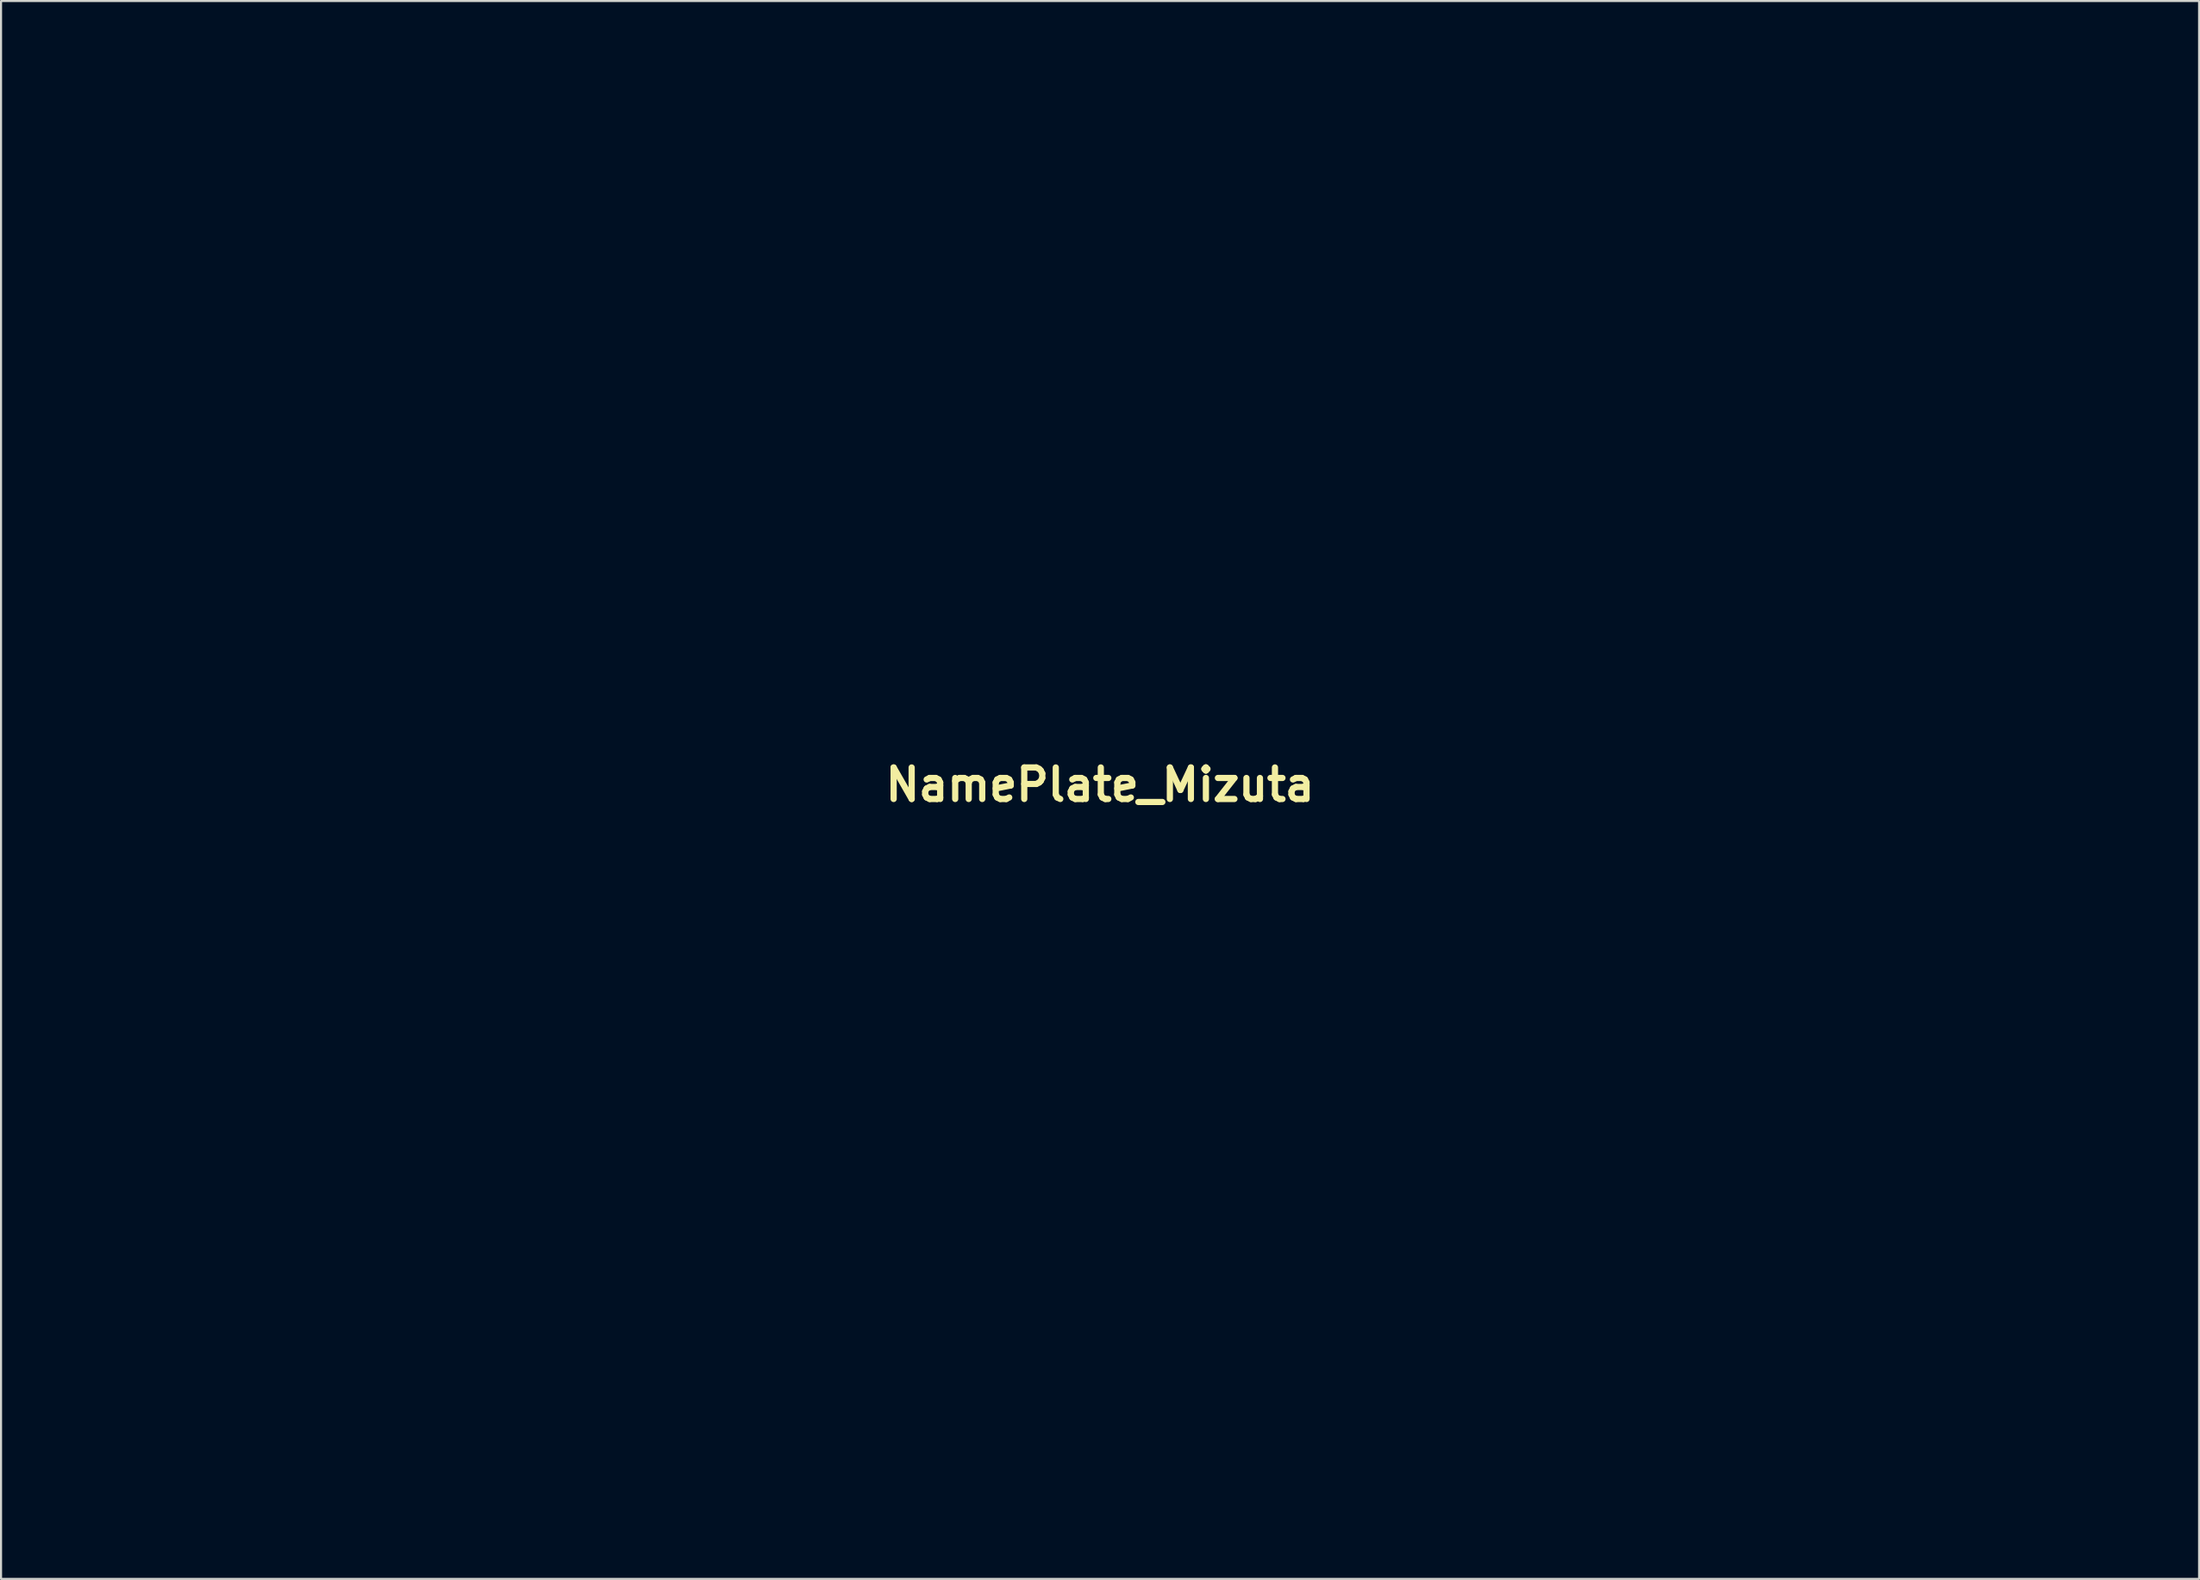
<source format=kicad_pcb>
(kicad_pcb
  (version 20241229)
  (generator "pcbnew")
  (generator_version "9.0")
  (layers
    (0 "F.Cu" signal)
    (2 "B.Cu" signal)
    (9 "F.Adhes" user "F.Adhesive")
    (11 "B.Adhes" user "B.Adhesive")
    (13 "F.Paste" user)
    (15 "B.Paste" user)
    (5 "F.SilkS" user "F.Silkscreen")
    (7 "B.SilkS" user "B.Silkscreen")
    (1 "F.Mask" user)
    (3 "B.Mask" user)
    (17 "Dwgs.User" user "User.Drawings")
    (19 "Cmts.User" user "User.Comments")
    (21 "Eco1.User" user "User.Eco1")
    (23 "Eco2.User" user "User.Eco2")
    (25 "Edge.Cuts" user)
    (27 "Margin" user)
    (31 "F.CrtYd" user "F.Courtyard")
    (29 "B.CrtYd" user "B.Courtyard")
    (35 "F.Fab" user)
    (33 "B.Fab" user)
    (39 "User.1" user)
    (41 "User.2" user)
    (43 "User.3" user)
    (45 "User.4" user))
  (footprint "NamePlate_Mizuta"
    (layer "F.Cu")
    (at 50.128 34.888)
    (property "Reference" "NamePlate_Mizuta" (at 0 0 0) (layer "F.SilkS") (effects (font (size 1.524 1.524) (thickness 0.3))))
    (attr through_hole)
    (fp_poly (pts (xy -3.048 8.975) (xy -4.064 8.975) (xy -4.064 3.725) (xy -3.048 3.725) (xy -3.048 8.975)) (stroke (width 0.01) (type solid)) (fill yes) (layer "F.Mask"))
    (fp_poly (pts (xy 10.16 8.975) (xy 9.144 8.975) (xy 9.144 3.725) (xy 10.16 3.725) (xy 10.16 8.975)) (stroke (width 0.01) (type solid)) (fill yes) (layer "F.Mask"))
    (fp_poly (pts (xy 28.285 25.743) (xy 28.433 25.933) (xy 28.346 26.077) (xy 28.125 26.153) (xy 27.958 26.015) (xy 27.859 25.761) (xy 28.004 25.652) (xy 28.285 25.743)) (stroke (width 0.01) (type solid)) (fill yes) (layer "F.Mask"))
    (fp_poly (pts (xy -25.114 25.445) (xy -24.972 25.692) (xy -25.078 25.813) (xy -25.349 25.758) (xy -25.485 25.674) (xy -25.678 25.47) (xy -25.579 25.321) (xy -25.299 25.32) (xy -25.114 25.445)) (stroke (width 0.01) (type solid)) (fill yes) (layer "F.Mask"))
    (fp_poly (pts (xy -24.966 26.403) (xy -25.098 26.828) (xy -25.136 26.905) (xy -25.419 27.324) (xy -25.663 27.422) (xy -25.802 27.298) (xy -25.773 27.082) (xy -25.598 26.714) (xy -25.534 26.61) (xy -25.236 26.256) (xy -25.029 26.2) (xy -24.966 26.403)) (stroke (width 0.01) (type solid)) (fill yes) (layer "F.Mask"))
    (fp_poly (pts (xy 8.55 25.846) (xy 8.693 25.979) (xy 8.64 26.231) (xy 8.372 26.658) (xy 8.251 26.823) (xy 8.019 27.024) (xy 7.893 26.955) (xy 7.87 26.671) (xy 8.008 26.309) (xy 8.233 25.991) (xy 8.475 25.838) (xy 8.55 25.846)) (stroke (width 0.01) (type solid)) (fill yes) (layer "F.Mask"))
    (fp_poly (pts (xy 10.173 25.888) (xy 10.477 26.173) (xy 10.721 26.522) (xy 10.836 26.764) (xy 10.837 26.778) (xy 10.736 26.929) (xy 10.495 26.874) (xy 10.21 26.65) (xy 10.079 26.483) (xy 9.899 26.077) (xy 9.951 25.863) (xy 10.173 25.888)) (stroke (width 0.01) (type solid)) (fill yes) (layer "F.Mask"))
    (fp_poly (pts (xy -49.847 -23.387) (xy -49.788 -23.012) (xy -49.784 -22.86) (xy -49.822 -22.436) (xy -49.915 -22.2) (xy -49.953 -22.183) (xy -50.059 -22.333) (xy -50.118 -22.708) (xy -50.123 -22.86) (xy -50.085 -23.284) (xy -49.991 -23.52) (xy -49.953 -23.537) (xy -49.847 -23.387)) (stroke (width 0.01) (type solid)) (fill yes) (layer "F.Mask"))
    (fp_poly (pts (xy -49.847 -21.016) (xy -49.788 -20.641) (xy -49.784 -20.489) (xy -49.822 -20.065) (xy -49.915 -19.829) (xy -49.953 -19.812) (xy -50.059 -19.962) (xy -50.118 -20.338) (xy -50.123 -20.489) (xy -50.085 -20.913) (xy -49.991 -21.149) (xy -49.953 -21.167) (xy -49.847 -21.016)) (stroke (width 0.01) (type solid)) (fill yes) (layer "F.Mask"))
    (fp_poly (pts (xy -49.847 -18.646) (xy -49.788 -18.27) (xy -49.784 -18.119) (xy -49.822 -17.695) (xy -49.915 -17.459) (xy -49.953 -17.441) (xy -50.059 -17.592) (xy -50.118 -17.967) (xy -50.123 -18.119) (xy -50.085 -18.543) (xy -49.991 -18.779) (xy -49.953 -18.796) (xy -49.847 -18.646)) (stroke (width 0.01) (type solid)) (fill yes) (layer "F.Mask"))
    (fp_poly (pts (xy -49.847 -16.275) (xy -49.788 -15.9) (xy -49.784 -15.748) (xy -49.822 -15.324) (xy -49.915 -15.088) (xy -49.953 -15.071) (xy -50.059 -15.221) (xy -50.118 -15.596) (xy -50.123 -15.748) (xy -50.085 -16.172) (xy -49.991 -16.408) (xy -49.953 -16.425) (xy -49.847 -16.275)) (stroke (width 0.01) (type solid)) (fill yes) (layer "F.Mask"))
    (fp_poly (pts (xy -49.847 -13.904) (xy -49.788 -13.529) (xy -49.784 -13.377) (xy -49.822 -12.953) (xy -49.915 -12.717) (xy -49.953 -12.7) (xy -50.059 -12.85) (xy -50.118 -13.226) (xy -50.123 -13.377) (xy -50.085 -13.801) (xy -49.991 -14.037) (xy -49.953 -14.055) (xy -49.847 -13.904)) (stroke (width 0.01) (type solid)) (fill yes) (layer "F.Mask"))
    (fp_poly (pts (xy -49.847 -11.534) (xy -49.788 -11.158) (xy -49.784 -11.007) (xy -49.822 -10.583) (xy -49.915 -10.347) (xy -49.953 -10.329) (xy -50.059 -10.48) (xy -50.118 -10.855) (xy -50.123 -11.007) (xy -50.085 -11.431) (xy -49.991 -11.667) (xy -49.953 -11.684) (xy -49.847 -11.534)) (stroke (width 0.01) (type solid)) (fill yes) (layer "F.Mask"))
    (fp_poly (pts (xy -49.847 -9.163) (xy -49.788 -8.788) (xy -49.784 -8.636) (xy -49.822 -8.212) (xy -49.915 -7.976) (xy -49.953 -7.959) (xy -50.059 -8.109) (xy -50.118 -8.484) (xy -50.123 -8.636) (xy -50.085 -9.06) (xy -49.991 -9.296) (xy -49.953 -9.313) (xy -49.847 -9.163)) (stroke (width 0.01) (type solid)) (fill yes) (layer "F.Mask"))
    (fp_poly (pts (xy -49.847 -6.792) (xy -49.788 -6.417) (xy -49.784 -6.265) (xy -49.822 -5.841) (xy -49.915 -5.605) (xy -49.953 -5.588) (xy -50.059 -5.738) (xy -50.118 -6.114) (xy -50.123 -6.265) (xy -50.085 -6.689) (xy -49.991 -6.925) (xy -49.953 -6.943) (xy -49.847 -6.792)) (stroke (width 0.01) (type solid)) (fill yes) (layer "F.Mask"))
    (fp_poly (pts (xy -49.847 -4.422) (xy -49.788 -4.046) (xy -49.784 -3.895) (xy -49.822 -3.471) (xy -49.915 -3.235) (xy -49.953 -3.217) (xy -50.059 -3.368) (xy -50.118 -3.743) (xy -50.123 -3.895) (xy -50.085 -4.319) (xy -49.991 -4.555) (xy -49.953 -4.572) (xy -49.847 -4.422)) (stroke (width 0.01) (type solid)) (fill yes) (layer "F.Mask"))
    (fp_poly (pts (xy -49.847 -2.051) (xy -49.788 -1.676) (xy -49.784 -1.524) (xy -49.822 -1.1) (xy -49.915 -0.864) (xy -49.953 -0.847) (xy -50.059 -0.997) (xy -50.118 -1.372) (xy -50.123 -1.524) (xy -50.085 -1.948) (xy -49.991 -2.184) (xy -49.953 -2.201) (xy -49.847 -2.051)) (stroke (width 0.01) (type solid)) (fill yes) (layer "F.Mask"))
    (fp_poly (pts (xy -49.847 0.32) (xy -49.788 0.695) (xy -49.784 0.847) (xy -49.822 1.271) (xy -49.915 1.507) (xy -49.953 1.524) (xy -50.059 1.374) (xy -50.118 0.998) (xy -50.123 0.847) (xy -50.085 0.423) (xy -49.991 0.187) (xy -49.953 0.169) (xy -49.847 0.32)) (stroke (width 0.01) (type solid)) (fill yes) (layer "F.Mask"))
    (fp_poly (pts (xy -49.847 2.69) (xy -49.788 3.066) (xy -49.784 3.217) (xy -49.822 3.641) (xy -49.915 3.877) (xy -49.953 3.895) (xy -50.059 3.744) (xy -50.118 3.369) (xy -50.123 3.217) (xy -50.085 2.793) (xy -49.991 2.557) (xy -49.953 2.54) (xy -49.847 2.69)) (stroke (width 0.01) (type solid)) (fill yes) (layer "F.Mask"))
    (fp_poly (pts (xy -49.847 5.061) (xy -49.788 5.436) (xy -49.784 5.588) (xy -49.822 6.012) (xy -49.915 6.248) (xy -49.953 6.265) (xy -50.059 6.115) (xy -50.118 5.74) (xy -50.123 5.588) (xy -50.085 5.164) (xy -49.991 4.928) (xy -49.953 4.911) (xy -49.847 5.061)) (stroke (width 0.01) (type solid)) (fill yes) (layer "F.Mask"))
    (fp_poly (pts (xy -49.847 7.432) (xy -49.788 7.807) (xy -49.784 7.959) (xy -49.822 8.383) (xy -49.915 8.619) (xy -49.953 8.636) (xy -50.059 8.486) (xy -50.118 8.11) (xy -50.123 7.959) (xy -50.085 7.535) (xy -49.991 7.299) (xy -49.953 7.281) (xy -49.847 7.432)) (stroke (width 0.01) (type solid)) (fill yes) (layer "F.Mask"))
    (fp_poly (pts (xy -49.847 9.802) (xy -49.788 10.178) (xy -49.784 10.329) (xy -49.822 10.753) (xy -49.915 10.989) (xy -49.953 11.007) (xy -50.059 10.856) (xy -50.118 10.481) (xy -50.123 10.329) (xy -50.085 9.905) (xy -49.991 9.669) (xy -49.953 9.652) (xy -49.847 9.802)) (stroke (width 0.01) (type solid)) (fill yes) (layer "F.Mask"))
    (fp_poly (pts (xy -49.847 12.173) (xy -49.788 12.548) (xy -49.784 12.7) (xy -49.822 13.124) (xy -49.915 13.36) (xy -49.953 13.377) (xy -50.059 13.227) (xy -50.118 12.852) (xy -50.123 12.7) (xy -50.085 12.276) (xy -49.991 12.04) (xy -49.953 12.023) (xy -49.847 12.173)) (stroke (width 0.01) (type solid)) (fill yes) (layer "F.Mask"))
    (fp_poly (pts (xy -49.847 14.544) (xy -49.788 14.919) (xy -49.784 15.071) (xy -49.822 15.495) (xy -49.915 15.731) (xy -49.953 15.748) (xy -50.059 15.598) (xy -50.118 15.222) (xy -50.123 15.071) (xy -50.085 14.647) (xy -49.991 14.411) (xy -49.953 14.393) (xy -49.847 14.544)) (stroke (width 0.01) (type solid)) (fill yes) (layer "F.Mask"))
    (fp_poly (pts (xy -49.847 16.914) (xy -49.788 17.29) (xy -49.784 17.441) (xy -49.822 17.865) (xy -49.915 18.101) (xy -49.953 18.119) (xy -50.059 17.968) (xy -50.118 17.593) (xy -50.123 17.441) (xy -50.085 17.017) (xy -49.991 16.781) (xy -49.953 16.764) (xy -49.847 16.914)) (stroke (width 0.01) (type solid)) (fill yes) (layer "F.Mask"))
    (fp_poly (pts (xy -49.847 19.285) (xy -49.788 19.66) (xy -49.784 19.812) (xy -49.822 20.236) (xy -49.915 20.472) (xy -49.953 20.489) (xy -50.059 20.339) (xy -50.118 19.964) (xy -50.123 19.812) (xy -50.085 19.388) (xy -49.991 19.152) (xy -49.953 19.135) (xy -49.847 19.285)) (stroke (width 0.01) (type solid)) (fill yes) (layer "F.Mask"))
    (fp_poly (pts (xy -49.847 21.656) (xy -49.788 22.031) (xy -49.784 22.183) (xy -49.822 22.607) (xy -49.915 22.843) (xy -49.953 22.86) (xy -50.059 22.71) (xy -50.118 22.334) (xy -50.123 22.183) (xy -50.085 21.759) (xy -49.991 21.523) (xy -49.953 21.505) (xy -49.847 21.656)) (stroke (width 0.01) (type solid)) (fill yes) (layer "F.Mask"))
    (fp_poly (pts (xy -49.847 24.026) (xy -49.788 24.402) (xy -49.784 24.553) (xy -49.822 24.977) (xy -49.915 25.213) (xy -49.953 25.231) (xy -50.059 25.08) (xy -50.118 24.705) (xy -50.123 24.553) (xy -50.085 24.129) (xy -49.991 23.893) (xy -49.953 23.876) (xy -49.847 24.026)) (stroke (width 0.01) (type solid)) (fill yes) (layer "F.Mask"))
    (fp_poly (pts (xy -49.847 26.397) (xy -49.788 26.772) (xy -49.784 26.924) (xy -49.822 27.348) (xy -49.915 27.584) (xy -49.953 27.601) (xy -50.059 27.451) (xy -50.118 27.076) (xy -50.123 26.924) (xy -50.085 26.5) (xy -49.991 26.264) (xy -49.953 26.247) (xy -49.847 26.397)) (stroke (width 0.01) (type solid)) (fill yes) (layer "F.Mask"))
    (fp_poly (pts (xy -49.847 28.768) (xy -49.788 29.143) (xy -49.784 29.295) (xy -49.822 29.719) (xy -49.915 29.955) (xy -49.953 29.972) (xy -50.059 29.822) (xy -50.118 29.446) (xy -50.123 29.295) (xy -50.085 28.871) (xy -49.991 28.635) (xy -49.953 28.617) (xy -49.847 28.768)) (stroke (width 0.01) (type solid)) (fill yes) (layer "F.Mask"))
    (fp_poly (pts (xy -49.847 31.138) (xy -49.788 31.514) (xy -49.784 31.665) (xy -49.822 32.089) (xy -49.915 32.325) (xy -49.953 32.343) (xy -50.059 32.192) (xy -50.118 31.817) (xy -50.123 31.665) (xy -50.085 31.241) (xy -49.991 31.005) (xy -49.953 30.988) (xy -49.847 31.138)) (stroke (width 0.01) (type solid)) (fill yes) (layer "F.Mask"))
    (fp_poly (pts (xy -49.847 33.509) (xy -49.788 33.884) (xy -49.784 34.036) (xy -49.822 34.46) (xy -49.915 34.696) (xy -49.953 34.713) (xy -50.059 34.563) (xy -50.118 34.188) (xy -50.123 34.036) (xy -50.085 33.612) (xy -49.991 33.376) (xy -49.953 33.359) (xy -49.847 33.509)) (stroke (width 0.01) (type solid)) (fill yes) (layer "F.Mask"))
    (fp_poly (pts (xy -48.344 35.09) (xy -48.108 35.183) (xy -48.091 35.221) (xy -48.241 35.327) (xy -48.616 35.386) (xy -48.768 35.391) (xy -49.192 35.353) (xy -49.428 35.259) (xy -49.445 35.221) (xy -49.295 35.115) (xy -48.92 35.056) (xy -48.768 35.052) (xy -48.344 35.09)) (stroke (width 0.01) (type solid)) (fill yes) (layer "F.Mask"))
    (fp_poly (pts (xy -45.973 35.09) (xy -45.737 35.183) (xy -45.72 35.221) (xy -45.87 35.327) (xy -46.246 35.386) (xy -46.397 35.391) (xy -46.821 35.353) (xy -47.057 35.259) (xy -47.075 35.221) (xy -46.924 35.115) (xy -46.549 35.056) (xy -46.397 35.052) (xy -45.973 35.09)) (stroke (width 0.01) (type solid)) (fill yes) (layer "F.Mask"))
    (fp_poly (pts (xy -43.603 35.09) (xy -43.367 35.183) (xy -43.349 35.221) (xy -43.5 35.327) (xy -43.875 35.386) (xy -44.027 35.391) (xy -44.451 35.353) (xy -44.687 35.259) (xy -44.704 35.221) (xy -44.554 35.115) (xy -44.178 35.056) (xy -44.027 35.052) (xy -43.603 35.09)) (stroke (width 0.01) (type solid)) (fill yes) (layer "F.Mask"))
    (fp_poly (pts (xy -41.232 35.09) (xy -40.996 35.183) (xy -40.979 35.221) (xy -41.129 35.327) (xy -41.504 35.386) (xy -41.656 35.391) (xy -42.08 35.353) (xy -42.316 35.259) (xy -42.333 35.221) (xy -42.183 35.115) (xy -41.808 35.056) (xy -41.656 35.052) (xy -41.232 35.09)) (stroke (width 0.01) (type solid)) (fill yes) (layer "F.Mask"))
    (fp_poly (pts (xy -38.861 35.09) (xy -38.625 35.183) (xy -38.608 35.221) (xy -38.758 35.327) (xy -39.134 35.386) (xy -39.285 35.391) (xy -39.709 35.353) (xy -39.945 35.259) (xy -39.963 35.221) (xy -39.812 35.115) (xy -39.437 35.056) (xy -39.285 35.052) (xy -38.861 35.09)) (stroke (width 0.01) (type solid)) (fill yes) (layer "F.Mask"))
    (fp_poly (pts (xy -36.491 35.09) (xy -36.255 35.183) (xy -36.237 35.221) (xy -36.388 35.327) (xy -36.763 35.386) (xy -36.915 35.391) (xy -37.339 35.353) (xy -37.575 35.259) (xy -37.592 35.221) (xy -37.442 35.115) (xy -37.066 35.056) (xy -36.915 35.052) (xy -36.491 35.09)) (stroke (width 0.01) (type solid)) (fill yes) (layer "F.Mask"))
    (fp_poly (pts (xy -34.12 35.09) (xy -33.884 35.183) (xy -33.867 35.221) (xy -34.017 35.327) (xy -34.392 35.386) (xy -34.544 35.391) (xy -34.968 35.353) (xy -35.204 35.259) (xy -35.221 35.221) (xy -35.071 35.115) (xy -34.696 35.056) (xy -34.544 35.052) (xy -34.12 35.09)) (stroke (width 0.01) (type solid)) (fill yes) (layer "F.Mask"))
    (fp_poly (pts (xy -31.749 35.09) (xy -31.513 35.183) (xy -31.496 35.221) (xy -31.646 35.327) (xy -32.022 35.386) (xy -32.173 35.391) (xy -32.597 35.353) (xy -32.833 35.259) (xy -32.851 35.221) (xy -32.7 35.115) (xy -32.325 35.056) (xy -32.173 35.052) (xy -31.749 35.09)) (stroke (width 0.01) (type solid)) (fill yes) (layer "F.Mask"))
    (fp_poly (pts (xy -29.379 35.09) (xy -29.143 35.183) (xy -29.125 35.221) (xy -29.276 35.327) (xy -29.651 35.386) (xy -29.803 35.391) (xy -30.227 35.353) (xy -30.463 35.259) (xy -30.48 35.221) (xy -30.33 35.115) (xy -29.954 35.056) (xy -29.803 35.052) (xy -29.379 35.09)) (stroke (width 0.01) (type solid)) (fill yes) (layer "F.Mask"))
    (fp_poly (pts (xy -27.008 35.09) (xy -26.772 35.183) (xy -26.755 35.221) (xy -26.905 35.327) (xy -27.28 35.386) (xy -27.432 35.391) (xy -27.856 35.353) (xy -28.092 35.259) (xy -28.109 35.221) (xy -27.959 35.115) (xy -27.584 35.056) (xy -27.432 35.052) (xy -27.008 35.09)) (stroke (width 0.01) (type solid)) (fill yes) (layer "F.Mask"))
    (fp_poly (pts (xy -24.637 35.09) (xy -24.401 35.183) (xy -24.384 35.221) (xy -24.534 35.327) (xy -24.91 35.386) (xy -25.061 35.391) (xy -25.485 35.353) (xy -25.721 35.259) (xy -25.739 35.221) (xy -25.588 35.115) (xy -25.213 35.056) (xy -25.061 35.052) (xy -24.637 35.09)) (stroke (width 0.01) (type solid)) (fill yes) (layer "F.Mask"))
    (fp_poly (pts (xy -22.267 35.09) (xy -22.031 35.183) (xy -22.013 35.221) (xy -22.164 35.327) (xy -22.539 35.386) (xy -22.691 35.391) (xy -23.115 35.353) (xy -23.351 35.259) (xy -23.368 35.221) (xy -23.218 35.115) (xy -22.842 35.056) (xy -22.691 35.052) (xy -22.267 35.09)) (stroke (width 0.01) (type solid)) (fill yes) (layer "F.Mask"))
    (fp_poly (pts (xy -19.896 35.09) (xy -19.66 35.183) (xy -19.643 35.221) (xy -19.793 35.327) (xy -20.168 35.386) (xy -20.32 35.391) (xy -20.744 35.353) (xy -20.98 35.259) (xy -20.997 35.221) (xy -20.847 35.115) (xy -20.472 35.056) (xy -20.32 35.052) (xy -19.896 35.09)) (stroke (width 0.01) (type solid)) (fill yes) (layer "F.Mask"))
    (fp_poly (pts (xy -17.525 35.09) (xy -17.289 35.183) (xy -17.272 35.221) (xy -17.422 35.327) (xy -17.798 35.386) (xy -17.949 35.391) (xy -18.373 35.353) (xy -18.609 35.259) (xy -18.627 35.221) (xy -18.476 35.115) (xy -18.101 35.056) (xy -17.949 35.052) (xy -17.525 35.09)) (stroke (width 0.01) (type solid)) (fill yes) (layer "F.Mask"))
    (fp_poly (pts (xy -15.155 35.09) (xy -14.919 35.183) (xy -14.901 35.221) (xy -15.052 35.327) (xy -15.427 35.386) (xy -15.579 35.391) (xy -16.003 35.353) (xy -16.239 35.259) (xy -16.256 35.221) (xy -16.106 35.115) (xy -15.73 35.056) (xy -15.579 35.052) (xy -15.155 35.09)) (stroke (width 0.01) (type solid)) (fill yes) (layer "F.Mask"))
    (fp_poly (pts (xy -13.292 -34.845) (xy -13.056 -34.751) (xy -13.039 -34.713) (xy -13.189 -34.607) (xy -13.564 -34.548) (xy -13.716 -34.544) (xy -14.14 -34.582) (xy -14.376 -34.675) (xy -14.393 -34.713) (xy -14.243 -34.819) (xy -13.868 -34.878) (xy -13.716 -34.883) (xy -13.292 -34.845)) (stroke (width 0.01) (type solid)) (fill yes) (layer "F.Mask"))
    (fp_poly (pts (xy -12.784 35.09) (xy -12.548 35.183) (xy -12.531 35.221) (xy -12.681 35.327) (xy -13.056 35.386) (xy -13.208 35.391) (xy -13.632 35.353) (xy -13.868 35.259) (xy -13.885 35.221) (xy -13.735 35.115) (xy -13.36 35.056) (xy -13.208 35.052) (xy -12.784 35.09)) (stroke (width 0.01) (type solid)) (fill yes) (layer "F.Mask"))
    (fp_poly (pts (xy -10.921 -34.845) (xy -10.685 -34.751) (xy -10.668 -34.713) (xy -10.818 -34.607) (xy -11.194 -34.548) (xy -11.345 -34.544) (xy -11.769 -34.582) (xy -12.005 -34.675) (xy -12.023 -34.713) (xy -11.872 -34.819) (xy -11.497 -34.878) (xy -11.345 -34.883) (xy -10.921 -34.845)) (stroke (width 0.01) (type solid)) (fill yes) (layer "F.Mask"))
    (fp_poly (pts (xy -10.413 35.09) (xy -10.177 35.183) (xy -10.16 35.221) (xy -10.31 35.327) (xy -10.686 35.386) (xy -10.837 35.391) (xy -11.261 35.353) (xy -11.497 35.259) (xy -11.515 35.221) (xy -11.364 35.115) (xy -10.989 35.056) (xy -10.837 35.052) (xy -10.413 35.09)) (stroke (width 0.01) (type solid)) (fill yes) (layer "F.Mask"))
    (fp_poly (pts (xy -8.551 -34.845) (xy -8.315 -34.751) (xy -8.297 -34.713) (xy -8.448 -34.607) (xy -8.823 -34.548) (xy -8.975 -34.544) (xy -9.399 -34.582) (xy -9.635 -34.675) (xy -9.652 -34.713) (xy -9.502 -34.819) (xy -9.126 -34.878) (xy -8.975 -34.883) (xy -8.551 -34.845)) (stroke (width 0.01) (type solid)) (fill yes) (layer "F.Mask"))
    (fp_poly (pts (xy -8.043 35.09) (xy -7.807 35.183) (xy -7.789 35.221) (xy -7.94 35.327) (xy -8.315 35.386) (xy -8.467 35.391) (xy -8.891 35.353) (xy -9.127 35.259) (xy -9.144 35.221) (xy -8.994 35.115) (xy -8.618 35.056) (xy -8.467 35.052) (xy -8.043 35.09)) (stroke (width 0.01) (type solid)) (fill yes) (layer "F.Mask"))
    (fp_poly (pts (xy -6.18 -34.845) (xy -5.944 -34.751) (xy -5.927 -34.713) (xy -6.077 -34.607) (xy -6.452 -34.548) (xy -6.604 -34.544) (xy -7.028 -34.582) (xy -7.264 -34.675) (xy -7.281 -34.713) (xy -7.131 -34.819) (xy -6.756 -34.878) (xy -6.604 -34.883) (xy -6.18 -34.845)) (stroke (width 0.01) (type solid)) (fill yes) (layer "F.Mask"))
    (fp_poly (pts (xy -5.672 35.09) (xy -5.436 35.183) (xy -5.419 35.221) (xy -5.569 35.327) (xy -5.944 35.386) (xy -6.096 35.391) (xy -6.52 35.353) (xy -6.756 35.259) (xy -6.773 35.221) (xy -6.623 35.115) (xy -6.248 35.056) (xy -6.096 35.052) (xy -5.672 35.09)) (stroke (width 0.01) (type solid)) (fill yes) (layer "F.Mask"))
    (fp_poly (pts (xy -3.809 -34.845) (xy -3.573 -34.751) (xy -3.556 -34.713) (xy -3.706 -34.607) (xy -4.082 -34.548) (xy -4.233 -34.544) (xy -4.657 -34.582) (xy -4.893 -34.675) (xy -4.911 -34.713) (xy -4.76 -34.819) (xy -4.385 -34.878) (xy -4.233 -34.883) (xy -3.809 -34.845)) (stroke (width 0.01) (type solid)) (fill yes) (layer "F.Mask"))
    (fp_poly (pts (xy -3.301 35.09) (xy -3.065 35.183) (xy -3.048 35.221) (xy -3.198 35.327) (xy -3.574 35.386) (xy -3.725 35.391) (xy -4.149 35.353) (xy -4.385 35.259) (xy -4.403 35.221) (xy -4.252 35.115) (xy -3.877 35.056) (xy -3.725 35.052) (xy -3.301 35.09)) (stroke (width 0.01) (type solid)) (fill yes) (layer "F.Mask"))
    (fp_poly (pts (xy -3.196 1.905) (xy -3.064 2.103) (xy -3.048 2.371) (xy -3.09 2.73) (xy -3.288 2.863) (xy -3.556 2.879) (xy -3.916 2.837) (xy -4.048 2.639) (xy -4.064 2.371) (xy -4.022 2.011) (xy -3.824 1.878) (xy -3.556 1.863) (xy -3.196 1.905)) (stroke (width 0.01) (type solid)) (fill yes) (layer "F.Mask"))
    (fp_poly (pts (xy -1.439 -34.845) (xy -1.203 -34.751) (xy -1.185 -34.713) (xy -1.336 -34.607) (xy -1.711 -34.548) (xy -1.863 -34.544) (xy -2.287 -34.582) (xy -2.523 -34.675) (xy -2.54 -34.713) (xy -2.39 -34.819) (xy -2.014 -34.878) (xy -1.863 -34.883) (xy -1.439 -34.845)) (stroke (width 0.01) (type solid)) (fill yes) (layer "F.Mask"))
    (fp_poly (pts (xy -0.931 35.09) (xy -0.695 35.183) (xy -0.677 35.221) (xy -0.828 35.327) (xy -1.203 35.386) (xy -1.355 35.391) (xy -1.779 35.353) (xy -2.015 35.259) (xy -2.032 35.221) (xy -1.882 35.115) (xy -1.506 35.056) (xy -1.355 35.052) (xy -0.931 35.09)) (stroke (width 0.01) (type solid)) (fill yes) (layer "F.Mask"))
    (fp_poly (pts (xy 0.932 -34.845) (xy 1.168 -34.751) (xy 1.185 -34.713) (xy 1.035 -34.607) (xy 0.66 -34.548) (xy 0.508 -34.544) (xy 0.084 -34.582) (xy -0.152 -34.675) (xy -0.169 -34.713) (xy -0.019 -34.819) (xy 0.356 -34.878) (xy 0.508 -34.883) (xy 0.932 -34.845)) (stroke (width 0.01) (type solid)) (fill yes) (layer "F.Mask"))
    (fp_poly (pts (xy 1.44 35.09) (xy 1.676 35.183) (xy 1.693 35.221) (xy 1.543 35.327) (xy 1.168 35.386) (xy 1.016 35.391) (xy 0.592 35.353) (xy 0.356 35.259) (xy 0.339 35.221) (xy 0.489 35.115) (xy 0.864 35.056) (xy 1.016 35.052) (xy 1.44 35.09)) (stroke (width 0.01) (type solid)) (fill yes) (layer "F.Mask"))
    (fp_poly (pts (xy 3.303 -34.845) (xy 3.539 -34.751) (xy 3.556 -34.713) (xy 3.406 -34.607) (xy 3.03 -34.548) (xy 2.879 -34.544) (xy 2.455 -34.582) (xy 2.219 -34.675) (xy 2.201 -34.713) (xy 2.352 -34.819) (xy 2.727 -34.878) (xy 2.879 -34.883) (xy 3.303 -34.845)) (stroke (width 0.01) (type solid)) (fill yes) (layer "F.Mask"))
    (fp_poly (pts (xy 3.811 35.09) (xy 4.047 35.183) (xy 4.064 35.221) (xy 3.914 35.327) (xy 3.538 35.386) (xy 3.387 35.391) (xy 2.963 35.353) (xy 2.727 35.259) (xy 2.709 35.221) (xy 2.86 35.115) (xy 3.235 35.056) (xy 3.387 35.052) (xy 3.811 35.09)) (stroke (width 0.01) (type solid)) (fill yes) (layer "F.Mask"))
    (fp_poly (pts (xy 5.673 -34.845) (xy 5.909 -34.751) (xy 5.927 -34.713) (xy 5.776 -34.607) (xy 5.401 -34.548) (xy 5.249 -34.544) (xy 4.825 -34.582) (xy 4.589 -34.675) (xy 4.572 -34.713) (xy 4.722 -34.819) (xy 5.098 -34.878) (xy 5.249 -34.883) (xy 5.673 -34.845)) (stroke (width 0.01) (type solid)) (fill yes) (layer "F.Mask"))
    (fp_poly (pts (xy 6.181 35.09) (xy 6.417 35.183) (xy 6.435 35.221) (xy 6.284 35.327) (xy 5.909 35.386) (xy 5.757 35.391) (xy 5.333 35.353) (xy 5.097 35.259) (xy 5.08 35.221) (xy 5.23 35.115) (xy 5.606 35.056) (xy 5.757 35.052) (xy 6.181 35.09)) (stroke (width 0.01) (type solid)) (fill yes) (layer "F.Mask"))
    (fp_poly (pts (xy 8.044 -34.845) (xy 8.28 -34.751) (xy 8.297 -34.713) (xy 8.147 -34.607) (xy 7.772 -34.548) (xy 7.62 -34.544) (xy 7.196 -34.582) (xy 6.96 -34.675) (xy 6.943 -34.713) (xy 7.093 -34.819) (xy 7.468 -34.878) (xy 7.62 -34.883) (xy 8.044 -34.845)) (stroke (width 0.01) (type solid)) (fill yes) (layer "F.Mask"))
    (fp_poly (pts (xy 8.552 35.09) (xy 8.788 35.183) (xy 8.805 35.221) (xy 8.655 35.327) (xy 8.28 35.386) (xy 8.128 35.391) (xy 7.704 35.353) (xy 7.468 35.259) (xy 7.451 35.221) (xy 7.601 35.115) (xy 7.976 35.056) (xy 8.128 35.052) (xy 8.552 35.09)) (stroke (width 0.01) (type solid)) (fill yes) (layer "F.Mask"))
    (fp_poly (pts (xy 10.012 1.905) (xy 10.144 2.103) (xy 10.16 2.371) (xy 10.118 2.73) (xy 9.92 2.863) (xy 9.652 2.879) (xy 9.292 2.837) (xy 9.16 2.639) (xy 9.144 2.371) (xy 9.186 2.011) (xy 9.384 1.878) (xy 9.652 1.863) (xy 10.012 1.905)) (stroke (width 0.01) (type solid)) (fill yes) (layer "F.Mask"))
    (fp_poly (pts (xy 10.415 -34.845) (xy 10.651 -34.751) (xy 10.668 -34.713) (xy 10.518 -34.607) (xy 10.142 -34.548) (xy 9.991 -34.544) (xy 9.567 -34.582) (xy 9.331 -34.675) (xy 9.313 -34.713) (xy 9.464 -34.819) (xy 9.839 -34.878) (xy 9.991 -34.883) (xy 10.415 -34.845)) (stroke (width 0.01) (type solid)) (fill yes) (layer "F.Mask"))
    (fp_poly (pts (xy 10.923 35.09) (xy 11.159 35.183) (xy 11.176 35.221) (xy 11.026 35.327) (xy 10.65 35.386) (xy 10.499 35.391) (xy 10.075 35.353) (xy 9.839 35.259) (xy 9.821 35.221) (xy 9.972 35.115) (xy 10.347 35.056) (xy 10.499 35.052) (xy 10.923 35.09)) (stroke (width 0.01) (type solid)) (fill yes) (layer "F.Mask"))
    (fp_poly (pts (xy 12.785 -34.845) (xy 13.021 -34.751) (xy 13.039 -34.713) (xy 12.888 -34.607) (xy 12.513 -34.548) (xy 12.361 -34.544) (xy 11.937 -34.582) (xy 11.701 -34.675) (xy 11.684 -34.713) (xy 11.834 -34.819) (xy 12.21 -34.878) (xy 12.361 -34.883) (xy 12.785 -34.845)) (stroke (width 0.01) (type solid)) (fill yes) (layer "F.Mask"))
    (fp_poly (pts (xy 13.293 35.09) (xy 13.529 35.183) (xy 13.547 35.221) (xy 13.396 35.327) (xy 13.021 35.386) (xy 12.869 35.391) (xy 12.445 35.353) (xy 12.209 35.259) (xy 12.192 35.221) (xy 12.342 35.115) (xy 12.718 35.056) (xy 12.869 35.052) (xy 13.293 35.09)) (stroke (width 0.01) (type solid)) (fill yes) (layer "F.Mask"))
    (fp_poly (pts (xy 15.156 -34.845) (xy 15.392 -34.751) (xy 15.409 -34.713) (xy 15.259 -34.607) (xy 14.884 -34.548) (xy 14.732 -34.544) (xy 14.308 -34.582) (xy 14.072 -34.675) (xy 14.055 -34.713) (xy 14.205 -34.819) (xy 14.58 -34.878) (xy 14.732 -34.883) (xy 15.156 -34.845)) (stroke (width 0.01) (type solid)) (fill yes) (layer "F.Mask"))
    (fp_poly (pts (xy 15.664 35.09) (xy 15.9 35.183) (xy 15.917 35.221) (xy 15.767 35.327) (xy 15.392 35.386) (xy 15.24 35.391) (xy 14.816 35.353) (xy 14.58 35.259) (xy 14.563 35.221) (xy 14.713 35.115) (xy 15.088 35.056) (xy 15.24 35.052) (xy 15.664 35.09)) (stroke (width 0.01) (type solid)) (fill yes) (layer "F.Mask"))
    (fp_poly (pts (xy 17.527 -34.845) (xy 17.763 -34.751) (xy 17.78 -34.713) (xy 17.63 -34.607) (xy 17.254 -34.548) (xy 17.103 -34.544) (xy 16.679 -34.582) (xy 16.443 -34.675) (xy 16.425 -34.713) (xy 16.576 -34.819) (xy 16.951 -34.878) (xy 17.103 -34.883) (xy 17.527 -34.845)) (stroke (width 0.01) (type solid)) (fill yes) (layer "F.Mask"))
    (fp_poly (pts (xy 18.035 35.09) (xy 18.271 35.183) (xy 18.288 35.221) (xy 18.138 35.327) (xy 17.762 35.386) (xy 17.611 35.391) (xy 17.187 35.353) (xy 16.951 35.259) (xy 16.933 35.221) (xy 17.084 35.115) (xy 17.459 35.056) (xy 17.611 35.052) (xy 18.035 35.09)) (stroke (width 0.01) (type solid)) (fill yes) (layer "F.Mask"))
    (fp_poly (pts (xy 19.897 -34.845) (xy 20.133 -34.751) (xy 20.151 -34.713) (xy 20 -34.607) (xy 19.625 -34.548) (xy 19.473 -34.544) (xy 19.049 -34.582) (xy 18.813 -34.675) (xy 18.796 -34.713) (xy 18.946 -34.819) (xy 19.322 -34.878) (xy 19.473 -34.883) (xy 19.897 -34.845)) (stroke (width 0.01) (type solid)) (fill yes) (layer "F.Mask"))
    (fp_poly (pts (xy 20.405 35.09) (xy 20.641 35.183) (xy 20.659 35.221) (xy 20.508 35.327) (xy 20.133 35.386) (xy 19.981 35.391) (xy 19.557 35.353) (xy 19.321 35.259) (xy 19.304 35.221) (xy 19.454 35.115) (xy 19.83 35.056) (xy 19.981 35.052) (xy 20.405 35.09)) (stroke (width 0.01) (type solid)) (fill yes) (layer "F.Mask"))
    (fp_poly (pts (xy 22.268 -34.845) (xy 22.504 -34.751) (xy 22.521 -34.713) (xy 22.371 -34.607) (xy 21.996 -34.548) (xy 21.844 -34.544) (xy 21.42 -34.582) (xy 21.184 -34.675) (xy 21.167 -34.713) (xy 21.317 -34.819) (xy 21.692 -34.878) (xy 21.844 -34.883) (xy 22.268 -34.845)) (stroke (width 0.01) (type solid)) (fill yes) (layer "F.Mask"))
    (fp_poly (pts (xy 22.776 35.09) (xy 23.012 35.183) (xy 23.029 35.221) (xy 22.879 35.327) (xy 22.504 35.386) (xy 22.352 35.391) (xy 21.928 35.353) (xy 21.692 35.259) (xy 21.675 35.221) (xy 21.825 35.115) (xy 22.2 35.056) (xy 22.352 35.052) (xy 22.776 35.09)) (stroke (width 0.01) (type solid)) (fill yes) (layer "F.Mask"))
    (fp_poly (pts (xy 24.639 -34.845) (xy 24.875 -34.751) (xy 24.892 -34.713) (xy 24.742 -34.607) (xy 24.366 -34.548) (xy 24.215 -34.544) (xy 23.791 -34.582) (xy 23.555 -34.675) (xy 23.537 -34.713) (xy 23.688 -34.819) (xy 24.063 -34.878) (xy 24.215 -34.883) (xy 24.639 -34.845)) (stroke (width 0.01) (type solid)) (fill yes) (layer "F.Mask"))
    (fp_poly (pts (xy 25.147 35.09) (xy 25.383 35.183) (xy 25.4 35.221) (xy 25.25 35.327) (xy 24.874 35.386) (xy 24.723 35.391) (xy 24.299 35.353) (xy 24.063 35.259) (xy 24.045 35.221) (xy 24.196 35.115) (xy 24.571 35.056) (xy 24.723 35.052) (xy 25.147 35.09)) (stroke (width 0.01) (type solid)) (fill yes) (layer "F.Mask"))
    (fp_poly (pts (xy 27.009 -34.845) (xy 27.245 -34.751) (xy 27.263 -34.713) (xy 27.112 -34.607) (xy 26.737 -34.548) (xy 26.585 -34.544) (xy 26.161 -34.582) (xy 25.925 -34.675) (xy 25.908 -34.713) (xy 26.058 -34.819) (xy 26.434 -34.878) (xy 26.585 -34.883) (xy 27.009 -34.845)) (stroke (width 0.01) (type solid)) (fill yes) (layer "F.Mask"))
    (fp_poly (pts (xy 27.517 35.09) (xy 27.753 35.183) (xy 27.771 35.221) (xy 27.62 35.327) (xy 27.245 35.386) (xy 27.093 35.391) (xy 26.669 35.353) (xy 26.433 35.259) (xy 26.416 35.221) (xy 26.566 35.115) (xy 26.942 35.056) (xy 27.093 35.052) (xy 27.517 35.09)) (stroke (width 0.01) (type solid)) (fill yes) (layer "F.Mask"))
    (fp_poly (pts (xy 29.38 -34.845) (xy 29.616 -34.751) (xy 29.633 -34.713) (xy 29.483 -34.607) (xy 29.108 -34.548) (xy 28.956 -34.544) (xy 28.532 -34.582) (xy 28.296 -34.675) (xy 28.279 -34.713) (xy 28.429 -34.819) (xy 28.804 -34.878) (xy 28.956 -34.883) (xy 29.38 -34.845)) (stroke (width 0.01) (type solid)) (fill yes) (layer "F.Mask"))
    (fp_poly (pts (xy 29.888 35.09) (xy 30.124 35.183) (xy 30.141 35.221) (xy 29.991 35.327) (xy 29.616 35.386) (xy 29.464 35.391) (xy 29.04 35.353) (xy 28.804 35.259) (xy 28.787 35.221) (xy 28.937 35.115) (xy 29.312 35.056) (xy 29.464 35.052) (xy 29.888 35.09)) (stroke (width 0.01) (type solid)) (fill yes) (layer "F.Mask"))
    (fp_poly (pts (xy 31.751 -34.845) (xy 31.987 -34.751) (xy 32.004 -34.713) (xy 31.854 -34.607) (xy 31.478 -34.548) (xy 31.327 -34.544) (xy 30.903 -34.582) (xy 30.667 -34.675) (xy 30.649 -34.713) (xy 30.8 -34.819) (xy 31.175 -34.878) (xy 31.327 -34.883) (xy 31.751 -34.845)) (stroke (width 0.01) (type solid)) (fill yes) (layer "F.Mask"))
    (fp_poly (pts (xy 32.259 35.09) (xy 32.495 35.183) (xy 32.512 35.221) (xy 32.362 35.327) (xy 31.986 35.386) (xy 31.835 35.391) (xy 31.411 35.353) (xy 31.175 35.259) (xy 31.157 35.221) (xy 31.308 35.115) (xy 31.683 35.056) (xy 31.835 35.052) (xy 32.259 35.09)) (stroke (width 0.01) (type solid)) (fill yes) (layer "F.Mask"))
    (fp_poly (pts (xy 34.121 -34.845) (xy 34.357 -34.751) (xy 34.375 -34.713) (xy 34.224 -34.607) (xy 33.849 -34.548) (xy 33.697 -34.544) (xy 33.273 -34.582) (xy 33.037 -34.675) (xy 33.02 -34.713) (xy 33.17 -34.819) (xy 33.546 -34.878) (xy 33.697 -34.883) (xy 34.121 -34.845)) (stroke (width 0.01) (type solid)) (fill yes) (layer "F.Mask"))
    (fp_poly (pts (xy 34.629 35.09) (xy 34.865 35.183) (xy 34.883 35.221) (xy 34.732 35.327) (xy 34.357 35.386) (xy 34.205 35.391) (xy 33.781 35.353) (xy 33.545 35.259) (xy 33.528 35.221) (xy 33.678 35.115) (xy 34.054 35.056) (xy 34.205 35.052) (xy 34.629 35.09)) (stroke (width 0.01) (type solid)) (fill yes) (layer "F.Mask"))
    (fp_poly (pts (xy 36.492 -34.845) (xy 36.728 -34.751) (xy 36.745 -34.713) (xy 36.595 -34.607) (xy 36.22 -34.548) (xy 36.068 -34.544) (xy 35.644 -34.582) (xy 35.408 -34.675) (xy 35.391 -34.713) (xy 35.541 -34.819) (xy 35.916 -34.878) (xy 36.068 -34.883) (xy 36.492 -34.845)) (stroke (width 0.01) (type solid)) (fill yes) (layer "F.Mask"))
    (fp_poly (pts (xy 37 35.09) (xy 37.236 35.183) (xy 37.253 35.221) (xy 37.103 35.327) (xy 36.728 35.386) (xy 36.576 35.391) (xy 36.152 35.353) (xy 35.916 35.259) (xy 35.899 35.221) (xy 36.049 35.115) (xy 36.424 35.056) (xy 36.576 35.052) (xy 37 35.09)) (stroke (width 0.01) (type solid)) (fill yes) (layer "F.Mask"))
    (fp_poly (pts (xy 38.863 -34.845) (xy 39.099 -34.751) (xy 39.116 -34.713) (xy 38.966 -34.607) (xy 38.59 -34.548) (xy 38.439 -34.544) (xy 38.015 -34.582) (xy 37.779 -34.675) (xy 37.761 -34.713) (xy 37.912 -34.819) (xy 38.287 -34.878) (xy 38.439 -34.883) (xy 38.863 -34.845)) (stroke (width 0.01) (type solid)) (fill yes) (layer "F.Mask"))
    (fp_poly (pts (xy 39.371 35.09) (xy 39.607 35.183) (xy 39.624 35.221) (xy 39.474 35.327) (xy 39.098 35.386) (xy 38.947 35.391) (xy 38.523 35.353) (xy 38.287 35.259) (xy 38.269 35.221) (xy 38.42 35.115) (xy 38.795 35.056) (xy 38.947 35.052) (xy 39.371 35.09)) (stroke (width 0.01) (type solid)) (fill yes) (layer "F.Mask"))
    (fp_poly (pts (xy 41.233 -34.845) (xy 41.469 -34.751) (xy 41.487 -34.713) (xy 41.336 -34.607) (xy 40.961 -34.548) (xy 40.809 -34.544) (xy 40.385 -34.582) (xy 40.149 -34.675) (xy 40.132 -34.713) (xy 40.282 -34.819) (xy 40.658 -34.878) (xy 40.809 -34.883) (xy 41.233 -34.845)) (stroke (width 0.01) (type solid)) (fill yes) (layer "F.Mask"))
    (fp_poly (pts (xy 41.741 35.09) (xy 41.977 35.183) (xy 41.995 35.221) (xy 41.844 35.327) (xy 41.469 35.386) (xy 41.317 35.391) (xy 40.893 35.353) (xy 40.657 35.259) (xy 40.64 35.221) (xy 40.79 35.115) (xy 41.166 35.056) (xy 41.317 35.052) (xy 41.741 35.09)) (stroke (width 0.01) (type solid)) (fill yes) (layer "F.Mask"))
    (fp_poly (pts (xy 43.604 -34.845) (xy 43.84 -34.751) (xy 43.857 -34.713) (xy 43.707 -34.607) (xy 43.332 -34.548) (xy 43.18 -34.544) (xy 42.756 -34.582) (xy 42.52 -34.675) (xy 42.503 -34.713) (xy 42.653 -34.819) (xy 43.028 -34.878) (xy 43.18 -34.883) (xy 43.604 -34.845)) (stroke (width 0.01) (type solid)) (fill yes) (layer "F.Mask"))
    (fp_poly (pts (xy 44.112 35.09) (xy 44.348 35.183) (xy 44.365 35.221) (xy 44.215 35.327) (xy 43.84 35.386) (xy 43.688 35.391) (xy 43.264 35.353) (xy 43.028 35.259) (xy 43.011 35.221) (xy 43.161 35.115) (xy 43.536 35.056) (xy 43.688 35.052) (xy 44.112 35.09)) (stroke (width 0.01) (type solid)) (fill yes) (layer "F.Mask"))
    (fp_poly (pts (xy 45.975 -34.845) (xy 46.211 -34.751) (xy 46.228 -34.713) (xy 46.078 -34.607) (xy 45.702 -34.548) (xy 45.551 -34.544) (xy 45.127 -34.582) (xy 44.891 -34.675) (xy 44.873 -34.713) (xy 45.024 -34.819) (xy 45.399 -34.878) (xy 45.551 -34.883) (xy 45.975 -34.845)) (stroke (width 0.01) (type solid)) (fill yes) (layer "F.Mask"))
    (fp_poly (pts (xy 46.483 35.09) (xy 46.719 35.183) (xy 46.736 35.221) (xy 46.586 35.327) (xy 46.21 35.386) (xy 46.059 35.391) (xy 45.635 35.353) (xy 45.399 35.259) (xy 45.381 35.221) (xy 45.532 35.115) (xy 45.907 35.056) (xy 46.059 35.052) (xy 46.483 35.09)) (stroke (width 0.01) (type solid)) (fill yes) (layer "F.Mask"))
    (fp_poly (pts (xy 48.345 -34.845) (xy 48.581 -34.751) (xy 48.599 -34.713) (xy 48.448 -34.607) (xy 48.073 -34.548) (xy 47.921 -34.544) (xy 47.497 -34.582) (xy 47.261 -34.675) (xy 47.244 -34.713) (xy 47.394 -34.819) (xy 47.77 -34.878) (xy 47.921 -34.883) (xy 48.345 -34.845)) (stroke (width 0.01) (type solid)) (fill yes) (layer "F.Mask"))
    (fp_poly (pts (xy 48.853 35.09) (xy 49.089 35.183) (xy 49.107 35.221) (xy 48.956 35.327) (xy 48.581 35.386) (xy 48.429 35.391) (xy 48.005 35.353) (xy 47.769 35.259) (xy 47.752 35.221) (xy 47.902 35.115) (xy 48.278 35.056) (xy 48.429 35.052) (xy 48.853 35.09)) (stroke (width 0.01) (type solid)) (fill yes) (layer "F.Mask"))
    (fp_poly (pts (xy 50.047 -34.775) (xy 50.12 -34.414) (xy 50.123 -34.29) (xy 50.08 -33.898) (xy 49.976 -33.702) (xy 49.953 -33.697) (xy 49.814 -33.839) (xy 49.784 -34.022) (xy 49.73 -34.447) (xy 49.681 -34.615) (xy 49.697 -34.841) (xy 49.851 -34.883) (xy 50.047 -34.775)) (stroke (width 0.01) (type solid)) (fill yes) (layer "F.Mask"))
    (fp_poly (pts (xy 50.059 -32.531) (xy 50.118 -32.156) (xy 50.123 -32.004) (xy 50.085 -31.58) (xy 49.991 -31.344) (xy 49.953 -31.327) (xy 49.847 -31.477) (xy 49.788 -31.852) (xy 49.784 -32.004) (xy 49.822 -32.428) (xy 49.915 -32.664) (xy 49.953 -32.681) (xy 50.059 -32.531)) (stroke (width 0.01) (type solid)) (fill yes) (layer "F.Mask"))
    (fp_poly (pts (xy 50.059 -30.16) (xy 50.118 -29.785) (xy 50.123 -29.633) (xy 50.085 -29.209) (xy 49.991 -28.973) (xy 49.953 -28.956) (xy 49.847 -29.106) (xy 49.788 -29.482) (xy 49.784 -29.633) (xy 49.822 -30.057) (xy 49.915 -30.293) (xy 49.953 -30.311) (xy 50.059 -30.16)) (stroke (width 0.01) (type solid)) (fill yes) (layer "F.Mask"))
    (fp_poly (pts (xy 50.059 -27.79) (xy 50.118 -27.414) (xy 50.123 -27.263) (xy 50.085 -26.839) (xy 49.991 -26.603) (xy 49.953 -26.585) (xy 49.847 -26.736) (xy 49.788 -27.111) (xy 49.784 -27.263) (xy 49.822 -27.687) (xy 49.915 -27.923) (xy 49.953 -27.94) (xy 50.059 -27.79)) (stroke (width 0.01) (type solid)) (fill yes) (layer "F.Mask"))
    (fp_poly (pts (xy 50.059 -25.419) (xy 50.118 -25.044) (xy 50.123 -24.892) (xy 50.085 -24.468) (xy 49.991 -24.232) (xy 49.953 -24.215) (xy 49.847 -24.365) (xy 49.788 -24.74) (xy 49.784 -24.892) (xy 49.822 -25.316) (xy 49.915 -25.552) (xy 49.953 -25.569) (xy 50.059 -25.419)) (stroke (width 0.01) (type solid)) (fill yes) (layer "F.Mask"))
    (fp_poly (pts (xy 50.059 -23.048) (xy 50.118 -22.673) (xy 50.123 -22.521) (xy 50.085 -22.097) (xy 49.991 -21.861) (xy 49.953 -21.844) (xy 49.847 -21.994) (xy 49.788 -22.37) (xy 49.784 -22.521) (xy 49.822 -22.945) (xy 49.915 -23.181) (xy 49.953 -23.199) (xy 50.059 -23.048)) (stroke (width 0.01) (type solid)) (fill yes) (layer "F.Mask"))
    (fp_poly (pts (xy 50.059 -20.678) (xy 50.118 -20.302) (xy 50.123 -20.151) (xy 50.085 -19.727) (xy 49.991 -19.491) (xy 49.953 -19.473) (xy 49.847 -19.624) (xy 49.788 -19.999) (xy 49.784 -20.151) (xy 49.822 -20.575) (xy 49.915 -20.811) (xy 49.953 -20.828) (xy 50.059 -20.678)) (stroke (width 0.01) (type solid)) (fill yes) (layer "F.Mask"))
    (fp_poly (pts (xy 50.059 -18.307) (xy 50.118 -17.932) (xy 50.123 -17.78) (xy 50.085 -17.356) (xy 49.991 -17.12) (xy 49.953 -17.103) (xy 49.847 -17.253) (xy 49.788 -17.628) (xy 49.784 -17.78) (xy 49.822 -18.204) (xy 49.915 -18.44) (xy 49.953 -18.457) (xy 50.059 -18.307)) (stroke (width 0.01) (type solid)) (fill yes) (layer "F.Mask"))
    (fp_poly (pts (xy 50.059 -15.936) (xy 50.118 -15.561) (xy 50.123 -15.409) (xy 50.085 -14.985) (xy 49.991 -14.749) (xy 49.953 -14.732) (xy 49.847 -14.882) (xy 49.788 -15.258) (xy 49.784 -15.409) (xy 49.822 -15.833) (xy 49.915 -16.069) (xy 49.953 -16.087) (xy 50.059 -15.936)) (stroke (width 0.01) (type solid)) (fill yes) (layer "F.Mask"))
    (fp_poly (pts (xy 50.059 -13.566) (xy 50.118 -13.19) (xy 50.123 -13.039) (xy 50.085 -12.615) (xy 49.991 -12.379) (xy 49.953 -12.361) (xy 49.847 -12.512) (xy 49.788 -12.887) (xy 49.784 -13.039) (xy 49.822 -13.463) (xy 49.915 -13.699) (xy 49.953 -13.716) (xy 50.059 -13.566)) (stroke (width 0.01) (type solid)) (fill yes) (layer "F.Mask"))
    (fp_poly (pts (xy 50.059 -11.195) (xy 50.118 -10.82) (xy 50.123 -10.668) (xy 50.085 -10.244) (xy 49.991 -10.008) (xy 49.953 -9.991) (xy 49.847 -10.141) (xy 49.788 -10.516) (xy 49.784 -10.668) (xy 49.822 -11.092) (xy 49.915 -11.328) (xy 49.953 -11.345) (xy 50.059 -11.195)) (stroke (width 0.01) (type solid)) (fill yes) (layer "F.Mask"))
    (fp_poly (pts (xy 50.059 -8.824) (xy 50.118 -8.449) (xy 50.123 -8.297) (xy 50.085 -7.873) (xy 49.991 -7.637) (xy 49.953 -7.62) (xy 49.847 -7.77) (xy 49.788 -8.146) (xy 49.784 -8.297) (xy 49.822 -8.721) (xy 49.915 -8.957) (xy 49.953 -8.975) (xy 50.059 -8.824)) (stroke (width 0.01) (type solid)) (fill yes) (layer "F.Mask"))
    (fp_poly (pts (xy 50.059 -6.454) (xy 50.118 -6.078) (xy 50.123 -5.927) (xy 50.085 -5.503) (xy 49.991 -5.267) (xy 49.953 -5.249) (xy 49.847 -5.4) (xy 49.788 -5.775) (xy 49.784 -5.927) (xy 49.822 -6.351) (xy 49.915 -6.587) (xy 49.953 -6.604) (xy 50.059 -6.454)) (stroke (width 0.01) (type solid)) (fill yes) (layer "F.Mask"))
    (fp_poly (pts (xy 50.059 -4.083) (xy 50.118 -3.708) (xy 50.123 -3.556) (xy 50.085 -3.132) (xy 49.991 -2.896) (xy 49.953 -2.879) (xy 49.847 -3.029) (xy 49.788 -3.404) (xy 49.784 -3.556) (xy 49.822 -3.98) (xy 49.915 -4.216) (xy 49.953 -4.233) (xy 50.059 -4.083)) (stroke (width 0.01) (type solid)) (fill yes) (layer "F.Mask"))
    (fp_poly (pts (xy 50.059 -1.712) (xy 50.118 -1.337) (xy 50.123 -1.185) (xy 50.085 -0.761) (xy 49.991 -0.525) (xy 49.953 -0.508) (xy 49.847 -0.658) (xy 49.788 -1.034) (xy 49.784 -1.185) (xy 49.822 -1.609) (xy 49.915 -1.845) (xy 49.953 -1.863) (xy 50.059 -1.712)) (stroke (width 0.01) (type solid)) (fill yes) (layer "F.Mask"))
    (fp_poly (pts (xy 50.059 0.658) (xy 50.118 1.034) (xy 50.123 1.185) (xy 50.085 1.609) (xy 49.991 1.845) (xy 49.953 1.863) (xy 49.847 1.712) (xy 49.788 1.337) (xy 49.784 1.185) (xy 49.822 0.761) (xy 49.915 0.525) (xy 49.953 0.508) (xy 50.059 0.658)) (stroke (width 0.01) (type solid)) (fill yes) (layer "F.Mask"))
    (fp_poly (pts (xy 50.059 3.029) (xy 50.118 3.404) (xy 50.123 3.556) (xy 50.085 3.98) (xy 49.991 4.216) (xy 49.953 4.233) (xy 49.847 4.083) (xy 49.788 3.708) (xy 49.784 3.556) (xy 49.822 3.132) (xy 49.915 2.896) (xy 49.953 2.879) (xy 50.059 3.029)) (stroke (width 0.01) (type solid)) (fill yes) (layer "F.Mask"))
    (fp_poly (pts (xy 50.059 5.4) (xy 50.118 5.775) (xy 50.123 5.927) (xy 50.085 6.351) (xy 49.991 6.587) (xy 49.953 6.604) (xy 49.847 6.454) (xy 49.788 6.078) (xy 49.784 5.927) (xy 49.822 5.503) (xy 49.915 5.267) (xy 49.953 5.249) (xy 50.059 5.4)) (stroke (width 0.01) (type solid)) (fill yes) (layer "F.Mask"))
    (fp_poly (pts (xy 50.059 7.77) (xy 50.118 8.146) (xy 50.123 8.297) (xy 50.085 8.721) (xy 49.991 8.957) (xy 49.953 8.975) (xy 49.847 8.824) (xy 49.788 8.449) (xy 49.784 8.297) (xy 49.822 7.873) (xy 49.915 7.637) (xy 49.953 7.62) (xy 50.059 7.77)) (stroke (width 0.01) (type solid)) (fill yes) (layer "F.Mask"))
    (fp_poly (pts (xy 50.059 10.141) (xy 50.118 10.516) (xy 50.123 10.668) (xy 50.085 11.092) (xy 49.991 11.328) (xy 49.953 11.345) (xy 49.847 11.195) (xy 49.788 10.82) (xy 49.784 10.668) (xy 49.822 10.244) (xy 49.915 10.008) (xy 49.953 9.991) (xy 50.059 10.141)) (stroke (width 0.01) (type solid)) (fill yes) (layer "F.Mask"))
    (fp_poly (pts (xy 50.059 12.512) (xy 50.118 12.887) (xy 50.123 13.039) (xy 50.085 13.463) (xy 49.991 13.699) (xy 49.953 13.716) (xy 49.847 13.566) (xy 49.788 13.19) (xy 49.784 13.039) (xy 49.822 12.615) (xy 49.915 12.379) (xy 49.953 12.361) (xy 50.059 12.512)) (stroke (width 0.01) (type solid)) (fill yes) (layer "F.Mask"))
    (fp_poly (pts (xy 50.059 14.882) (xy 50.118 15.258) (xy 50.123 15.409) (xy 50.085 15.833) (xy 49.991 16.069) (xy 49.953 16.087) (xy 49.847 15.936) (xy 49.788 15.561) (xy 49.784 15.409) (xy 49.822 14.985) (xy 49.915 14.749) (xy 49.953 14.732) (xy 50.059 14.882)) (stroke (width 0.01) (type solid)) (fill yes) (layer "F.Mask"))
    (fp_poly (pts (xy 50.059 17.253) (xy 50.118 17.628) (xy 50.123 17.78) (xy 50.085 18.204) (xy 49.991 18.44) (xy 49.953 18.457) (xy 49.847 18.307) (xy 49.788 17.932) (xy 49.784 17.78) (xy 49.822 17.356) (xy 49.915 17.12) (xy 49.953 17.103) (xy 50.059 17.253)) (stroke (width 0.01) (type solid)) (fill yes) (layer "F.Mask"))
    (fp_poly (pts (xy 50.059 19.624) (xy 50.118 19.999) (xy 50.123 20.151) (xy 50.085 20.575) (xy 49.991 20.811) (xy 49.953 20.828) (xy 49.847 20.678) (xy 49.788 20.302) (xy 49.784 20.151) (xy 49.822 19.727) (xy 49.915 19.491) (xy 49.953 19.473) (xy 50.059 19.624)) (stroke (width 0.01) (type solid)) (fill yes) (layer "F.Mask"))
    (fp_poly (pts (xy 50.059 21.994) (xy 50.118 22.37) (xy 50.123 22.521) (xy 50.085 22.945) (xy 49.991 23.181) (xy 49.953 23.199) (xy 49.847 23.048) (xy 49.788 22.673) (xy 49.784 22.521) (xy 49.822 22.097) (xy 49.915 21.861) (xy 49.953 21.844) (xy 50.059 21.994)) (stroke (width 0.01) (type solid)) (fill yes) (layer "F.Mask"))
    (fp_poly (pts (xy 50.059 24.365) (xy 50.118 24.74) (xy 50.123 24.892) (xy 50.085 25.316) (xy 49.991 25.552) (xy 49.953 25.569) (xy 49.847 25.419) (xy 49.788 25.044) (xy 49.784 24.892) (xy 49.822 24.468) (xy 49.915 24.232) (xy 49.953 24.215) (xy 50.059 24.365)) (stroke (width 0.01) (type solid)) (fill yes) (layer "F.Mask"))
    (fp_poly (pts (xy 50.059 26.736) (xy 50.118 27.111) (xy 50.123 27.263) (xy 50.085 27.687) (xy 49.991 27.923) (xy 49.953 27.94) (xy 49.847 27.79) (xy 49.788 27.414) (xy 49.784 27.263) (xy 49.822 26.839) (xy 49.915 26.603) (xy 49.953 26.585) (xy 50.059 26.736)) (stroke (width 0.01) (type solid)) (fill yes) (layer "F.Mask"))
    (fp_poly (pts (xy 50.059 29.106) (xy 50.118 29.482) (xy 50.123 29.633) (xy 50.085 30.057) (xy 49.991 30.293) (xy 49.953 30.311) (xy 49.847 30.16) (xy 49.788 29.785) (xy 49.784 29.633) (xy 49.822 29.209) (xy 49.915 28.973) (xy 49.953 28.956) (xy 50.059 29.106)) (stroke (width 0.01) (type solid)) (fill yes) (layer "F.Mask"))
    (fp_poly (pts (xy 50.059 31.477) (xy 50.118 31.852) (xy 50.123 32.004) (xy 50.085 32.428) (xy 49.991 32.664) (xy 49.953 32.681) (xy 49.847 32.531) (xy 49.788 32.156) (xy 49.784 32.004) (xy 49.822 31.58) (xy 49.915 31.344) (xy 49.953 31.327) (xy 50.059 31.477)) (stroke (width 0.01) (type solid)) (fill yes) (layer "F.Mask"))
    (fp_poly (pts (xy 50.059 33.848) (xy 50.118 34.223) (xy 50.123 34.375) (xy 50.085 34.799) (xy 49.991 35.035) (xy 49.953 35.052) (xy 49.847 34.902) (xy 49.788 34.526) (xy 49.784 34.375) (xy 49.822 33.951) (xy 49.915 33.715) (xy 49.953 33.697) (xy 50.059 33.848)) (stroke (width 0.01) (type solid)) (fill yes) (layer "F.Mask"))
    (fp_poly (pts (xy 13.441 24.625) (xy 13.543 24.752) (xy 13.547 24.799) (xy 13.476 24.949) (xy 13.221 25.031) (xy 12.713 25.06) (xy 12.517 25.061) (xy 11.915 25.04) (xy 11.61 24.969) (xy 11.556 24.85) (xy 11.763 24.714) (xy 12.236 24.617) (xy 12.586 24.587) (xy 13.146 24.575) (xy 13.441 24.625)) (stroke (width 0.01) (type solid)) (fill yes) (layer "F.Mask"))
    (fp_poly (pts (xy 13.973 28.969) (xy 13.806 29.22) (xy 13.602 29.723) (xy 13.57 30.351) (xy 13.711 30.939) (xy 13.813 31.124) (xy 14.01 31.5) (xy 14 31.697) (xy 13.825 31.662) (xy 13.58 31.415) (xy 13.264 30.766) (xy 13.206 30.032) (xy 13.405 29.335) (xy 13.626 29.008) (xy 13.922 28.736) (xy 14.048 28.736) (xy 13.973 28.969)) (stroke (width 0.01) (type solid)) (fill yes) (layer "F.Mask"))
    (fp_poly (pts (xy 23.031 29.056) (xy 22.872 29.447) (xy 22.603 29.983) (xy 22.491 30.187) (xy 22.067 30.929) (xy 21.776 31.396) (xy 21.599 31.613) (xy 21.517 31.609) (xy 21.505 31.51) (xy 21.583 31.251) (xy 21.785 30.823) (xy 22.066 30.303) (xy 22.379 29.77) (xy 22.678 29.303) (xy 22.916 28.981) (xy 23.048 28.883) (xy 23.031 29.056)) (stroke (width 0.01) (type solid)) (fill yes) (layer "F.Mask"))
    (fp_poly (pts (xy 28.408 28.81) (xy 28.42 28.915) (xy 28.327 29.156) (xy 28.107 29.587) (xy 27.756 30.233) (xy 27.33 30.975) (xy 27.014 31.453) (xy 26.818 31.653) (xy 26.755 31.568) (xy 26.832 31.345) (xy 27.032 30.929) (xy 27.311 30.401) (xy 27.623 29.842) (xy 27.923 29.333) (xy 28.165 28.955) (xy 28.304 28.789) (xy 28.311 28.787) (xy 28.408 28.81)) (stroke (width 0.01) (type solid)) (fill yes) (layer "F.Mask"))
    (fp_poly (pts (xy 41.349 15.957) (xy 41.728 16.173) (xy 42.277 16.516) (xy 42.561 16.767) (xy 42.62 16.977) (xy 42.497 17.195) (xy 42.339 17.36) (xy 42.179 17.404) (xy 41.935 17.304) (xy 41.527 17.04) (xy 41.292 16.877) (xy 40.851 16.555) (xy 40.652 16.339) (xy 40.648 16.159) (xy 40.729 16.025) (xy 40.879 15.859) (xy 41.054 15.831) (xy 41.349 15.957)) (stroke (width 0.01) (type solid)) (fill yes) (layer "F.Mask"))
    (fp_poly (pts (xy 42.424 15.125) (xy 42.735 15.303) (xy 43.3 15.662) (xy 43.587 15.931) (xy 43.63 16.156) (xy 43.496 16.35) (xy 43.32 16.455) (xy 43.074 16.417) (xy 42.675 16.213) (xy 42.418 16.058) (xy 41.886 15.728) (xy 41.594 15.525) (xy 41.499 15.391) (xy 41.556 15.269) (xy 41.696 15.128) (xy 41.882 14.983) (xy 42.092 14.976) (xy 42.424 15.125)) (stroke (width 0.01) (type solid)) (fill yes) (layer "F.Mask"))
    (fp_poly (pts (xy 20.762 29.114) (xy 20.807 29.523) (xy 20.827 30.106) (xy 20.828 30.226) (xy 20.815 30.896) (xy 20.767 31.289) (xy 20.672 31.467) (xy 20.574 31.496) (xy 20.42 31.411) (xy 20.341 31.115) (xy 20.32 30.579) (xy 20.281 29.971) (xy 20.169 29.632) (xy 20.108 29.582) (xy 20.031 29.452) (xy 20.235 29.235) (xy 20.538 29.029) (xy 20.701 28.961) (xy 20.762 29.114)) (stroke (width 0.01) (type solid)) (fill yes) (layer "F.Mask"))
    (fp_poly (pts (xy 32.525 28.764) (xy 32.803 29.019) (xy 32.837 29.062) (xy 33.129 29.689) (xy 33.158 30.424) (xy 32.923 31.159) (xy 32.853 31.284) (xy 32.608 31.667) (xy 32.462 31.812) (xy 32.345 31.777) (xy 32.298 31.734) (xy 32.312 31.539) (xy 32.472 31.187) (xy 32.524 31.099) (xy 32.812 30.379) (xy 32.767 29.713) (xy 32.509 29.245) (xy 32.32 28.924) (xy 32.314 28.722) (xy 32.326 28.712) (xy 32.525 28.764)) (stroke (width 0.01) (type solid)) (fill yes) (layer "F.Mask"))
    (fp_poly (pts (xy 7.281 27.009) (xy 4.911 27.009) (xy 4.911 25.823) (xy 5.419 25.823) (xy 5.439 26.203) (xy 5.566 26.371) (xy 5.896 26.415) (xy 6.096 26.416) (xy 6.53 26.398) (xy 6.722 26.287) (xy 6.772 25.998) (xy 6.773 25.823) (xy 6.753 25.444) (xy 6.626 25.275) (xy 6.296 25.232) (xy 6.096 25.231) (xy 5.662 25.249) (xy 5.47 25.359) (xy 5.42 25.648) (xy 5.419 25.823) (xy 4.911 25.823) (xy 4.911 24.892) (xy 7.281 24.892) (xy 7.281 27.009)) (stroke (width 0.01) (type solid)) (fill yes) (layer "F.Mask"))
    (fp_poly (pts (xy 16.315 25.209) (xy 16.3 25.381) (xy 16.11 25.63) (xy 15.845 26.107) (xy 15.717 26.742) (xy 15.633 27.242) (xy 15.498 27.524) (xy 15.359 27.559) (xy 15.26 27.321) (xy 15.24 27.026) (xy 15.224 26.634) (xy 15.127 26.51) (xy 14.879 26.588) (xy 14.816 26.616) (xy 14.456 26.713) (xy 14.257 26.657) (xy 14.285 26.496) (xy 14.465 26.354) (xy 14.79 26.126) (xy 15.225 25.781) (xy 15.396 25.636) (xy 15.806 25.337) (xy 16.132 25.195) (xy 16.315 25.209)) (stroke (width 0.01) (type solid)) (fill yes) (layer "F.Mask"))
    (fp_poly (pts (xy 25.993 29.114) (xy 26.053 29.54) (xy 26.077 30.166) (xy 26.077 30.226) (xy 26.056 30.866) (xy 25.999 31.312) (xy 25.916 31.495) (xy 25.908 31.496) (xy 25.794 31.346) (xy 25.725 30.975) (xy 25.719 30.861) (xy 25.714 30.357) (xy 25.727 29.963) (xy 25.73 29.93) (xy 25.635 29.678) (xy 25.495 29.633) (xy 25.263 29.545) (xy 25.231 29.464) (xy 25.368 29.314) (xy 25.485 29.295) (xy 25.71 29.203) (xy 25.739 29.125) (xy 25.868 28.961) (xy 25.908 28.956) (xy 25.993 29.114)) (stroke (width 0.01) (type solid)) (fill yes) (layer "F.Mask"))
    (fp_poly (pts (xy 31.491 28.968) (xy 31.728 29.046) (xy 31.804 29.254) (xy 31.738 29.653) (xy 31.552 30.308) (xy 31.529 30.383) (xy 31.333 30.924) (xy 31.129 31.312) (xy 30.953 31.503) (xy 30.841 31.451) (xy 30.819 31.277) (xy 30.873 30.973) (xy 31.008 30.503) (xy 31.073 30.311) (xy 31.254 29.762) (xy 31.297 29.457) (xy 31.183 29.326) (xy 30.893 29.295) (xy 30.819 29.295) (xy 30.462 29.246) (xy 30.311 29.127) (xy 30.311 29.125) (xy 30.462 29.024) (xy 30.845 28.964) (xy 31.073 28.956) (xy 31.491 28.968)) (stroke (width 0.01) (type solid)) (fill yes) (layer "F.Mask"))
    (fp_poly (pts (xy -11.852 29.089) (xy -11.36 29.433) (xy -11.057 29.904) (xy -11.007 30.195) (xy -11.11 30.616) (xy -11.358 31.05) (xy -11.71 31.371) (xy -12.17 31.49) (xy -12.374 31.496) (xy -13.039 31.496) (xy -13.039 30.226) (xy -12.531 30.226) (xy -12.484 30.844) (xy -12.337 31.143) (xy -12.082 31.131) (xy -11.781 30.891) (xy -11.541 30.439) (xy -11.592 29.929) (xy -11.795 29.604) (xy -12.136 29.315) (xy -12.367 29.333) (xy -12.496 29.665) (xy -12.531 30.226) (xy -13.039 30.226) (xy -13.039 28.956) (xy -12.438 28.956) (xy -11.852 29.089)) (stroke (width 0.01) (type solid)) (fill yes) (layer "F.Mask"))
    (fp_poly (pts (xy 0.264 26.094) (xy 0.457 26.208) (xy 0.506 26.516) (xy 0.508 26.75) (xy 0.493 27.179) (xy 0.398 27.351) (xy 0.149 27.35) (xy 0 27.322) (xy -0.388 27.299) (xy -0.508 27.411) (xy -0.625 27.592) (xy -0.677 27.601) (xy -0.778 27.45) (xy -0.839 27.067) (xy -0.847 26.839) (xy -0.847 26.67) (xy -0.508 26.67) (xy -0.367 26.877) (xy -0.169 26.924) (xy 0.106 26.818) (xy 0.169 26.67) (xy 0.028 26.463) (xy -0.169 26.416) (xy -0.445 26.522) (xy -0.508 26.67) (xy -0.847 26.67) (xy -0.847 26.077) (xy -0.169 26.077) (xy 0.264 26.094)) (stroke (width 0.01) (type solid)) (fill yes) (layer "F.Mask"))
    (fp_poly (pts (xy 17.432 29.057) (xy 17.68 29.387) (xy 17.777 29.985) (xy 17.78 30.163) (xy 17.689 30.801) (xy 17.45 31.261) (xy 17.115 31.502) (xy 16.737 31.484) (xy 16.418 31.233) (xy 16.282 30.906) (xy 16.206 30.406) (xy 16.204 30.351) (xy 16.617 30.351) (xy 16.772 30.835) (xy 16.986 31.071) (xy 17.181 30.976) (xy 17.338 30.578) (xy 17.356 30.104) (xy 17.269 29.711) (xy 17.116 29.41) (xy 16.95 29.392) (xy 16.846 29.466) (xy 16.637 29.836) (xy 16.617 30.351) (xy 16.204 30.351) (xy 16.2 30.226) (xy 16.29 29.517) (xy 16.562 29.094) (xy 17.005 28.956) (xy 17.432 29.057)) (stroke (width 0.01) (type solid)) (fill yes) (layer "F.Mask"))
    (fp_poly (pts (xy -29.563 -34.881) (xy -26.682 -34.876) (xy -24.123 -34.868) (xy -21.89 -34.856) (xy -19.983 -34.842) (xy -18.405 -34.824) (xy -17.157 -34.803) (xy -16.242 -34.779) (xy -15.662 -34.751) (xy -15.418 -34.721) (xy -15.409 -34.713) (xy -15.538 -34.549) (xy -15.579 -34.544) (xy -15.632 -34.377) (xy -15.676 -33.882) (xy -15.709 -33.071) (xy -15.733 -31.955) (xy -15.746 -30.546) (xy -15.748 -29.464) (xy -15.748 -24.384) (xy -50.123 -24.384) (xy -50.123 -34.544) (xy -49.784 -34.544) (xy -49.784 -24.723) (xy -16.087 -24.723) (xy -16.087 -34.544) (xy -49.784 -34.544) (xy -50.123 -34.544) (xy -50.123 -34.883) (xy -32.766 -34.883) (xy -29.563 -34.881)) (stroke (width 0.01) (type solid)) (fill yes) (layer "F.Mask"))
    (fp_poly (pts (xy 24.494 29.105) (xy 24.785 29.528) (xy 24.892 30.189) (xy 24.892 30.212) (xy 24.795 30.828) (xy 24.543 31.262) (xy 24.196 31.476) (xy 23.811 31.434) (xy 23.462 31.12) (xy 23.251 30.613) (xy 23.243 30.417) (xy 23.725 30.417) (xy 23.784 30.766) (xy 23.925 31.09) (xy 24.08 31.117) (xy 24.214 30.886) (xy 24.292 30.434) (xy 24.299 30.212) (xy 24.271 29.684) (xy 24.174 29.429) (xy 24.045 29.379) (xy 23.846 29.528) (xy 23.733 29.908) (xy 23.725 30.417) (xy 23.243 30.417) (xy 23.226 30.049) (xy 23.361 29.521) (xy 23.632 29.126) (xy 24.011 28.957) (xy 24.043 28.956) (xy 24.494 29.105)) (stroke (width 0.01) (type solid)) (fill yes) (layer "F.Mask"))
    (fp_poly (pts (xy 13.326 25.506) (xy 13.811 25.573) (xy 14.009 25.688) (xy 14.012 25.696) (xy 13.927 25.851) (xy 13.527 25.908) (xy 13.476 25.908) (xy 13.067 25.94) (xy 12.897 26.077) (xy 12.869 26.294) (xy 12.787 26.673) (xy 12.591 27.072) (xy 12.355 27.363) (xy 12.211 27.432) (xy 11.977 27.329) (xy 11.966 27.319) (xy 11.968 27.119) (xy 12.083 26.938) (xy 12.314 26.55) (xy 12.406 26.289) (xy 12.433 26.055) (xy 12.311 25.943) (xy 11.962 25.91) (xy 11.739 25.908) (xy 11.242 25.874) (xy 11.047 25.767) (xy 11.049 25.696) (xy 11.231 25.578) (xy 11.698 25.509) (xy 12.475 25.485) (xy 12.531 25.485) (xy 13.326 25.506)) (stroke (width 0.01) (type solid)) (fill yes) (layer "F.Mask"))
    (fp_poly (pts (xy 15.492 29.025) (xy 15.828 29.247) (xy 15.915 29.645) (xy 15.753 30.169) (xy 15.485 30.591) (xy 15.053 31.157) (xy 15.57 31.157) (xy 15.93 31.206) (xy 16.086 31.322) (xy 16.087 31.327) (xy 15.934 31.423) (xy 15.545 31.485) (xy 15.24 31.496) (xy 14.757 31.468) (xy 14.45 31.398) (xy 14.393 31.343) (xy 14.494 31.136) (xy 14.753 30.771) (xy 14.978 30.489) (xy 15.349 29.965) (xy 15.471 29.589) (xy 15.456 29.512) (xy 15.354 29.348) (xy 15.213 29.45) (xy 15.105 29.603) (xy 14.831 29.912) (xy 14.637 29.93) (xy 14.563 29.655) (xy 14.563 29.654) (xy 14.705 29.244) (xy 15.069 29.02) (xy 15.492 29.025)) (stroke (width 0.01) (type solid)) (fill yes) (layer "F.Mask"))
    (fp_poly (pts (xy 19.065 29.043) (xy 19.092 29.059) (xy 19.392 29.414) (xy 19.398 29.887) (xy 19.111 30.432) (xy 19.036 30.526) (xy 18.574 31.073) (xy 19.108 31.126) (xy 19.524 31.208) (xy 19.635 31.318) (xy 19.469 31.422) (xy 19.053 31.488) (xy 18.796 31.496) (xy 18.268 31.461) (xy 17.982 31.365) (xy 17.949 31.307) (xy 18.053 31.074) (xy 18.316 30.708) (xy 18.457 30.539) (xy 18.769 30.101) (xy 18.943 29.694) (xy 18.957 29.398) (xy 18.807 29.295) (xy 18.635 29.434) (xy 18.542 29.633) (xy 18.374 29.92) (xy 18.207 29.939) (xy 18.141 29.695) (xy 18.149 29.608) (xy 18.335 29.195) (xy 18.676 28.986) (xy 19.065 29.043)) (stroke (width 0.01) (type solid)) (fill yes) (layer "F.Mask"))
    (fp_poly (pts (xy -25.169 29.148) (xy -25.067 29.284) (xy -24.925 29.623) (xy -24.946 29.911) (xy -25.162 30.256) (xy -25.418 30.559) (xy -25.943 31.157) (xy -25.418 31.157) (xy -25.053 31.205) (xy -24.892 31.32) (xy -24.892 31.327) (xy -25.043 31.428) (xy -25.426 31.488) (xy -25.654 31.496) (xy -26.16 31.461) (xy -26.389 31.345) (xy -26.416 31.248) (xy -26.311 30.979) (xy -26.045 30.588) (xy -25.89 30.401) (xy -25.53 29.893) (xy -25.47 29.529) (xy -25.477 29.507) (xy -25.58 29.331) (xy -25.721 29.401) (xy -25.894 29.615) (xy -26.164 29.85) (xy -26.336 29.806) (xy -26.346 29.539) (xy -26.249 29.298) (xy -25.942 29.022) (xy -25.533 28.972) (xy -25.169 29.148)) (stroke (width 0.01) (type solid)) (fill yes) (layer "F.Mask"))
    (fp_poly (pts (xy -13.863 29.036) (xy -13.504 29.292) (xy -13.396 29.747) (xy -13.407 29.919) (xy -13.489 30.24) (xy -13.707 30.391) (xy -14.097 30.448) (xy -14.515 30.51) (xy -14.694 30.659) (xy -14.732 30.982) (xy -14.732 30.998) (xy -14.809 31.394) (xy -14.986 31.496) (xy -15.12 31.429) (xy -15.199 31.189) (xy -15.234 30.714) (xy -15.24 30.226) (xy -15.24 29.718) (xy -14.732 29.718) (xy -14.661 30.042) (xy -14.387 30.14) (xy -14.327 30.141) (xy -13.979 30.055) (xy -13.832 29.908) (xy -13.861 29.592) (xy -14.131 29.357) (xy -14.427 29.295) (xy -14.672 29.415) (xy -14.732 29.718) (xy -15.24 29.718) (xy -15.24 28.956) (xy -14.499 28.956) (xy -13.863 29.036)) (stroke (width 0.01) (type solid)) (fill yes) (layer "F.Mask"))
    (fp_poly (pts (xy 29.865 29.148) (xy 29.966 29.284) (xy 30.109 29.623) (xy 30.087 29.911) (xy 29.871 30.256) (xy 29.616 30.559) (xy 29.09 31.157) (xy 29.616 31.157) (xy 29.98 31.205) (xy 30.141 31.32) (xy 30.141 31.327) (xy 29.99 31.428) (xy 29.607 31.488) (xy 29.379 31.496) (xy 28.873 31.461) (xy 28.644 31.345) (xy 28.617 31.248) (xy 28.723 30.979) (xy 28.989 30.588) (xy 29.143 30.401) (xy 29.503 29.893) (xy 29.563 29.529) (xy 29.556 29.507) (xy 29.453 29.331) (xy 29.312 29.401) (xy 29.139 29.615) (xy 28.869 29.85) (xy 28.697 29.806) (xy 28.687 29.539) (xy 28.785 29.298) (xy 29.092 29.022) (xy 29.5 28.972) (xy 29.865 29.148)) (stroke (width 0.01) (type solid)) (fill yes) (layer "F.Mask"))
    (fp_poly (pts (xy -27.94 -27.94) (xy -27.432 -27.94) (xy -27.069 -27.894) (xy -26.936 -27.701) (xy -26.924 -27.517) (xy -26.935 -27.321) (xy -27.011 -27.197) (xy -27.215 -27.129) (xy -27.61 -27.1) (xy -28.261 -27.093) (xy -28.533 -27.093) (xy -29.278 -27.096) (xy -29.748 -27.116) (xy -30.006 -27.17) (xy -30.116 -27.274) (xy -30.141 -27.445) (xy -30.141 -27.517) (xy -30.087 -27.819) (xy -29.854 -27.93) (xy -29.633 -27.94) (xy -29.125 -27.94) (xy -29.125 -30.311) (xy -29.633 -30.311) (xy -29.996 -30.356) (xy -30.129 -30.55) (xy -30.141 -30.734) (xy -30.062 -31.066) (xy -29.801 -31.157) (xy -29.435 -31.28) (xy -29.171 -31.496) (xy -28.78 -31.756) (xy -28.41 -31.835) (xy -27.94 -31.835) (xy -27.94 -27.94)) (stroke (width 0.01) (type solid)) (fill yes) (layer "F.Mask"))
    (fp_poly (pts (xy -7.959 5.662) (xy -6.98 4.694) (xy -6.444 4.189) (xy -6.048 3.892) (xy -5.712 3.754) (xy -5.419 3.725) (xy -4.837 3.725) (xy -6.788 5.698) (xy -5.765 7.256) (xy -5.352 7.891) (xy -5.019 8.417) (xy -4.804 8.772) (xy -4.741 8.895) (xy -4.889 8.951) (xy -5.244 8.975) (xy -5.253 8.975) (xy -5.526 8.942) (xy -5.766 8.806) (xy -6.034 8.51) (xy -6.388 7.997) (xy -6.549 7.747) (xy -6.91 7.185) (xy -7.197 6.741) (xy -7.365 6.486) (xy -7.389 6.453) (xy -7.542 6.489) (xy -7.701 6.601) (xy -7.864 6.883) (xy -7.946 7.418) (xy -7.959 7.895) (xy -7.959 8.975) (xy -8.975 8.975) (xy -8.975 1.863) (xy -7.959 1.863) (xy -7.959 5.662)) (stroke (width 0.01) (type solid)) (fill yes) (layer "F.Mask"))
    (fp_poly (pts (xy 21.379 24.76) (xy 21.716 24.89) (xy 21.766 25.157) (xy 21.599 25.495) (xy 21.433 25.776) (xy 21.429 25.976) (xy 21.623 26.202) (xy 21.924 26.457) (xy 22.308 26.824) (xy 22.409 27.068) (xy 22.366 27.147) (xy 22.134 27.2) (xy 21.804 26.981) (xy 21.37 26.629) (xy 21.047 26.516) (xy 20.72 26.628) (xy 20.432 26.83) (xy 20.029 27.126) (xy 19.801 27.242) (xy 19.66 27.215) (xy 19.592 27.156) (xy 19.654 26.999) (xy 19.916 26.69) (xy 20.324 26.296) (xy 20.326 26.294) (xy 20.753 25.888) (xy 21.056 25.56) (xy 21.167 25.384) (xy 21.016 25.289) (xy 20.639 25.235) (xy 20.475 25.231) (xy 20.006 25.184) (xy 19.835 25.071) (xy 19.939 24.933) (xy 20.297 24.812) (xy 20.738 24.755) (xy 21.379 24.76)) (stroke (width 0.01) (type solid)) (fill yes) (layer "F.Mask"))
    (fp_poly (pts (xy -40.471 -31.835) (xy -40.471 -27.94) (xy -40.047 -27.94) (xy -39.725 -27.87) (xy -39.626 -27.595) (xy -39.624 -27.517) (xy -39.636 -27.316) (xy -39.716 -27.192) (xy -39.929 -27.125) (xy -40.34 -27.098) (xy -41.014 -27.093) (xy -41.148 -27.093) (xy -41.869 -27.097) (xy -42.317 -27.119) (xy -42.557 -27.178) (xy -42.653 -27.292) (xy -42.672 -27.479) (xy -42.672 -27.517) (xy -42.618 -27.818) (xy -42.389 -27.929) (xy -42.156 -27.94) (xy -41.641 -27.94) (xy -41.691 -29.083) (xy -41.725 -29.69) (xy -41.782 -30.037) (xy -41.898 -30.203) (xy -42.105 -30.267) (xy -42.206 -30.28) (xy -42.556 -30.389) (xy -42.67 -30.664) (xy -42.672 -30.745) (xy -42.582 -31.077) (xy -42.418 -31.157) (xy -42.118 -31.269) (xy -41.825 -31.496) (xy -41.398 -31.751) (xy -40.979 -31.835) (xy -40.471 -31.835)) (stroke (width 0.01) (type solid)) (fill yes) (layer "F.Mask"))
    (fp_poly (pts (xy -13.547 5.599) (xy -13.534 6.58) (xy -13.482 7.272) (xy -13.372 7.724) (xy -13.185 7.984) (xy -12.901 8.103) (xy -12.551 8.128) (xy -12.058 8.084) (xy -11.705 7.921) (xy -11.466 7.591) (xy -11.317 7.048) (xy -11.233 6.244) (xy -11.202 5.573) (xy -11.171 4.763) (xy -11.136 4.234) (xy -11.081 3.924) (xy -10.992 3.775) (xy -10.853 3.729) (xy -10.734 3.725) (xy -10.329 3.725) (xy -10.329 8.975) (xy -10.753 8.975) (xy -11.083 8.897) (xy -11.176 8.624) (xy -11.176 8.273) (xy -11.622 8.624) (xy -12.227 8.903) (xy -12.951 8.95) (xy -13.662 8.758) (xy -13.751 8.712) (xy -14.076 8.445) (xy -14.308 8.02) (xy -14.459 7.392) (xy -14.54 6.515) (xy -14.562 5.461) (xy -14.563 3.725) (xy -13.547 3.725) (xy -13.547 5.599)) (stroke (width 0.01) (type solid)) (fill yes) (layer "F.Mask"))
    (fp_poly (pts (xy 17.272 5.64) (xy 17.285 6.621) (xy 17.34 7.311) (xy 17.457 7.757) (xy 17.656 8.005) (xy 17.961 8.103) (xy 18.379 8.098) (xy 18.877 7.977) (xy 19.235 7.682) (xy 19.47 7.174) (xy 19.6 6.415) (xy 19.642 5.364) (xy 19.642 5.292) (xy 19.646 4.558) (xy 19.667 4.099) (xy 19.723 3.85) (xy 19.832 3.747) (xy 20.011 3.726) (xy 20.066 3.725) (xy 20.489 3.725) (xy 20.489 8.975) (xy 20.066 8.975) (xy 19.736 8.897) (xy 19.643 8.624) (xy 19.643 8.273) (xy 19.196 8.624) (xy 18.594 8.903) (xy 17.872 8.951) (xy 17.167 8.763) (xy 17.078 8.718) (xy 16.747 8.457) (xy 16.512 8.057) (xy 16.36 7.469) (xy 16.279 6.643) (xy 16.256 5.563) (xy 16.256 3.725) (xy 17.272 3.725) (xy 17.272 5.64)) (stroke (width 0.01) (type solid)) (fill yes) (layer "F.Mask"))
    (fp_poly (pts (xy 17.851 24.591) (xy 18.157 24.808) (xy 18.55 24.92) (xy 18.896 25.002) (xy 19.021 25.215) (xy 19.026 25.517) (xy 18.906 26.046) (xy 18.661 26.533) (xy 18.304 26.932) (xy 17.89 27.255) (xy 17.505 27.452) (xy 17.235 27.47) (xy 17.182 27.423) (xy 17.218 27.211) (xy 17.436 26.957) (xy 17.721 26.781) (xy 17.825 26.76) (xy 17.982 26.626) (xy 18.217 26.311) (xy 18.45 25.936) (xy 18.604 25.622) (xy 18.626 25.527) (xy 18.479 25.438) (xy 18.125 25.4) (xy 18.123 25.4) (xy 17.614 25.536) (xy 17.348 25.813) (xy 17.062 26.098) (xy 16.829 26.131) (xy 16.668 26.02) (xy 16.762 25.83) (xy 16.821 25.76) (xy 17.059 25.425) (xy 17.324 24.966) (xy 17.357 24.902) (xy 17.562 24.543) (xy 17.705 24.454) (xy 17.851 24.591)) (stroke (width 0.01) (type solid)) (fill yes) (layer "F.Mask"))
    (fp_poly (pts (xy 8.848 28.825) (xy 8.856 28.845) (xy 9.056 29.059) (xy 9.442 29.305) (xy 9.556 29.362) (xy 9.919 29.574) (xy 10.086 29.752) (xy 10.083 29.791) (xy 9.883 29.861) (xy 9.437 29.919) (xy 8.837 29.952) (xy 8.766 29.953) (xy 8.115 29.978) (xy 7.571 30.019) (xy 7.247 30.069) (xy 7.239 30.071) (xy 6.989 30.052) (xy 6.943 29.91) (xy 7.084 29.658) (xy 7.277 29.55) (xy 7.298 29.537) (xy 8.009 29.537) (xy 8.077 29.617) (xy 8.429 29.633) (xy 8.467 29.633) (xy 8.841 29.62) (xy 8.928 29.546) (xy 8.776 29.362) (xy 8.757 29.343) (xy 8.516 29.147) (xy 8.324 29.205) (xy 8.176 29.343) (xy 8.009 29.537) (xy 7.298 29.537) (xy 7.623 29.342) (xy 7.936 29.031) (xy 8.296 28.706) (xy 8.626 28.632) (xy 8.848 28.825)) (stroke (width 0.01) (type solid)) (fill yes) (layer "F.Mask"))
    (fp_poly (pts (xy -5.47 24.771) (xy -5.288 24.851) (xy -5.249 24.97) (xy -5.39 25.174) (xy -5.757 25.231) (xy -6.07 25.253) (xy -6.218 25.38) (xy -6.262 25.705) (xy -6.265 25.993) (xy -6.265 26.755) (xy -5.574 26.755) (xy -5.106 26.794) (xy -4.946 26.916) (xy -4.953 26.966) (xy -5.15 27.087) (xy -5.657 27.173) (xy -6.488 27.224) (xy -6.575 27.227) (xy -7.32 27.242) (xy -7.786 27.225) (xy -8.034 27.168) (xy -8.123 27.062) (xy -8.128 27.015) (xy -8.023 26.836) (xy -7.67 26.761) (xy -7.451 26.755) (xy -6.773 26.755) (xy -6.773 26.003) (xy -6.79 25.537) (xy -6.884 25.31) (xy -7.124 25.222) (xy -7.324 25.199) (xy -7.74 25.125) (xy -7.854 25.027) (xy -7.697 24.922) (xy -7.303 24.83) (xy -6.705 24.767) (xy -6.521 24.758) (xy -5.859 24.743) (xy -5.47 24.771)) (stroke (width 0.01) (type solid)) (fill yes) (layer "F.Mask"))
    (fp_poly (pts (xy 3.381 4.614) (xy 3.68 5.529) (xy 3.952 6.333) (xy 4.177 6.968) (xy 4.335 7.379) (xy 4.399 7.508) (xy 4.493 7.402) (xy 4.67 7.021) (xy 4.912 6.413) (xy 5.2 5.625) (xy 5.498 4.756) (xy 6.463 1.863) (xy 7.789 1.863) (xy 7.789 8.975) (xy 6.773 8.975) (xy 6.76 6.223) (xy 6.747 3.471) (xy 5.815 6.223) (xy 5.474 7.222) (xy 5.219 7.944) (xy 5.024 8.434) (xy 4.869 8.738) (xy 4.729 8.899) (xy 4.581 8.963) (xy 4.404 8.975) (xy 4.403 8.975) (xy 4.225 8.963) (xy 4.077 8.9) (xy 3.937 8.739) (xy 3.782 8.436) (xy 3.588 7.947) (xy 3.333 7.226) (xy 2.993 6.229) (xy 2.991 6.223) (xy 2.059 3.471) (xy 2.045 6.223) (xy 2.032 8.975) (xy 1.016 8.975) (xy 1.016 1.863) (xy 2.497 1.863) (xy 3.381 4.614)) (stroke (width 0.01) (type solid)) (fill yes) (layer "F.Mask"))
    (fp_poly (pts (xy -19.964 24.735) (xy -19.546 24.778) (xy -19.347 24.864) (xy -19.304 24.977) (xy -19.433 25.165) (xy -19.843 25.23) (xy -19.897 25.231) (xy -20.261 25.247) (xy -20.433 25.357) (xy -20.486 25.654) (xy -20.489 25.993) (xy -20.489 26.755) (xy -19.812 26.755) (xy -19.341 26.797) (xy -19.147 26.936) (xy -19.135 27.009) (xy -19.194 27.133) (xy -19.412 27.21) (xy -19.845 27.25) (xy -20.553 27.263) (xy -20.649 27.263) (xy -21.334 27.245) (xy -21.883 27.197) (xy -22.213 27.128) (xy -22.268 27.092) (xy -22.26 26.921) (xy -21.971 26.8) (xy -21.421 26.72) (xy -21.098 26.656) (xy -20.939 26.483) (xy -20.872 26.098) (xy -20.861 25.95) (xy -20.809 25.231) (xy -21.411 25.231) (xy -21.853 25.177) (xy -22.012 25.007) (xy -22.013 24.977) (xy -21.95 24.846) (xy -21.718 24.768) (xy -21.259 24.731) (xy -20.659 24.723) (xy -19.964 24.735)) (stroke (width 0.01) (type solid)) (fill yes) (layer "F.Mask"))
    (fp_poly (pts (xy 9.197 30.328) (xy 9.718 30.378) (xy 9.974 30.452) (xy 9.991 30.48) (xy 9.845 30.604) (xy 9.536 30.649) (xy 9.081 30.649) (xy 9.526 31.115) (xy 9.972 31.581) (xy 8.542 31.621) (xy 7.828 31.623) (xy 7.336 31.585) (xy 7.118 31.512) (xy 7.112 31.494) (xy 7.249 31.345) (xy 7.36 31.327) (xy 7.63 31.192) (xy 7.789 30.988) (xy 7.837 30.86) (xy 8.368 30.86) (xy 8.376 31.054) (xy 8.643 31.144) (xy 8.664 31.144) (xy 8.887 31.106) (xy 8.847 31.045) (xy 8.717 30.867) (xy 8.743 30.782) (xy 8.725 30.666) (xy 8.628 30.68) (xy 8.368 30.86) (xy 7.837 30.86) (xy 7.878 30.752) (xy 7.745 30.662) (xy 7.457 30.649) (xy 7.097 30.601) (xy 6.943 30.484) (xy 6.943 30.48) (xy 7.103 30.399) (xy 7.545 30.341) (xy 8.215 30.313) (xy 8.467 30.311) (xy 9.197 30.328)) (stroke (width 0.01) (type solid)) (fill yes) (layer "F.Mask"))
    (fp_poly (pts (xy -36.423 -31.832) (xy -35.953 -31.812) (xy -35.695 -31.758) (xy -35.585 -31.654) (xy -35.56 -31.483) (xy -35.56 -31.411) (xy -35.582 -31.177) (xy -35.699 -31.05) (xy -35.992 -30.998) (xy -36.54 -30.988) (xy -36.576 -30.988) (xy -37.139 -30.979) (xy -37.443 -30.93) (xy -37.568 -30.808) (xy -37.592 -30.58) (xy -37.592 -30.565) (xy -37.568 -30.322) (xy -37.44 -30.196) (xy -37.126 -30.148) (xy -36.661 -30.141) (xy -36.127 -30.13) (xy -35.85 -30.072) (xy -35.745 -29.929) (xy -35.729 -29.718) (xy -35.754 -29.476) (xy -35.881 -29.349) (xy -36.196 -29.302) (xy -36.661 -29.295) (xy -37.592 -29.295) (xy -37.592 -27.94) (xy -36.576 -27.94) (xy -36.013 -27.931) (xy -35.709 -27.882) (xy -35.584 -27.76) (xy -35.56 -27.532) (xy -35.56 -27.517) (xy -35.571 -27.321) (xy -35.647 -27.197) (xy -35.851 -27.129) (xy -36.246 -27.1) (xy -36.897 -27.093) (xy -37.169 -27.093) (xy -38.777 -27.093) (xy -38.777 -31.835) (xy -37.169 -31.835) (xy -36.423 -31.832)) (stroke (width 0.01) (type solid)) (fill yes) (layer "F.Mask"))
    (fp_poly (pts (xy -32.714 -31.826) (xy -32.241 -31.785) (xy -31.929 -31.693) (xy -31.69 -31.53) (xy -31.573 -31.419) (xy -31.224 -30.863) (xy -31.195 -30.246) (xy -31.486 -29.616) (xy -31.582 -29.494) (xy -32.006 -28.989) (xy -31.234 -28.041) (xy -30.461 -27.093) (xy -31.229 -27.093) (xy -31.668 -27.113) (xy -31.975 -27.216) (xy -32.257 -27.466) (xy -32.621 -27.929) (xy -32.63 -27.94) (xy -32.994 -28.384) (xy -33.308 -28.691) (xy -33.479 -28.787) (xy -33.626 -28.639) (xy -33.692 -28.185) (xy -33.697 -27.94) (xy -33.697 -27.093) (xy -34.883 -27.093) (xy -34.883 -29.876) (xy -33.676 -29.876) (xy -33.586 -29.682) (xy -33.348 -29.634) (xy -33.293 -29.633) (xy -32.856 -29.738) (xy -32.609 -29.899) (xy -32.39 -30.152) (xy -32.378 -30.368) (xy -32.518 -30.66) (xy -32.84 -30.931) (xy -33.162 -30.988) (xy -33.466 -30.954) (xy -33.61 -30.787) (xy -33.666 -30.392) (xy -33.671 -30.311) (xy -33.676 -29.876) (xy -34.883 -29.876) (xy -34.883 -31.835) (xy -33.436 -31.835) (xy -32.714 -31.826)) (stroke (width 0.01) (type solid)) (fill yes) (layer "F.Mask"))
    (fp_poly (pts (xy 22.812 2.182) (xy 22.855 2.444) (xy 22.86 2.882) (xy 22.874 3.383) (xy 22.945 3.633) (xy 23.115 3.718) (xy 23.283 3.725) (xy 23.615 3.805) (xy 23.707 4.064) (xy 23.609 4.328) (xy 23.278 4.403) (xy 22.849 4.403) (xy 22.897 6.216) (xy 22.921 7.017) (xy 22.953 7.543) (xy 23.01 7.857) (xy 23.105 8.021) (xy 23.255 8.099) (xy 23.368 8.128) (xy 23.741 8.352) (xy 23.845 8.601) (xy 23.84 8.843) (xy 23.672 8.95) (xy 23.256 8.975) (xy 23.237 8.975) (xy 22.615 8.874) (xy 22.294 8.665) (xy 22.168 8.463) (xy 22.085 8.145) (xy 22.037 7.648) (xy 22.016 6.911) (xy 22.013 6.379) (xy 22.01 5.535) (xy 21.993 4.973) (xy 21.953 4.636) (xy 21.879 4.466) (xy 21.763 4.408) (xy 21.675 4.403) (xy 21.392 4.283) (xy 21.336 4.064) (xy 21.456 3.781) (xy 21.675 3.725) (xy 21.9 3.666) (xy 21.997 3.428) (xy 22.013 3.075) (xy 22.059 2.608) (xy 22.239 2.345) (xy 22.437 2.232) (xy 22.687 2.134) (xy 22.812 2.182)) (stroke (width 0.01) (type solid)) (fill yes) (layer "F.Mask"))
    (fp_poly (pts (xy -13.424 24.525) (xy -13.377 24.723) (xy -13.321 24.944) (xy -13.091 25.042) (xy -12.7 25.061) (xy -12.221 25.106) (xy -12.03 25.252) (xy -12.023 25.306) (xy -12.171 25.491) (xy -12.629 25.592) (xy -12.742 25.602) (xy -13.462 25.654) (xy -12.742 26.394) (xy -12.361 26.808) (xy -12.101 27.135) (xy -12.023 27.283) (xy -12.125 27.438) (xy -12.389 27.369) (xy -12.755 27.103) (xy -13.032 26.822) (xy -13.352 26.479) (xy -13.57 26.287) (xy -13.619 26.271) (xy -13.728 26.451) (xy -13.867 26.711) (xy -14.161 27.062) (xy -14.551 27.341) (xy -14.898 27.495) (xy -15.065 27.468) (xy -15.13 27.352) (xy -15.072 27.11) (xy -14.881 27.002) (xy -14.594 26.8) (xy -14.267 26.427) (xy -13.997 26.015) (xy -13.886 25.696) (xy -14.034 25.612) (xy -14.401 25.57) (xy -14.478 25.569) (xy -14.916 25.514) (xy -15.07 25.338) (xy -15.071 25.315) (xy -14.942 25.127) (xy -14.532 25.062) (xy -14.478 25.061) (xy -14.07 25.023) (xy -13.905 24.876) (xy -13.885 24.723) (xy -13.779 24.447) (xy -13.631 24.384) (xy -13.424 24.525)) (stroke (width 0.01) (type solid)) (fill yes) (layer "F.Mask"))
    (fp_poly (pts (xy 10.777 24.421) (xy 10.802 24.446) (xy 10.978 24.66) (xy 10.895 24.773) (xy 10.801 24.812) (xy 10.611 25.039) (xy 10.622 25.242) (xy 10.629 25.46) (xy 10.444 25.553) (xy 10.095 25.569) (xy 9.483 25.569) (xy 9.483 26.491) (xy 9.444 27.132) (xy 9.332 27.489) (xy 9.157 27.541) (xy 9.083 27.484) (xy 9.022 27.266) (xy 8.983 26.824) (xy 8.975 26.472) (xy 8.975 25.569) (xy 8.382 25.569) (xy 7.944 25.514) (xy 7.79 25.338) (xy 7.789 25.315) (xy 7.918 25.127) (xy 8.328 25.062) (xy 8.382 25.061) (xy 8.79 25.023) (xy 8.955 24.876) (xy 8.975 24.723) (xy 9.081 24.447) (xy 9.229 24.384) (xy 9.436 24.525) (xy 9.483 24.723) (xy 9.599 25.002) (xy 9.842 25.061) (xy 10.086 25.022) (xy 10.036 24.864) (xy 10 24.819) (xy 9.923 24.638) (xy 10.329 24.638) (xy 10.414 24.723) (xy 10.499 24.638) (xy 10.414 24.553) (xy 10.329 24.638) (xy 9.923 24.638) (xy 9.908 24.604) (xy 10.096 24.42) (xy 10.169 24.379) (xy 10.506 24.272) (xy 10.777 24.421)) (stroke (width 0.01) (type solid)) (fill yes) (layer "F.Mask"))
    (fp_poly (pts (xy -26.102 1.899) (xy -25.534 1.947) (xy -24.271 5.08) (xy -23.874 6.064) (xy -23.512 6.961) (xy -23.207 7.716) (xy -22.983 8.273) (xy -22.86 8.577) (xy -22.853 8.594) (xy -22.782 8.85) (xy -22.904 8.955) (xy -23.274 8.975) (xy -23.593 8.954) (xy -23.809 8.842) (xy -23.989 8.567) (xy -24.204 8.057) (xy -24.242 7.959) (xy -24.636 6.943) (xy -27.556 6.943) (xy -27.926 7.959) (xy -28.142 8.513) (xy -28.319 8.818) (xy -28.521 8.948) (xy -28.812 8.975) (xy -28.814 8.975) (xy -29.189 8.917) (xy -29.258 8.763) (xy -29.179 8.547) (xy -28.999 8.064) (xy -28.738 7.364) (xy -28.414 6.498) (xy -28.263 6.096) (xy -27.244 6.096) (xy -26.153 6.096) (xy -25.595 6.074) (xy -25.202 6.018) (xy -25.061 5.944) (xy -25.116 5.727) (xy -25.263 5.272) (xy -25.476 4.659) (xy -25.599 4.315) (xy -26.137 2.838) (xy -26.343 3.493) (xy -26.519 4.03) (xy -26.748 4.701) (xy -26.897 5.122) (xy -27.244 6.096) (xy -28.263 6.096) (xy -28.046 5.515) (xy -27.927 5.201) (xy -26.67 1.85) (xy -26.102 1.899)) (stroke (width 0.01) (type solid)) (fill yes) (layer "F.Mask"))
    (fp_poly (pts (xy -21.036 2.184) (xy -21.003 2.574) (xy -20.997 2.879) (xy -20.984 3.381) (xy -20.914 3.632) (xy -20.744 3.717) (xy -20.574 3.725) (xy -20.242 3.805) (xy -20.151 4.064) (xy -20.25 4.33) (xy -20.574 4.403) (xy -20.997 4.403) (xy -20.997 6.265) (xy -20.995 7.079) (xy -20.979 7.612) (xy -20.938 7.925) (xy -20.857 8.076) (xy -20.725 8.124) (xy -20.594 8.128) (xy -20.254 8.231) (xy -20.109 8.551) (xy -20.088 8.83) (xy -20.228 8.949) (xy -20.616 8.975) (xy -20.65 8.975) (xy -21.161 8.91) (xy -21.574 8.753) (xy -21.6 8.735) (xy -21.742 8.594) (xy -21.84 8.374) (xy -21.906 8.013) (xy -21.949 7.449) (xy -21.98 6.619) (xy -21.985 6.449) (xy -22.014 5.583) (xy -22.049 5.002) (xy -22.1 4.648) (xy -22.178 4.468) (xy -22.292 4.407) (xy -22.35 4.403) (xy -22.575 4.315) (xy -22.57 4.064) (xy -22.4 3.789) (xy -22.248 3.725) (xy -22.069 3.569) (xy -22.013 3.152) (xy -21.921 2.648) (xy -21.6 2.308) (xy -21.596 2.305) (xy -21.269 2.109) (xy -21.088 2.032) (xy -21.036 2.184)) (stroke (width 0.01) (type solid)) (fill yes) (layer "F.Mask"))
    (fp_poly (pts (xy -23.445 -31.984) (xy -23.25 -31.877) (xy -23.2 -31.613) (xy -23.199 -31.507) (xy -23.226 -31.176) (xy -23.375 -31.064) (xy -23.748 -31.098) (xy -23.772 -31.102) (xy -24.27 -31.107) (xy -24.648 -30.891) (xy -24.704 -30.838) (xy -25 -30.481) (xy -25.001 -30.285) (xy -24.698 -30.234) (xy -24.408 -30.261) (xy -23.703 -30.251) (xy -23.207 -29.987) (xy -22.884 -29.448) (xy -22.86 -29.381) (xy -22.766 -28.662) (xy -22.931 -27.999) (xy -23.325 -27.487) (xy -23.543 -27.344) (xy -24.262 -27.123) (xy -24.989 -27.15) (xy -25.602 -27.422) (xy -25.619 -27.435) (xy -26.071 -27.984) (xy -26.322 -28.701) (xy -26.337 -28.905) (xy -25.061 -28.905) (xy -24.982 -28.41) (xy -24.78 -28.053) (xy -24.553 -27.94) (xy -24.36 -28.044) (xy -24.249 -28.143) (xy -24.08 -28.48) (xy -24.059 -28.899) (xy -24.177 -29.248) (xy -24.313 -29.361) (xy -24.76 -29.466) (xy -24.993 -29.325) (xy -25.061 -28.91) (xy -25.061 -28.905) (xy -26.337 -28.905) (xy -26.38 -29.5) (xy -26.254 -30.299) (xy -25.955 -31.012) (xy -25.491 -31.555) (xy -25.14 -31.763) (xy -24.568 -31.926) (xy -23.941 -32.003) (xy -23.881 -32.004) (xy -23.445 -31.984)) (stroke (width 0.01) (type solid)) (fill yes) (layer "F.Mask"))
    (fp_poly (pts (xy -30.32 -13.449) (xy -29.959 -13.221) (xy -29.667 -12.933) (xy -29.54 -12.65) (xy -29.554 -12.558) (xy -29.655 -12.246) (xy -29.796 -11.731) (xy -29.908 -11.283) (xy -30.465 -9.483) (xy -31.225 -7.828) (xy -32.158 -6.369) (xy -33.234 -5.156) (xy -33.844 -4.636) (xy -34.282 -4.32) (xy -34.617 -4.113) (xy -34.74 -4.064) (xy -34.9 -4.202) (xy -35.115 -4.547) (xy -35.178 -4.671) (xy -35.352 -5.067) (xy -35.369 -5.277) (xy -35.222 -5.414) (xy -35.142 -5.46) (xy -34.591 -5.856) (xy -33.951 -6.451) (xy -33.311 -7.152) (xy -32.759 -7.87) (xy -32.664 -8.011) (xy -32.357 -8.554) (xy -32.024 -9.254) (xy -31.702 -10.019) (xy -31.426 -10.76) (xy -31.232 -11.384) (xy -31.157 -11.8) (xy -31.157 -11.806) (xy -31.285 -11.912) (xy -31.687 -11.989) (xy -32.387 -12.041) (xy -32.893 -12.059) (xy -33.676 -12.081) (xy -34.18 -12.116) (xy -34.462 -12.195) (xy -34.581 -12.349) (xy -34.594 -12.609) (xy -34.565 -12.954) (xy -34.499 -13.071) (xy -34.285 -13.146) (xy -33.87 -13.189) (xy -33.197 -13.206) (xy -32.774 -13.208) (xy -31.935 -13.219) (xy -31.376 -13.255) (xy -31.043 -13.325) (xy -30.879 -13.436) (xy -30.864 -13.46) (xy -30.653 -13.551) (xy -30.32 -13.449)) (stroke (width 0.01) (type solid)) (fill yes) (layer "F.Mask"))
    (fp_poly (pts (xy 14.196 3.732) (xy 14.81 3.756) (xy 15.184 3.802) (xy 15.367 3.876) (xy 15.409 3.968) (xy 15.306 4.179) (xy 15.023 4.596) (xy 14.597 5.167) (xy 14.067 5.841) (xy 13.801 6.168) (xy 13.239 6.853) (xy 12.763 7.44) (xy 12.41 7.881) (xy 12.217 8.13) (xy 12.192 8.168) (xy 12.349 8.187) (xy 12.772 8.202) (xy 13.389 8.211) (xy 13.843 8.213) (xy 14.602 8.217) (xy 15.086 8.239) (xy 15.362 8.293) (xy 15.492 8.395) (xy 15.543 8.557) (xy 15.548 8.594) (xy 15.56 8.746) (xy 15.51 8.852) (xy 15.347 8.918) (xy 15.018 8.955) (xy 14.471 8.971) (xy 13.655 8.975) (xy 13.314 8.975) (xy 12.47 8.966) (xy 11.755 8.941) (xy 11.234 8.905) (xy 10.97 8.86) (xy 10.952 8.848) (xy 10.926 8.648) (xy 11.045 8.337) (xy 11.329 7.882) (xy 11.799 7.249) (xy 12.476 6.406) (xy 12.6 6.255) (xy 14.059 4.487) (xy 12.617 4.438) (xy 11.915 4.407) (xy 11.486 4.361) (xy 11.264 4.282) (xy 11.184 4.154) (xy 11.176 4.057) (xy 11.197 3.92) (xy 11.295 3.826) (xy 11.527 3.769) (xy 11.946 3.738) (xy 12.609 3.727) (xy 13.293 3.725) (xy 14.196 3.732)) (stroke (width 0.01) (type solid)) (fill yes) (layer "F.Mask"))
    (fp_poly (pts (xy -22.86 25.242) (xy -22.873 25.744) (xy -22.933 25.98) (xy -23.073 26.024) (xy -23.199 25.993) (xy -23.478 25.972) (xy -23.511 26.143) (xy -23.306 26.475) (xy -23.019 26.791) (xy -22.687 27.194) (xy -22.647 27.448) (xy -22.673 27.482) (xy -22.878 27.482) (xy -23.181 27.276) (xy -23.501 26.947) (xy -23.759 26.578) (xy -23.875 26.251) (xy -23.876 26.229) (xy -23.931 25.945) (xy -24.059 25.94) (xy -24.203 26.18) (xy -24.284 26.477) (xy -24.431 26.908) (xy -24.665 27.277) (xy -24.915 27.501) (xy -25.111 27.495) (xy -25.107 27.294) (xy -24.971 27.033) (xy -24.832 26.699) (xy -24.747 26.233) (xy -24.718 25.732) (xy -24.745 25.296) (xy -24.792 25.146) (xy -24.215 25.146) (xy -24.063 25.348) (xy -23.707 25.4) (xy -23.303 25.324) (xy -23.199 25.146) (xy -23.35 24.944) (xy -23.707 24.892) (xy -24.11 24.968) (xy -24.215 25.146) (xy -24.792 25.146) (xy -24.831 25.021) (xy -24.934 24.98) (xy -25.234 24.977) (xy -25.468 24.818) (xy -25.509 24.596) (xy -25.496 24.572) (xy -25.281 24.472) (xy -25.061 24.553) (xy -24.739 24.631) (xy -24.638 24.554) (xy -24.421 24.455) (xy -23.985 24.394) (xy -23.697 24.384) (xy -22.86 24.384) (xy -22.86 25.242)) (stroke (width 0.01) (type solid)) (fill yes) (layer "F.Mask"))
    (fp_poly (pts (xy -12.392 14.929) (xy -12.29 15.07) (xy -12.294 15.416) (xy -12.319 15.663) (xy -12.405 16.425) (xy -11.367 16.425) (xy -10.792 16.437) (xy -10.479 16.489) (xy -10.351 16.607) (xy -10.329 16.764) (xy -10.366 16.953) (xy -10.529 17.055) (xy -10.895 17.096) (xy -11.345 17.103) (xy -12.361 17.103) (xy -12.361 19.304) (xy -11.08 19.304) (xy -10.431 19.31) (xy -10.053 19.34) (xy -9.878 19.417) (xy -9.839 19.562) (xy -9.852 19.685) (xy -9.883 19.827) (xy -9.963 19.93) (xy -10.141 20.001) (xy -10.468 20.047) (xy -10.992 20.076) (xy -11.765 20.097) (xy -12.625 20.112) (xy -13.551 20.122) (xy -14.354 20.12) (xy -14.975 20.105) (xy -15.355 20.081) (xy -15.443 20.06) (xy -15.487 19.835) (xy -15.456 19.633) (xy -15.367 19.457) (xy -15.164 19.357) (xy -14.769 19.313) (xy -14.204 19.304) (xy -13.039 19.304) (xy -13.039 17.103) (xy -14.055 17.103) (xy -14.622 17.09) (xy -14.929 17.036) (xy -15.052 16.914) (xy -15.071 16.764) (xy -15.034 16.575) (xy -14.871 16.473) (xy -14.505 16.432) (xy -14.055 16.425) (xy -13.039 16.425) (xy -13.039 15.663) (xy -13.02 15.192) (xy -12.933 14.969) (xy -12.73 14.904) (xy -12.636 14.901) (xy -12.392 14.929)) (stroke (width 0.01) (type solid)) (fill yes) (layer "F.Mask"))
    (fp_poly (pts (xy 38.064 16.682) (xy 38.1 17.433) (xy 38.158 18.094) (xy 38.228 18.564) (xy 38.263 18.694) (xy 38.415 19.094) (xy 39.794 18.607) (xy 40.612 18.328) (xy 41.175 18.177) (xy 41.541 18.154) (xy 41.769 18.26) (xy 41.919 18.498) (xy 41.979 18.654) (xy 42.093 19.024) (xy 42.126 19.216) (xy 42.122 19.221) (xy 41.95 19.272) (xy 41.524 19.382) (xy 40.921 19.531) (xy 40.59 19.612) (xy 39.229 20.001) (xy 38.074 20.459) (xy 37.155 20.967) (xy 36.499 21.508) (xy 36.135 22.064) (xy 36.068 22.416) (xy 36.103 22.743) (xy 36.236 22.987) (xy 36.512 23.16) (xy 36.972 23.277) (xy 37.66 23.349) (xy 38.619 23.391) (xy 39.294 23.406) (xy 41.91 23.453) (xy 41.91 24.469) (xy 39.539 24.495) (xy 38.609 24.493) (xy 37.737 24.47) (xy 37.011 24.428) (xy 36.52 24.372) (xy 36.457 24.36) (xy 35.697 24.051) (xy 35.184 23.561) (xy 34.919 22.941) (xy 34.904 22.242) (xy 35.14 21.515) (xy 35.628 20.811) (xy 36.363 20.186) (xy 36.859 19.842) (xy 37.122 19.595) (xy 37.211 19.366) (xy 37.182 19.076) (xy 37.179 19.059) (xy 37.124 18.67) (xy 37.062 18.044) (xy 37.001 17.283) (xy 36.969 16.807) (xy 36.863 15.071) (xy 38.017 15.071) (xy 38.064 16.682)) (stroke (width 0.01) (type solid)) (fill yes) (layer "F.Mask"))
    (fp_poly (pts (xy -7.112 -3.895) (xy -7.874 -3.895) (xy -8.35 -3.917) (xy -8.575 -4.009) (xy -8.636 -4.209) (xy -8.636 -4.233) (xy -8.647 -4.338) (xy -8.707 -4.418) (xy -8.855 -4.478) (xy -9.129 -4.519) (xy -9.569 -4.547) (xy -10.214 -4.562) (xy -11.103 -4.57) (xy -12.274 -4.572) (xy -12.869 -4.572) (xy -17.103 -4.572) (xy -17.103 -4.149) (xy -17.134 -3.887) (xy -17.289 -3.764) (xy -17.659 -3.727) (xy -17.865 -3.725) (xy -18.627 -3.725) (xy -18.627 -9.483) (xy -17.103 -9.483) (xy -17.103 -5.757) (xy -13.547 -5.757) (xy -13.547 -9.483) (xy -12.361 -9.483) (xy -12.361 -5.757) (xy -8.636 -5.757) (xy -8.636 -9.483) (xy -12.361 -9.483) (xy -13.547 -9.483) (xy -17.103 -9.483) (xy -18.627 -9.483) (xy -18.627 -14.224) (xy -17.103 -14.224) (xy -17.103 -10.668) (xy -13.547 -10.668) (xy -13.547 -11.927) (xy -12.339 -11.927) (xy -12.331 -11.342) (xy -12.305 -10.966) (xy -12.289 -10.893) (xy -12.149 -10.785) (xy -11.801 -10.715) (xy -11.198 -10.678) (xy -10.419 -10.668) (xy -8.636 -10.668) (xy -8.636 -14.235) (xy -10.456 -14.187) (xy -12.277 -14.139) (xy -12.326 -12.629) (xy -12.339 -11.927) (xy -13.547 -11.927) (xy -13.547 -14.224) (xy -17.103 -14.224) (xy -18.627 -14.224) (xy -18.627 -15.409) (xy -7.112 -15.409) (xy -7.112 -3.895)) (stroke (width 0.01) (type solid)) (fill yes) (layer "F.Mask"))
    (fp_poly (pts (xy -16.854 3.793) (xy -16.336 4.037) (xy -15.934 4.425) (xy -15.751 4.858) (xy -15.748 4.911) (xy -15.86 5.186) (xy -16.148 5.236) (xy -16.539 5.068) (xy -16.833 4.826) (xy -17.24 4.501) (xy -17.639 4.42) (xy -18.17 4.559) (xy -18.204 4.572) (xy -18.539 4.791) (xy -18.596 5.11) (xy -18.504 5.323) (xy -18.256 5.508) (xy -17.786 5.7) (xy -17.29 5.859) (xy -16.523 6.114) (xy -16.02 6.348) (xy -15.717 6.611) (xy -15.547 6.953) (xy -15.481 7.22) (xy -15.459 7.624) (xy -15.618 7.987) (xy -15.875 8.306) (xy -16.206 8.632) (xy -16.54 8.809) (xy -17.009 8.893) (xy -17.374 8.918) (xy -17.988 8.921) (xy -18.513 8.87) (xy -18.753 8.81) (xy -19.059 8.586) (xy -19.373 8.224) (xy -19.62 7.83) (xy -19.727 7.511) (xy -19.709 7.42) (xy -19.454 7.279) (xy -19.093 7.309) (xy -18.792 7.479) (xy -18.717 7.602) (xy -18.446 7.956) (xy -17.977 8.166) (xy -17.426 8.218) (xy -16.906 8.098) (xy -16.583 7.86) (xy -16.433 7.521) (xy -16.585 7.216) (xy -17.051 6.934) (xy -17.841 6.665) (xy -18.096 6.598) (xy -18.859 6.295) (xy -19.368 5.86) (xy -19.602 5.338) (xy -19.538 4.771) (xy -19.256 4.311) (xy -18.777 3.974) (xy -18.1 3.769) (xy -17.347 3.722) (xy -16.854 3.793)) (stroke (width 0.01) (type solid)) (fill yes) (layer "F.Mask"))
    (fp_poly (pts (xy 6.548 17.222) (xy 6.604 17.441) (xy 6.662 17.664) (xy 6.894 17.762) (xy 7.273 17.78) (xy 7.942 17.78) (xy 7.993 18.754) (xy 8.048 19.339) (xy 8.147 19.645) (xy 8.297 19.727) (xy 8.515 19.583) (xy 8.607 19.336) (xy 8.735 19.04) (xy 9.03 18.998) (xy 9.293 19.107) (xy 9.367 19.398) (xy 9.36 19.557) (xy 9.18 20.077) (xy 8.78 20.402) (xy 8.24 20.497) (xy 7.637 20.329) (xy 7.609 20.314) (xy 7.4 20.119) (xy 7.301 19.763) (xy 7.281 19.298) (xy 7.263 18.791) (xy 7.185 18.54) (xy 7.016 18.46) (xy 6.951 18.457) (xy 6.624 18.619) (xy 6.343 19.04) (xy 6.042 19.51) (xy 5.679 19.875) (xy 5.646 19.898) (xy 5.206 20.14) (xy 4.699 20.355) (xy 4.229 20.506) (xy 3.902 20.556) (xy 3.825 20.533) (xy 3.702 20.225) (xy 3.853 19.924) (xy 4.227 19.729) (xy 4.237 19.726) (xy 4.653 19.565) (xy 5.11 19.289) (xy 5.504 18.974) (xy 5.734 18.695) (xy 5.757 18.612) (xy 5.605 18.524) (xy 5.215 18.468) (xy 4.898 18.457) (xy 4.389 18.44) (xy 4.143 18.37) (xy 4.087 18.22) (xy 4.096 18.161) (xy 4.214 17.973) (xy 4.529 17.865) (xy 5.039 17.813) (xy 5.566 17.764) (xy 5.834 17.671) (xy 5.923 17.501) (xy 5.927 17.432) (xy 6.051 17.156) (xy 6.265 17.103) (xy 6.548 17.222)) (stroke (width 0.01) (type solid)) (fill yes) (layer "F.Mask"))
    (fp_poly (pts (xy -8.449 28.799) (xy -8.032 28.842) (xy -7.832 28.928) (xy -7.789 29.041) (xy -7.881 29.266) (xy -7.959 29.295) (xy -8.051 29.448) (xy -8.113 29.843) (xy -8.128 30.226) (xy -8.1 30.736) (xy -8.028 31.074) (xy -7.959 31.157) (xy -7.794 31.286) (xy -7.789 31.327) (xy -7.948 31.411) (xy -8.38 31.469) (xy -9.023 31.495) (xy -9.144 31.496) (xy -9.815 31.476) (xy -10.286 31.422) (xy -10.494 31.342) (xy -10.499 31.327) (xy -10.37 31.162) (xy -10.329 31.157) (xy -10.237 31.004) (xy -10.175 30.609) (xy -10.16 30.226) (xy -9.652 30.226) (xy -9.624 30.736) (xy -9.552 31.074) (xy -9.483 31.157) (xy -9.39 31.004) (xy -9.328 30.609) (xy -9.313 30.226) (xy -9.319 30.113) (xy -8.975 30.113) (xy -8.954 30.614) (xy -8.901 30.961) (xy -8.866 31.04) (xy -8.671 31.098) (xy -8.534 30.85) (xy -8.47 30.323) (xy -8.467 30.131) (xy -8.494 29.602) (xy -8.591 29.346) (xy -8.721 29.295) (xy -8.883 29.388) (xy -8.96 29.71) (xy -8.975 30.113) (xy -9.319 30.113) (xy -9.341 29.716) (xy -9.413 29.378) (xy -9.483 29.295) (xy -9.575 29.448) (xy -9.637 29.843) (xy -9.652 30.226) (xy -10.16 30.226) (xy -10.188 29.716) (xy -10.26 29.378) (xy -10.329 29.295) (xy -10.48 29.158) (xy -10.499 29.041) (xy -10.435 28.91) (xy -10.203 28.832) (xy -9.744 28.795) (xy -9.144 28.787) (xy -8.449 28.799)) (stroke (width 0.01) (type solid)) (fill yes) (layer "F.Mask"))
    (fp_poly (pts (xy 27.443 3.786) (xy 27.94 3.944) (xy 28.259 4.164) (xy 28.49 4.487) (xy 28.647 4.966) (xy 28.746 5.657) (xy 28.803 6.614) (xy 28.815 6.985) (xy 28.871 8.975) (xy 28.406 8.975) (xy 28.049 8.907) (xy 27.94 8.671) (xy 27.94 8.654) (xy 27.923 8.461) (xy 27.815 8.424) (xy 27.532 8.543) (xy 27.312 8.654) (xy 26.469 8.943) (xy 25.669 8.956) (xy 24.979 8.696) (xy 24.71 8.48) (xy 24.318 7.955) (xy 24.24 7.457) (xy 25.22 7.457) (xy 25.424 7.885) (xy 25.511 7.988) (xy 25.968 8.256) (xy 26.567 8.244) (xy 27.081 8.05) (xy 27.453 7.791) (xy 27.665 7.528) (xy 27.748 7.168) (xy 27.768 6.771) (xy 27.729 6.454) (xy 27.637 6.333) (xy 27.614 6.342) (xy 27.369 6.426) (xy 26.912 6.537) (xy 26.573 6.606) (xy 25.792 6.82) (xy 25.342 7.102) (xy 25.22 7.457) (xy 24.24 7.457) (xy 24.235 7.426) (xy 24.398 6.894) (xy 24.811 6.387) (xy 25.52 6.034) (xy 26.432 5.842) (xy 27.135 5.732) (xy 27.551 5.595) (xy 27.735 5.403) (xy 27.743 5.146) (xy 27.521 4.774) (xy 27.097 4.551) (xy 26.572 4.482) (xy 26.05 4.572) (xy 25.635 4.825) (xy 25.487 5.042) (xy 25.244 5.302) (xy 24.895 5.426) (xy 24.585 5.378) (xy 24.499 5.292) (xy 24.491 4.979) (xy 24.704 4.582) (xy 25.076 4.2) (xy 25.267 4.066) (xy 25.9 3.826) (xy 26.678 3.73) (xy 27.443 3.786)) (stroke (width 0.01) (type solid)) (fill yes) (layer "F.Mask"))
    (fp_poly (pts (xy -31.458 28.813) (xy -31.445 28.845) (xy -31.246 29.059) (xy -30.86 29.305) (xy -30.746 29.362) (xy -30.382 29.574) (xy -30.214 29.75) (xy -30.217 29.789) (xy -30.415 29.853) (xy -30.864 29.902) (xy -31.479 29.929) (xy -31.672 29.932) (xy -32.322 29.947) (xy -32.833 29.98) (xy -33.117 30.026) (xy -33.144 30.04) (xy -33.039 30.088) (xy -32.668 30.123) (xy -32.106 30.141) (xy -31.948 30.141) (xy -30.649 30.141) (xy -30.649 30.819) (xy -30.672 31.255) (xy -30.781 31.449) (xy -31.036 31.496) (xy -31.073 31.496) (xy -31.391 31.438) (xy -31.496 31.327) (xy -31.367 31.162) (xy -31.327 31.157) (xy -31.189 31.016) (xy -31.157 30.819) (xy -31.277 30.536) (xy -31.496 30.48) (xy -31.718 30.537) (xy -31.815 30.766) (xy -31.835 31.157) (xy -31.881 31.561) (xy -31.987 31.807) (xy -32.105 31.843) (xy -32.184 31.617) (xy -32.191 31.538) (xy -32.219 31.107) (xy -32.234 30.903) (xy -32.391 30.611) (xy -32.701 30.513) (xy -32.977 30.396) (xy -33.241 30.162) (xy -33.429 29.9) (xy -33.473 29.696) (xy -33.361 29.633) (xy -33.162 29.537) (xy -32.292 29.537) (xy -32.224 29.617) (xy -31.872 29.633) (xy -31.835 29.633) (xy -31.46 29.62) (xy -31.374 29.546) (xy -31.526 29.362) (xy -31.544 29.343) (xy -31.785 29.147) (xy -31.977 29.205) (xy -32.125 29.343) (xy -32.292 29.537) (xy -33.162 29.537) (xy -33.147 29.53) (xy -32.793 29.269) (xy -32.623 29.125) (xy -32.086 28.736) (xy -31.693 28.631) (xy -31.458 28.813)) (stroke (width 0.01) (type solid)) (fill yes) (layer "F.Mask"))
    (fp_poly (pts (xy 6.775 14.739) (xy 6.808 14.944) (xy 6.822 15.1) (xy 6.974 15.189) (xy 7.331 15.23) (xy 7.951 15.24) (xy 9.144 15.24) (xy 9.144 15.833) (xy 9.103 16.224) (xy 9.001 16.42) (xy 8.98 16.425) (xy 8.883 16.548) (xy 8.905 16.657) (xy 8.878 16.984) (xy 8.58 17.249) (xy 8.076 17.412) (xy 7.703 17.441) (xy 7.136 17.388) (xy 6.836 17.187) (xy 6.739 16.774) (xy 6.746 16.474) (xy 6.742 16.341) (xy 7.451 16.341) (xy 7.522 16.664) (xy 7.796 16.763) (xy 7.856 16.764) (xy 8.209 16.664) (xy 8.364 16.496) (xy 8.454 16.12) (xy 8.307 15.952) (xy 7.959 15.917) (xy 7.596 15.963) (xy 7.463 16.157) (xy 7.451 16.341) (xy 6.742 16.341) (xy 6.734 16.085) (xy 6.593 15.933) (xy 6.453 15.917) (xy 6.156 16.06) (xy 5.928 16.507) (xy 5.926 16.513) (xy 5.699 16.924) (xy 5.352 17.269) (xy 4.959 17.512) (xy 4.593 17.619) (xy 4.328 17.556) (xy 4.234 17.314) (xy 4.371 17.036) (xy 4.703 16.753) (xy 4.742 16.73) (xy 5.121 16.432) (xy 5.242 16.155) (xy 5.099 15.965) (xy 4.826 15.917) (xy 4.494 15.997) (xy 4.403 16.256) (xy 4.306 16.519) (xy 3.969 16.595) (xy 3.688 16.562) (xy 3.579 16.397) (xy 3.585 16.004) (xy 3.588 15.96) (xy 3.641 15.325) (xy 4.868 15.275) (xy 5.506 15.24) (xy 5.875 15.184) (xy 6.048 15.084) (xy 6.095 14.918) (xy 6.096 14.882) (xy 6.179 14.625) (xy 6.477 14.593) (xy 6.775 14.739)) (stroke (width 0.01) (type solid)) (fill yes) (layer "F.Mask"))
    (fp_poly (pts (xy -27.517 -15.121) (xy -27.5 -14.24) (xy -27.437 -13.58) (xy -27.311 -13.025) (xy -27.116 -12.488) (xy -26.881 -11.98) (xy -26.667 -11.627) (xy -26.539 -11.515) (xy -26.358 -11.629) (xy -25.995 -11.94) (xy -25.503 -12.401) (xy -24.934 -12.964) (xy -24.93 -12.967) (xy -23.497 -14.42) (xy -22.924 -13.866) (xy -22.527 -13.451) (xy -22.383 -13.186) (xy -22.479 -13.009) (xy -22.74 -12.883) (xy -23.144 -12.653) (xy -23.352 -12.465) (xy -23.588 -12.243) (xy -24.018 -11.888) (xy -24.562 -11.466) (xy -24.742 -11.331) (xy -25.27 -10.921) (xy -25.674 -10.575) (xy -25.889 -10.347) (xy -25.908 -10.304) (xy -25.789 -9.964) (xy -25.463 -9.452) (xy -24.977 -8.82) (xy -24.378 -8.121) (xy -23.712 -7.408) (xy -23.025 -6.733) (xy -22.366 -6.149) (xy -21.888 -5.782) (xy -21.34 -5.398) (xy -21.68 -4.731) (xy -21.919 -4.327) (xy -22.121 -4.09) (xy -22.177 -4.064) (xy -22.432 -4.18) (xy -22.855 -4.493) (xy -23.387 -4.949) (xy -23.969 -5.493) (xy -24.542 -6.072) (xy -25.045 -6.631) (xy -25.2 -6.819) (xy -25.703 -7.507) (xy -26.252 -8.342) (xy -26.743 -9.167) (xy -26.834 -9.335) (xy -27.596 -10.753) (xy -27.599 -7.181) (xy -27.601 -5.894) (xy -27.618 -4.907) (xy -27.663 -4.18) (xy -27.751 -3.672) (xy -27.897 -3.345) (xy -28.117 -3.158) (xy -28.425 -3.073) (xy -28.837 -3.049) (xy -29.161 -3.048) (xy -29.71 -3.064) (xy -30.011 -3.134) (xy -30.157 -3.292) (xy -30.204 -3.429) (xy -30.298 -3.905) (xy -30.21 -4.145) (xy -29.885 -4.227) (xy -29.635 -4.233) (xy -28.96 -4.233) (xy -28.916 -10.456) (xy -28.871 -16.679) (xy -28.194 -16.729) (xy -27.517 -16.779) (xy -27.517 -15.121)) (stroke (width 0.01) (type solid)) (fill yes) (layer "F.Mask"))
    (fp_poly (pts (xy -23.429 28.712) (xy -23.453 28.787) (xy -23.363 28.886) (xy -22.971 28.943) (xy -22.531 28.956) (xy -21.986 28.981) (xy -21.616 29.048) (xy -21.505 29.125) (xy -21.652 29.244) (xy -22.007 29.295) (xy -22.013 29.295) (xy -22.389 29.353) (xy -22.516 29.484) (xy -22.364 29.618) (xy -22.176 29.664) (xy -21.897 29.778) (xy -21.831 29.887) (xy -21.973 30.047) (xy -22.176 30.111) (xy -22.488 30.237) (xy -22.524 30.42) (xy -22.319 30.583) (xy -21.929 30.649) (xy -21.537 30.692) (xy -21.341 30.796) (xy -21.336 30.819) (xy -21.485 30.931) (xy -21.851 30.987) (xy -21.929 30.988) (xy -22.329 31.02) (xy -22.494 31.162) (xy -22.521 31.411) (xy -22.61 31.752) (xy -22.775 31.835) (xy -22.98 31.687) (xy -23.029 31.411) (xy -23.061 31.15) (xy -23.216 31.026) (xy -23.586 30.99) (xy -23.791 30.988) (xy -24.246 30.954) (xy -24.518 30.869) (xy -24.553 30.819) (xy -24.416 30.668) (xy -24.299 30.649) (xy -24.093 30.507) (xy -24.067 30.395) (xy -23.537 30.395) (xy -23.402 30.62) (xy -23.283 30.649) (xy -23.059 30.514) (xy -23.029 30.395) (xy -23.165 30.171) (xy -23.283 30.141) (xy -23.508 30.277) (xy -23.537 30.395) (xy -24.067 30.395) (xy -24.045 30.301) (xy -24.106 30.063) (xy -24.203 30.049) (xy -24.422 30.031) (xy -24.458 29.989) (xy -24.438 29.75) (xy -24.301 29.464) (xy -23.707 29.464) (xy -23.565 29.602) (xy -23.368 29.633) (xy -23.093 29.562) (xy -23.029 29.464) (xy -23.171 29.326) (xy -23.368 29.295) (xy -23.643 29.366) (xy -23.707 29.464) (xy -24.301 29.464) (xy -24.26 29.379) (xy -24 28.993) (xy -23.731 28.706) (xy -23.57 28.625) (xy -23.429 28.712)) (stroke (width 0.01) (type solid)) (fill yes) (layer "F.Mask"))
    (fp_poly (pts (xy 0.042 24.35) (xy 0.108 24.469) (xy 0.321 24.694) (xy 0.441 24.723) (xy 0.643 24.77) (xy 0.636 24.963) (xy 0.502 25.242) (xy 0.415 25.496) (xy 0.564 25.569) (xy 0.587 25.569) (xy 0.791 25.427) (xy 0.836 25.132) (xy 1.368 25.132) (xy 1.399 25.352) (xy 1.457 25.354) (xy 1.497 25.128) (xy 1.47 25.03) (xy 1.395 24.965) (xy 1.368 25.132) (xy 0.836 25.132) (xy 0.847 25.061) (xy 0.88 24.72) (xy 1.047 24.58) (xy 1.439 24.553) (xy 1.858 24.601) (xy 2.008 24.788) (xy 1.927 25.179) (xy 1.88 25.305) (xy 1.859 25.724) (xy 1.979 26.089) (xy 2.119 26.577) (xy 2.026 26.935) (xy 1.721 27.092) (xy 1.675 27.093) (xy 1.411 27.204) (xy 1.355 27.347) (xy 1.219 27.572) (xy 1.101 27.601) (xy 0.941 27.511) (xy 0.863 27.197) (xy 0.847 26.755) (xy 0.847 26.289) (xy 1.357 26.289) (xy 1.408 26.627) (xy 1.524 26.755) (xy 1.68 26.621) (xy 1.691 26.543) (xy 1.602 26.223) (xy 1.524 26.077) (xy 1.407 25.963) (xy 1.361 26.141) (xy 1.357 26.289) (xy 0.847 26.289) (xy 0.847 25.908) (xy -0.169 25.908) (xy -0.711 25.882) (xy -1.077 25.815) (xy -1.185 25.739) (xy -1.048 25.588) (xy -0.931 25.569) (xy -0.704 25.466) (xy -0.729 25.252) (xy -0.747 25.235) (xy -0.297 25.235) (xy -0.24 25.423) (xy -0.11 25.551) (xy -0.036 25.423) (xy -0.035 25.159) (xy -0.067 25.107) (xy -0.23 25.068) (xy -0.297 25.235) (xy -0.747 25.235) (xy -0.847 25.146) (xy -1.013 24.932) (xy -0.888 24.761) (xy -0.677 24.723) (xy -0.402 24.617) (xy -0.339 24.469) (xy -0.244 24.243) (xy -0.164 24.215) (xy 0.042 24.35)) (stroke (width 0.01) (type solid)) (fill yes) (layer "F.Mask"))
    (fp_poly (pts (xy -28.403 28.741) (xy -28.357 28.864) (xy -28.511 28.988) (xy -28.744 29.194) (xy -28.787 29.303) (xy -28.675 29.453) (xy -28.442 29.429) (xy -28.239 29.256) (xy -28.217 29.21) (xy -27.964 29.018) (xy -27.437 28.956) (xy -26.755 28.956) (xy -26.755 31.657) (xy -27.242 31.559) (xy -27.642 31.546) (xy -27.846 31.651) (xy -28.033 31.774) (xy -28.2 31.627) (xy -28.278 31.276) (xy -28.279 31.25) (xy -28.376 30.903) (xy -28.533 30.757) (xy -28.708 30.768) (xy -28.78 31.024) (xy -28.787 31.247) (xy -28.843 31.684) (xy -29.021 31.834) (xy -29.041 31.835) (xy -29.239 31.689) (xy -29.295 31.306) (xy -29.322 30.961) (xy -29.426 30.902) (xy -29.522 30.966) (xy -29.771 31.095) (xy -29.856 30.983) (xy -29.764 30.693) (xy -29.628 30.473) (xy -29.53 30.323) (xy -27.771 30.323) (xy -27.753 30.833) (xy -27.683 31.078) (xy -27.533 31.134) (xy -27.474 31.126) (xy -27.275 30.993) (xy -27.165 30.644) (xy -27.126 30.267) (xy -27.112 29.779) (xy -27.171 29.542) (xy -27.337 29.467) (xy -27.423 29.464) (xy -27.63 29.505) (xy -27.734 29.685) (xy -27.769 30.086) (xy -27.771 30.323) (xy -29.53 30.323) (xy -29.369 30.076) (xy -29.326 29.875) (xy -29.327 29.874) (xy -28.774 29.874) (xy -28.753 30.04) (xy -28.501 30.227) (xy -28.321 30.297) (xy -28.283 30.172) (xy -28.279 30.057) (xy -28.414 29.832) (xy -28.533 29.803) (xy -28.774 29.874) (xy -29.327 29.874) (xy -29.501 29.807) (xy -29.633 29.803) (xy -29.908 29.732) (xy -29.972 29.633) (xy -29.83 29.496) (xy -29.633 29.464) (xy -29.358 29.395) (xy -29.295 29.3) (xy -29.419 29.207) (xy -29.549 29.233) (xy -29.767 29.207) (xy -29.803 29.081) (xy -29.643 28.873) (xy -29.201 28.733) (xy -29.184 28.731) (xy -28.695 28.69) (xy -28.403 28.741)) (stroke (width 0.01) (type solid)) (fill yes) (layer "F.Mask"))
    (fp_poly (pts (xy 29.026 24.469) (xy 29.104 24.765) (xy 29.125 25.301) (xy 29.165 25.903) (xy 29.274 26.258) (xy 29.337 26.317) (xy 29.462 26.428) (xy 29.337 26.515) (xy 29.184 26.739) (xy 29.125 27.107) (xy 29.048 27.5) (xy 28.871 27.601) (xy 28.667 27.453) (xy 28.617 27.165) (xy 28.584 26.871) (xy 28.417 26.79) (xy 28.089 26.844) (xy 27.728 26.892) (xy 27.622 26.803) (xy 27.637 26.73) (xy 27.844 26.541) (xy 28.165 26.447) (xy 28.484 26.355) (xy 28.604 26.111) (xy 28.617 25.854) (xy 28.574 25.473) (xy 28.392 25.318) (xy 28.194 25.291) (xy 27.876 25.324) (xy 27.771 25.418) (xy 27.63 25.549) (xy 27.474 25.575) (xy 27.271 25.597) (xy 27.342 25.702) (xy 27.474 25.805) (xy 27.706 26.063) (xy 27.761 26.288) (xy 27.632 26.381) (xy 27.517 26.355) (xy 27.35 26.363) (xy 27.275 26.6) (xy 27.263 26.929) (xy 27.225 27.351) (xy 27.13 27.585) (xy 27.093 27.601) (xy 26.983 27.452) (xy 26.926 27.084) (xy 26.924 26.988) (xy 26.905 26.6) (xy 26.825 26.492) (xy 26.666 26.589) (xy 26.397 26.733) (xy 26.303 26.628) (xy 26.411 26.332) (xy 26.483 26.22) (xy 26.716 25.822) (xy 26.704 25.618) (xy 26.501 25.569) (xy 26.27 25.496) (xy 26.304 25.334) (xy 26.577 25.165) (xy 26.628 25.148) (xy 26.874 25.047) (xy 26.811 24.976) (xy 26.712 24.946) (xy 26.445 24.806) (xy 26.492 24.641) (xy 26.835 24.491) (xy 26.941 24.465) (xy 27.398 24.437) (xy 27.652 24.536) (xy 27.725 24.688) (xy 27.551 24.723) (xy 27.305 24.844) (xy 27.263 24.977) (xy 27.384 25.187) (xy 27.64 25.213) (xy 27.864 25.047) (xy 28.101 24.931) (xy 28.298 24.946) (xy 28.557 24.925) (xy 28.617 24.707) (xy 28.728 24.441) (xy 28.871 24.384) (xy 29.026 24.469)) (stroke (width 0.01) (type solid)) (fill yes) (layer "F.Mask"))
    (fp_poly (pts (xy 40.831 13.151) (xy 42.044 13.621) (xy 43.16 14.369) (xy 43.609 14.763) (xy 44.576 15.824) (xy 45.251 16.951) (xy 45.682 18.228) (xy 45.745 18.515) (xy 45.841 19.827) (xy 45.632 21.148) (xy 45.147 22.424) (xy 44.414 23.603) (xy 43.461 24.634) (xy 42.317 25.464) (xy 41.825 25.722) (xy 41.304 25.94) (xy 40.791 26.08) (xy 40.174 26.161) (xy 39.345 26.203) (xy 39.201 26.207) (xy 38.359 26.219) (xy 37.748 26.188) (xy 37.257 26.102) (xy 36.779 25.945) (xy 36.558 25.856) (xy 35.173 25.107) (xy 34.037 24.131) (xy 33.162 22.943) (xy 32.557 21.552) (xy 32.324 20.611) (xy 32.28 19.921) (xy 32.891 19.921) (xy 32.985 20.532) (xy 33.08 20.944) (xy 33.57 22.305) (xy 34.317 23.451) (xy 35.326 24.385) (xy 36.598 25.108) (xy 38.137 25.624) (xy 38.185 25.636) (xy 38.709 25.679) (xy 39.429 25.635) (xy 40.22 25.517) (xy 40.957 25.34) (xy 41.103 25.294) (xy 42.309 24.71) (xy 43.38 23.832) (xy 43.912 23.217) (xy 44.629 22.021) (xy 45.038 20.755) (xy 45.15 19.465) (xy 44.978 18.192) (xy 44.532 16.982) (xy 43.825 15.877) (xy 42.867 14.921) (xy 41.669 14.158) (xy 41.516 14.084) (xy 40.97 13.856) (xy 40.462 13.72) (xy 39.867 13.654) (xy 39.063 13.637) (xy 39.031 13.637) (xy 38.218 13.653) (xy 37.619 13.717) (xy 37.109 13.85) (xy 36.566 14.075) (xy 36.546 14.084) (xy 35.282 14.847) (xy 34.271 15.832) (xy 33.525 17.023) (xy 33.056 18.405) (xy 33.005 18.659) (xy 32.899 19.356) (xy 32.891 19.921) (xy 32.28 19.921) (xy 32.236 19.251) (xy 32.452 17.932) (xy 32.938 16.689) (xy 33.661 15.562) (xy 34.585 14.586) (xy 35.677 13.798) (xy 36.903 13.236) (xy 38.228 12.936) (xy 39.433 12.918) (xy 40.831 13.151)) (stroke (width 0.01) (type solid)) (fill yes) (layer "F.Mask"))
    (fp_poly (pts (xy -1.905 24.494) (xy -1.924 24.638) (xy -1.898 24.856) (xy -1.773 24.892) (xy -1.573 25.037) (xy -1.525 25.273) (xy -1.637 25.594) (xy -2.011 25.864) (xy -2.16 25.934) (xy -2.794 26.214) (xy -2.074 26.23) (xy -1.635 26.274) (xy -1.38 26.364) (xy -1.355 26.406) (xy -1.506 26.515) (xy -1.885 26.599) (xy -2.074 26.618) (xy -2.534 26.676) (xy -2.755 26.806) (xy -2.84 27.076) (xy -2.848 27.136) (xy -2.974 27.502) (xy -3.229 27.601) (xy -3.497 27.493) (xy -3.556 27.347) (xy -3.465 27.122) (xy -3.387 27.093) (xy -3.236 26.956) (xy -3.217 26.839) (xy -3.317 26.672) (xy -3.656 26.596) (xy -3.979 26.585) (xy -4.434 26.552) (xy -4.706 26.467) (xy -4.741 26.416) (xy -4.591 26.311) (xy -4.214 26.251) (xy -4.052 26.247) (xy -3.535 26.185) (xy -3.154 26.031) (xy -3.108 25.993) (xy -2.979 25.826) (xy -3.083 25.754) (xy -3.459 25.739) (xy -3.856 25.692) (xy -4.058 25.577) (xy -4.064 25.55) (xy -3.905 25.443) (xy -3.425 25.412) (xy -2.963 25.431) (xy -2.404 25.447) (xy -2.007 25.423) (xy -1.863 25.366) (xy -2.017 25.297) (xy -2.422 25.248) (xy -2.969 25.231) (xy -3.623 25.253) (xy -4.002 25.33) (xy -4.168 25.474) (xy -4.172 25.485) (xy -4.343 25.722) (xy -4.501 25.657) (xy -4.572 25.322) (xy -4.572 25.315) (xy -4.484 24.975) (xy -4.318 24.892) (xy -4.094 24.756) (xy -4.064 24.638) (xy -3.97 24.413) (xy -3.889 24.384) (xy -3.683 24.519) (xy -3.617 24.638) (xy -3.441 24.862) (xy -3.35 24.892) (xy -3.253 24.768) (xy -3.279 24.638) (xy -3.27 24.429) (xy -3.09 24.393) (xy -2.853 24.523) (xy -2.729 24.68) (xy -2.588 24.887) (xy -2.494 24.792) (xy -2.449 24.68) (xy -2.233 24.43) (xy -2.08 24.384) (xy -1.905 24.494)) (stroke (width 0.01) (type solid)) (fill yes) (layer "F.Mask"))
    (fp_poly (pts (xy 34.121 -10.066) (xy 34.456 -9.858) (xy 34.68 -9.632) (xy 34.712 -9.535) (xy 34.59 -9.265) (xy 34.544 -9.229) (xy 34.401 -8.989) (xy 34.375 -8.802) (xy 34.3 -8.519) (xy 34.099 -8.02) (xy 33.808 -7.389) (xy 33.614 -7.001) (xy 33.251 -6.266) (xy 33.053 -5.777) (xy 33.005 -5.493) (xy 33.063 -5.387) (xy 33.387 -5.225) (xy 33.887 -5.02) (xy 34.446 -4.815) (xy 34.947 -4.652) (xy 35.274 -4.574) (xy 35.302 -4.572) (xy 35.582 -4.472) (xy 35.667 -4.151) (xy 35.565 -3.574) (xy 35.564 -3.57) (xy 35.383 -2.899) (xy 34.413 -3.231) (xy 33.698 -3.518) (xy 32.957 -3.88) (xy 32.619 -4.073) (xy 31.796 -4.582) (xy 31.265 -4.179) (xy 30.02 -3.414) (xy 28.936 -2.956) (xy 28.277 -2.724) (xy 28.025 -3.327) (xy 27.864 -3.861) (xy 27.93 -4.157) (xy 28.166 -4.233) (xy 28.398 -4.3) (xy 28.824 -4.472) (xy 29.356 -4.709) (xy 29.908 -4.971) (xy 30.393 -5.215) (xy 30.723 -5.401) (xy 30.819 -5.482) (xy 30.752 -5.661) (xy 30.575 -6.061) (xy 30.326 -6.598) (xy 30.311 -6.631) (xy 30.033 -7.265) (xy 29.811 -7.86) (xy 29.699 -8.255) (xy 29.571 -8.648) (xy 29.337 -8.795) (xy 29.191 -8.805) (xy 30.846 -8.805) (xy 31.019 -8.17) (xy 31.206 -7.627) (xy 31.442 -7.122) (xy 31.677 -6.749) (xy 31.859 -6.604) (xy 31.989 -6.745) (xy 32.206 -7.11) (xy 32.415 -7.525) (xy 32.648 -8.046) (xy 32.806 -8.453) (xy 32.851 -8.626) (xy 32.693 -8.728) (xy 32.266 -8.791) (xy 31.848 -8.805) (xy 30.846 -8.805) (xy 29.191 -8.805) (xy 28.917 -8.853) (xy 28.805 -9.062) (xy 28.787 -9.398) (xy 28.787 -9.991) (xy 31.147 -9.991) (xy 32.008 -10.002) (xy 32.742 -10.031) (xy 33.287 -10.076) (xy 33.578 -10.131) (xy 33.606 -10.15) (xy 33.797 -10.185) (xy 34.121 -10.066)) (stroke (width 0.01) (type solid)) (fill yes) (layer "F.Mask"))
    (fp_poly (pts (xy 5.16 28.609) (xy 5.389 28.729) (xy 5.801 28.786) (xy 5.852 28.787) (xy 6.277 28.862) (xy 6.442 29.034) (xy 6.329 29.222) (xy 5.969 29.34) (xy 5.503 29.409) (xy 6.054 29.643) (xy 6.404 29.853) (xy 6.591 30.073) (xy 6.587 30.23) (xy 6.366 30.253) (xy 6.265 30.226) (xy 6.04 30.198) (xy 5.944 30.362) (xy 5.927 30.723) (xy 5.963 31.136) (xy 6.106 31.305) (xy 6.265 31.327) (xy 6.54 31.398) (xy 6.604 31.496) (xy 6.444 31.576) (xy 5.997 31.633) (xy 5.316 31.663) (xy 4.995 31.665) (xy 4.237 31.648) (xy 3.692 31.601) (xy 3.412 31.53) (xy 3.387 31.496) (xy 3.528 31.358) (xy 3.725 31.327) (xy 3.961 31.258) (xy 4.054 30.993) (xy 4.064 30.75) (xy 4.037 30.412) (xy 4.562 30.412) (xy 4.796 30.439) (xy 4.911 30.441) (xy 5.219 30.423) (xy 5.255 30.379) (xy 5.207 30.363) (xy 4.778 30.337) (xy 4.614 30.363) (xy 4.562 30.412) (xy 4.037 30.412) (xy 4.034 30.364) (xy 3.908 30.237) (xy 3.744 30.257) (xy 3.418 30.281) (xy 3.343 30.155) (xy 3.508 29.94) (xy 3.723 29.803) (xy 4.487 29.803) (xy 4.501 29.959) (xy 4.562 29.972) (xy 4.734 29.849) (xy 4.741 29.803) (xy 4.738 29.793) (xy 5.249 29.793) (xy 5.372 29.965) (xy 5.419 29.972) (xy 5.584 29.914) (xy 5.588 29.897) (xy 5.469 29.753) (xy 5.419 29.718) (xy 5.263 29.731) (xy 5.249 29.793) (xy 4.738 29.793) (xy 4.684 29.638) (xy 4.667 29.633) (xy 4.522 29.752) (xy 4.487 29.803) (xy 3.723 29.803) (xy 3.86 29.716) (xy 4.487 29.404) (xy 3.989 29.307) (xy 3.587 29.169) (xy 3.509 29.008) (xy 3.748 28.869) (xy 4.063 28.815) (xy 4.521 28.733) (xy 4.837 28.607) (xy 4.853 28.595) (xy 5.085 28.535) (xy 5.16 28.609)) (stroke (width 0.01) (type solid)) (fill yes) (layer "F.Mask"))
    (fp_poly (pts (xy -9.017 24.494) (xy -9.036 24.638) (xy -9.008 24.847) (xy -8.8 24.892) (xy -8.55 25.016) (xy -8.449 25.295) (xy -8.504 25.584) (xy -8.722 25.741) (xy -8.763 25.745) (xy -9.128 25.831) (xy -9.483 25.993) (xy -9.729 26.144) (xy -9.735 26.215) (xy -9.461 26.237) (xy -9.186 26.241) (xy -8.747 26.28) (xy -8.492 26.371) (xy -8.467 26.416) (xy -8.617 26.523) (xy -8.991 26.581) (xy -9.133 26.585) (xy -9.569 26.611) (xy -9.772 26.734) (xy -9.849 27.023) (xy -9.852 27.05) (xy -9.995 27.412) (xy -10.253 27.58) (xy -10.521 27.503) (xy -10.598 27.409) (xy -10.608 27.187) (xy -10.529 27.132) (xy -10.346 26.928) (xy -10.329 26.825) (xy -10.461 26.654) (xy -10.88 26.587) (xy -11.007 26.585) (xy -11.431 26.548) (xy -11.667 26.454) (xy -11.684 26.416) (xy -11.534 26.31) (xy -11.158 26.251) (xy -11.007 26.247) (xy -10.582 26.212) (xy -10.347 26.125) (xy -10.329 26.09) (xy -10.19 25.92) (xy -10.033 25.855) (xy -10.023 25.812) (xy -10.291 25.776) (xy -10.71 25.758) (xy -11.259 25.737) (xy -11.55 25.676) (xy -11.665 25.54) (xy -11.68 25.358) (xy -11.176 25.358) (xy -11.022 25.422) (xy -10.617 25.468) (xy -10.075 25.485) (xy -9.515 25.467) (xy -9.118 25.42) (xy -8.975 25.358) (xy -9.129 25.293) (xy -9.533 25.247) (xy -10.075 25.231) (xy -10.636 25.248) (xy -11.032 25.295) (xy -11.176 25.358) (xy -11.68 25.358) (xy -11.684 25.315) (xy -11.604 24.982) (xy -11.351 24.892) (xy -11.108 24.81) (xy -11.115 24.638) (xy -11.105 24.421) (xy -11.019 24.384) (xy -10.797 24.52) (xy -10.729 24.638) (xy -10.563 24.862) (xy -10.481 24.892) (xy -10.346 24.755) (xy -10.329 24.638) (xy -10.242 24.411) (xy -10.039 24.444) (xy -9.841 24.68) (xy -9.7 24.887) (xy -9.606 24.792) (xy -9.561 24.68) (xy -9.345 24.43) (xy -9.192 24.384) (xy -9.017 24.494)) (stroke (width 0.01) (type solid)) (fill yes) (layer "F.Mask"))
    (fp_poly (pts (xy 25.471 24.528) (xy 25.456 24.652) (xy 25.496 24.858) (xy 25.636 24.892) (xy 25.851 25.019) (xy 25.92 25.302) (xy 25.847 25.592) (xy 25.636 25.742) (xy 25.612 25.744) (xy 25.245 25.847) (xy 24.987 25.998) (xy 24.81 26.153) (xy 24.858 26.225) (xy 25.18 26.246) (xy 25.368 26.247) (xy 25.804 26.283) (xy 26.054 26.373) (xy 26.077 26.416) (xy 25.926 26.517) (xy 25.543 26.578) (xy 25.315 26.585) (xy 24.847 26.6) (xy 24.625 26.685) (xy 24.558 26.902) (xy 24.553 27.093) (xy 24.5 27.465) (xy 24.302 27.596) (xy 24.215 27.601) (xy 23.939 27.495) (xy 23.876 27.347) (xy 23.967 27.122) (xy 24.045 27.093) (xy 24.196 26.956) (xy 24.215 26.839) (xy 24.115 26.672) (xy 23.776 26.596) (xy 23.453 26.585) (xy 22.998 26.552) (xy 22.726 26.467) (xy 22.691 26.416) (xy 22.841 26.311) (xy 23.218 26.251) (xy 23.38 26.247) (xy 23.897 26.185) (xy 24.278 26.031) (xy 24.324 25.993) (xy 24.453 25.826) (xy 24.349 25.754) (xy 23.973 25.739) (xy 23.576 25.692) (xy 23.374 25.577) (xy 23.368 25.55) (xy 23.528 25.442) (xy 24.011 25.411) (xy 24.457 25.43) (xy 24.998 25.446) (xy 25.359 25.422) (xy 25.463 25.365) (xy 25.263 25.296) (xy 24.824 25.247) (xy 24.289 25.231) (xy 23.675 25.248) (xy 23.335 25.309) (xy 23.206 25.43) (xy 23.199 25.485) (xy 23.107 25.71) (xy 23.029 25.739) (xy 22.902 25.594) (xy 22.86 25.315) (xy 22.947 24.977) (xy 23.109 24.892) (xy 23.28 24.78) (xy 23.26 24.638) (xy 23.288 24.422) (xy 23.44 24.384) (xy 23.736 24.519) (xy 23.815 24.638) (xy 23.978 24.862) (xy 24.058 24.892) (xy 24.136 24.767) (xy 24.107 24.638) (xy 24.112 24.427) (xy 24.291 24.402) (xy 24.542 24.556) (xy 24.64 24.67) (xy 24.81 24.853) (xy 24.914 24.74) (xy 24.964 24.594) (xy 25.145 24.335) (xy 25.313 24.322) (xy 25.471 24.528)) (stroke (width 0.01) (type solid)) (fill yes) (layer "F.Mask"))
    (fp_poly (pts (xy -16.994 24.319) (xy -16.673 24.466) (xy -16.584 24.565) (xy -16.454 24.694) (xy -16.428 24.601) (xy -16.303 24.471) (xy -16.172 24.492) (xy -16 24.651) (xy -16.013 24.74) (xy -15.964 24.871) (xy -15.843 24.892) (xy -15.597 24.956) (xy -15.607 25.092) (xy -15.825 25.217) (xy -16.044 25.254) (xy -16.335 25.277) (xy -16.303 25.313) (xy -16.129 25.35) (xy -15.857 25.467) (xy -15.735 25.628) (xy -15.822 25.733) (xy -15.889 25.739) (xy -16.014 25.876) (xy -16.03 25.993) (xy -15.909 26.217) (xy -15.804 26.247) (xy -15.571 26.301) (xy -15.591 26.421) (xy -15.803 26.542) (xy -16.129 26.599) (xy -16.679 26.613) (xy -16.129 26.854) (xy -15.763 27.056) (xy -15.583 27.241) (xy -15.579 27.263) (xy -15.695 27.418) (xy -16.051 27.349) (xy -16.434 27.174) (xy -16.773 27.015) (xy -16.908 27.036) (xy -16.933 27.254) (xy -16.933 27.258) (xy -17.003 27.536) (xy -17.103 27.601) (xy -17.24 27.459) (xy -17.272 27.258) (xy -17.296 27.038) (xy -17.429 27.014) (xy -17.765 27.17) (xy -17.772 27.174) (xy -18.294 27.396) (xy -18.573 27.393) (xy -18.627 27.263) (xy -18.487 27.09) (xy -18.144 26.884) (xy -18.076 26.854) (xy -17.526 26.613) (xy -18.076 26.599) (xy -18.417 26.537) (xy -18.621 26.415) (xy -18.629 26.296) (xy -18.401 26.247) (xy -18.201 26.111) (xy -18.175 25.993) (xy -18.252 25.767) (xy -18.316 25.739) (xy -18.47 25.665) (xy -18.398 25.51) (xy -18.16 25.372) (xy -18.076 25.35) (xy -17.853 25.297) (xy -17.882 25.287) (xy -17.216 25.287) (xy -17.192 25.388) (xy -17.103 25.4) (xy -16.963 25.338) (xy -16.99 25.287) (xy -17.191 25.267) (xy -17.216 25.287) (xy -17.882 25.287) (xy -17.942 25.267) (xy -18.161 25.254) (xy -18.486 25.176) (xy -18.63 25.036) (xy -18.547 24.918) (xy -18.363 24.892) (xy -18.191 24.804) (xy -18.22 24.696) (xy -18.214 24.567) (xy -17.987 24.593) (xy -17.668 24.584) (xy -17.553 24.477) (xy -17.34 24.318) (xy -16.994 24.319)) (stroke (width 0.01) (type solid)) (fill yes) (layer "F.Mask"))
    (fp_poly (pts (xy -1.998 28.583) (xy -1.685 28.737) (xy -1.331 28.787) (xy -0.978 28.852) (xy -0.737 29.001) (xy -0.686 29.166) (xy -0.807 29.253) (xy -0.928 29.436) (xy -0.908 29.548) (xy -0.966 29.733) (xy -1.331 29.842) (xy -1.383 29.848) (xy -1.694 29.892) (xy -1.707 29.918) (xy -1.405 29.938) (xy -1.228 29.945) (xy -0.788 29.997) (xy -0.533 30.096) (xy -0.508 30.141) (xy -0.638 30.304) (xy -0.687 30.311) (xy -0.794 30.411) (xy -0.773 30.462) (xy -0.818 30.642) (xy -0.932 30.711) (xy -1.166 30.901) (xy -1.09 31.115) (xy -0.847 31.242) (xy -0.572 31.43) (xy -0.508 31.592) (xy -0.594 31.811) (xy -0.862 31.756) (xy -1.095 31.605) (xy -1.349 31.477) (xy -1.666 31.477) (xy -2.171 31.605) (xy -2.735 31.766) (xy -3.05 31.818) (xy -3.187 31.76) (xy -3.217 31.589) (xy -3.217 31.581) (xy -3.082 31.356) (xy -2.963 31.327) (xy -2.738 31.229) (xy -2.709 31.146) (xy -2.841 31.042) (xy -3.046 31.072) (xy -3.448 31.129) (xy -3.584 31.018) (xy -3.493 30.897) (xy -2.371 30.897) (xy -2.31 31.187) (xy -2.082 31.219) (xy -2.043 31.209) (xy -1.823 31.098) (xy -1.838 30.867) (xy -1.899 30.723) (xy -2.105 30.439) (xy -2.28 30.473) (xy -2.368 30.805) (xy -2.371 30.897) (xy -3.493 30.897) (xy -3.428 30.811) (xy -3.196 30.679) (xy -2.625 30.416) (xy -2.813 30.39) (xy -1.622 30.39) (xy -1.609 30.48) (xy -1.464 30.641) (xy -1.439 30.649) (xy -1.305 30.531) (xy -1.27 30.48) (xy -1.31 30.337) (xy -1.439 30.311) (xy -1.622 30.39) (xy -2.813 30.39) (xy -3.09 30.352) (xy -3.466 30.248) (xy -3.532 30.113) (xy -3.308 29.996) (xy -2.921 29.947) (xy -2.568 29.923) (xy -2.54 29.89) (xy -2.734 29.852) (xy -3.145 29.656) (xy -3.282 29.412) (xy -3.365 29.009) (xy -3.272 28.831) (xy -2.932 28.788) (xy -2.794 28.787) (xy -2.381 28.734) (xy -2.203 28.599) (xy -2.201 28.583) (xy -2.151 28.466) (xy -1.998 28.583)) (stroke (width 0.01) (type solid)) (fill yes) (layer "F.Mask"))
    (fp_poly (pts (xy -27.295 24.595) (xy -26.873 24.944) (xy -26.472 25.209) (xy -26.454 25.218) (xy -26.2 25.441) (xy -26.21 25.632) (xy -26.454 25.686) (xy -26.575 25.657) (xy -26.96 25.644) (xy -27.28 25.724) (xy -27.509 25.829) (xy -27.468 25.878) (xy -27.126 25.896) (xy -27.051 25.897) (xy -26.643 25.944) (xy -26.426 26.047) (xy -26.416 26.077) (xy -26.546 26.24) (xy -26.595 26.247) (xy -26.7 26.349) (xy -26.677 26.404) (xy -26.698 26.622) (xy -26.752 26.668) (xy -26.921 26.884) (xy -26.797 27.055) (xy -26.585 27.093) (xy -26.31 27.164) (xy -26.247 27.263) (xy -26.406 27.345) (xy -26.844 27.404) (xy -27.5 27.431) (xy -27.686 27.432) (xy -28.387 27.413) (xy -28.883 27.362) (xy -29.116 27.284) (xy -29.125 27.263) (xy -28.983 27.126) (xy -28.781 27.093) (xy -28.545 27.051) (xy -28.563 26.863) (xy -28.625 26.74) (xy -28.73 26.483) (xy -28.612 26.432) (xy -28.504 26.45) (xy -28.256 26.633) (xy -28.218 26.803) (xy -28.166 27.05) (xy -28.091 27.093) (xy -27.977 26.948) (xy -27.94 26.67) (xy -27.601 26.67) (xy -27.55 26.988) (xy -27.452 27.093) (xy -27.312 26.949) (xy -27.221 26.67) (xy -27.228 26.327) (xy -27.371 26.247) (xy -27.549 26.393) (xy -27.601 26.67) (xy -27.94 26.67) (xy -27.985 26.382) (xy -28.189 26.265) (xy -28.521 26.247) (xy -28.958 26.19) (xy -29.178 25.983) (xy -29.221 25.873) (xy -29.222 25.843) (xy -29.125 25.843) (xy -28.976 25.882) (xy -28.604 25.897) (xy -28.49 25.896) (xy -28.119 25.874) (xy -28.059 25.818) (xy -28.191 25.753) (xy -28.529 25.691) (xy -28.884 25.711) (xy -29.107 25.8) (xy -29.125 25.843) (xy -29.222 25.843) (xy -29.237 25.532) (xy -29.105 25.424) (xy -28.855 25.262) (xy -28.761 25.179) (xy -28.057 25.179) (xy -27.852 25.229) (xy -27.771 25.231) (xy -27.502 25.197) (xy -27.529 25.069) (xy -27.567 25.027) (xy -27.798 24.911) (xy -27.974 25.027) (xy -28.057 25.179) (xy -28.761 25.179) (xy -28.491 24.94) (xy -28.311 24.759) (xy -27.751 24.17) (xy -27.295 24.595)) (stroke (width 0.01) (type solid)) (fill yes) (layer "F.Mask"))
    (fp_poly (pts (xy -5.719 28.626) (xy -5.399 28.756) (xy -5.309 28.876) (xy -5.165 29.039) (xy -4.983 28.946) (xy -4.715 28.856) (xy -4.398 29.008) (xy -4.176 29.238) (xy -4.221 29.372) (xy -4.394 29.589) (xy -4.31 29.769) (xy -4.163 29.803) (xy -4.018 29.86) (xy -4.039 30.089) (xy -4.116 30.311) (xy -4.361 30.706) (xy -4.694 30.819) (xy -5.006 30.914) (xy -5.08 31.073) (xy -4.965 31.29) (xy -4.696 31.294) (xy -4.439 31.126) (xy -4.2 31.011) (xy -4.082 31.16) (xy -4.122 31.404) (xy -4.374 31.605) (xy -4.821 31.665) (xy -5.224 31.634) (xy -5.39 31.495) (xy -5.419 31.242) (xy -5.435 30.936) (xy -5.523 30.854) (xy -5.738 31.004) (xy -6.07 31.327) (xy -6.499 31.677) (xy -6.854 31.825) (xy -7.072 31.753) (xy -7.112 31.599) (xy -6.968 31.386) (xy -6.689 31.257) (xy -6.363 31.109) (xy -6.275 30.937) (xy -6.446 30.826) (xy -6.562 30.817) (xy -6.846 30.677) (xy -7.054 30.394) (xy -7.097 30.26) (xy -6.668 30.26) (xy -6.435 30.284) (xy -6.194 30.257) (xy -6.223 30.199) (xy -6.235 30.198) (xy -5.701 30.198) (xy -5.678 30.298) (xy -5.588 30.311) (xy -5.449 30.249) (xy -5.467 30.214) (xy -5.066 30.214) (xy -4.952 30.289) (xy -4.614 30.308) (xy -4.322 30.279) (xy -4.342 30.186) (xy -4.387 30.154) (xy -4.724 30.067) (xy -4.853 30.09) (xy -5.066 30.214) (xy -5.467 30.214) (xy -5.475 30.198) (xy -5.676 30.178) (xy -5.701 30.198) (xy -6.235 30.198) (xy -6.57 30.176) (xy -6.646 30.199) (xy -6.668 30.26) (xy -7.097 30.26) (xy -7.162 30.06) (xy -7.057 29.87) (xy -6.971 29.815) (xy -6.724 29.575) (xy -6.684 29.464) (xy -5.757 29.464) (xy -5.62 29.613) (xy -5.493 29.633) (xy -5.318 29.551) (xy -5.334 29.464) (xy -5.55 29.301) (xy -5.598 29.295) (xy -5.753 29.424) (xy -5.757 29.464) (xy -6.684 29.464) (xy -6.673 29.434) (xy -6.655 29.21) (xy -6.265 29.21) (xy -6.181 29.295) (xy -6.096 29.21) (xy -6.181 29.125) (xy -6.265 29.21) (xy -6.655 29.21) (xy -6.643 29.068) (xy -6.63 28.914) (xy -6.469 28.708) (xy -6.12 28.611) (xy -5.719 28.626)) (stroke (width 0.01) (type solid)) (fill yes) (layer "F.Mask"))
    (fp_poly (pts (xy -19.262 28.583) (xy -19.196 28.702) (xy -18.954 28.894) (xy -18.524 28.956) (xy -18.135 29.01) (xy -17.957 29.13) (xy -18.025 29.25) (xy -18.33 29.305) (xy -18.583 29.323) (xy -18.545 29.385) (xy -18.288 29.504) (xy -18.003 29.643) (xy -18.015 29.711) (xy -18.228 29.757) (xy -18.536 29.921) (xy -18.685 30.198) (xy -18.633 30.462) (xy -18.5 30.557) (xy -18.343 30.664) (xy -18.42 30.846) (xy -18.545 30.992) (xy -18.741 31.235) (xy -18.667 31.318) (xy -18.399 31.327) (xy -18.034 31.414) (xy -17.949 31.599) (xy -18.018 31.779) (xy -18.281 31.777) (xy -18.415 31.743) (xy -18.902 31.639) (xy -19.351 31.641) (xy -19.939 31.75) (xy -19.962 31.755) (xy -20.343 31.817) (xy -20.471 31.751) (xy -20.456 31.649) (xy -20.243 31.436) (xy -20.01 31.357) (xy -19.697 31.226) (xy -19.687 31.03) (xy -19.917 30.903) (xy -19.304 30.903) (xy -19.219 30.988) (xy -19.135 30.903) (xy -19.219 30.819) (xy -19.304 30.903) (xy -19.917 30.903) (xy -19.981 30.868) (xy -20.244 30.73) (xy -20.321 30.566) (xy -20.168 30.48) (xy -20.151 30.48) (xy -20.112 30.44) (xy -19.4 30.44) (xy -19.233 30.467) (xy -19.014 30.435) (xy -19.011 30.378) (xy -19.238 30.337) (xy -19.336 30.364) (xy -19.4 30.44) (xy -20.112 30.44) (xy -20.015 30.338) (xy -19.981 30.127) (xy -20.048 29.863) (xy -20.103 29.859) (xy -19.417 29.859) (xy -19.394 29.96) (xy -19.304 29.972) (xy -19.165 29.91) (xy -19.191 29.859) (xy -19.392 29.839) (xy -19.417 29.859) (xy -20.103 29.859) (xy -20.198 29.853) (xy -20.358 30.054) (xy -20.451 30.408) (xy -20.545 31.101) (xy -20.68 31.503) (xy -20.873 31.659) (xy -20.934 31.665) (xy -21.115 31.584) (xy -21.067 31.369) (xy -20.985 31.047) (xy -20.909 30.515) (xy -20.865 30.014) (xy -20.828 29.424) (xy -20.416 29.424) (xy -20.249 29.451) (xy -20.03 29.419) (xy -20.027 29.362) (xy -20.087 29.351) (xy -19.417 29.351) (xy -19.394 29.452) (xy -19.304 29.464) (xy -19.165 29.402) (xy -19.191 29.351) (xy -19.392 29.331) (xy -19.417 29.351) (xy -20.087 29.351) (xy -20.254 29.321) (xy -20.352 29.348) (xy -20.416 29.424) (xy -20.828 29.424) (xy -20.799 28.956) (xy -20.221 28.956) (xy -19.788 28.898) (xy -19.643 28.715) (xy -19.643 28.702) (xy -19.548 28.477) (xy -19.468 28.448) (xy -19.262 28.583)) (stroke (width 0.01) (type solid)) (fill yes) (layer "F.Mask"))
    (fp_poly (pts (xy 1.6 28.603) (xy 1.828 28.72) (xy 2.253 28.783) (xy 2.381 28.787) (xy 2.82 28.816) (xy 3.012 28.934) (xy 3.048 29.125) (xy 2.928 29.408) (xy 2.709 29.464) (xy 2.434 29.535) (xy 2.371 29.633) (xy 2.512 29.771) (xy 2.709 29.803) (xy 3.001 29.867) (xy 3.023 30.004) (xy 2.806 30.127) (xy 2.582 30.159) (xy 2.117 30.177) (xy 2.582 30.361) (xy 2.916 30.566) (xy 3.048 30.785) (xy 2.933 30.947) (xy 2.794 30.927) (xy 2.604 30.945) (xy 2.541 31.235) (xy 2.54 31.29) (xy 2.525 31.537) (xy 2.428 31.675) (xy 2.172 31.735) (xy 1.682 31.75) (xy 1.439 31.75) (xy 0.848 31.744) (xy 0.519 31.703) (xy 0.375 31.596) (xy 0.34 31.391) (xy 0.339 31.29) (xy 0.288 30.964) (xy 0.229 30.948) (xy 0.751 30.948) (xy 0.917 30.975) (xy 1.109 30.948) (xy 1.767 30.948) (xy 1.933 30.975) (xy 2.153 30.943) (xy 2.155 30.886) (xy 1.929 30.845) (xy 1.831 30.872) (xy 1.767 30.948) (xy 1.109 30.948) (xy 1.137 30.943) (xy 1.139 30.886) (xy 0.913 30.845) (xy 0.815 30.872) (xy 0.751 30.948) (xy 0.229 30.948) (xy 0.115 30.916) (xy 0.085 30.927) (xy -0.143 30.955) (xy -0.163 30.831) (xy -0.009 30.635) (xy 0.282 30.449) (xy 0.296 30.443) (xy 0.409 30.395) (xy 1.016 30.395) (xy 1.101 30.48) (xy 1.185 30.395) (xy 1.693 30.395) (xy 1.778 30.48) (xy 1.863 30.395) (xy 1.778 30.311) (xy 1.693 30.395) (xy 1.185 30.395) (xy 1.101 30.311) (xy 1.016 30.395) (xy 0.409 30.395) (xy 0.762 30.245) (xy 0.296 30.182) (xy -0.053 30.074) (xy -0.163 29.928) (xy -0.008 29.819) (xy 0.169 29.803) (xy 0.444 29.724) (xy 0.497 29.633) (xy 1.016 29.633) (xy 1.078 29.773) (xy 1.129 29.746) (xy 1.14 29.633) (xy 1.693 29.633) (xy 1.755 29.773) (xy 1.806 29.746) (xy 1.826 29.545) (xy 1.806 29.52) (xy 1.706 29.544) (xy 1.693 29.633) (xy 1.14 29.633) (xy 1.149 29.545) (xy 1.129 29.52) (xy 1.028 29.544) (xy 1.016 29.633) (xy 0.497 29.633) (xy 0.508 29.615) (xy 0.386 29.499) (xy 0.268 29.52) (xy 0.017 29.495) (xy -0.046 29.411) (xy -0.056 29.042) (xy 0.223 28.831) (xy 0.573 28.787) (xy 1.01 28.733) (xy 1.301 28.604) (xy 1.302 28.603) (xy 1.506 28.51) (xy 1.6 28.603)) (stroke (width 0.01) (type solid)) (fill yes) (layer "F.Mask"))
    (fp_poly (pts (xy -3.895 16.785) (xy -4.657 16.67) (xy -5.132 16.619) (xy -5.359 16.663) (xy -5.419 16.819) (xy -5.419 16.829) (xy -5.355 16.986) (xy -5.117 17.07) (xy -4.635 17.101) (xy -4.403 17.103) (xy -3.835 17.115) (xy -3.529 17.169) (xy -3.405 17.291) (xy -3.387 17.441) (xy -3.424 17.63) (xy -3.587 17.733) (xy -3.953 17.774) (xy -4.403 17.78) (xy -4.993 17.8) (xy -5.309 17.869) (xy -5.417 18.003) (xy -5.419 18.034) (xy -5.319 18.201) (xy -4.98 18.278) (xy -4.657 18.288) (xy -3.895 18.288) (xy -3.895 19.346) (xy -3.895 20.405) (xy -5.757 20.405) (xy -7.62 20.406) (xy -7.62 19.219) (xy -6.773 19.219) (xy -6.754 19.447) (xy -6.645 19.574) (xy -6.37 19.629) (xy -5.852 19.642) (xy -5.673 19.643) (xy -5.081 19.635) (xy -4.751 19.593) (xy -4.607 19.488) (xy -4.573 19.288) (xy -4.572 19.219) (xy -4.591 18.992) (xy -4.7 18.865) (xy -4.975 18.81) (xy -5.493 18.796) (xy -5.673 18.796) (xy -6.264 18.803) (xy -6.594 18.845) (xy -6.738 18.951) (xy -6.773 19.15) (xy -6.773 19.219) (xy -7.62 19.219) (xy -7.62 18.288) (xy -6.943 18.288) (xy -6.472 18.246) (xy -6.278 18.107) (xy -6.265 18.034) (xy -6.366 17.866) (xy -6.709 17.79) (xy -7.017 17.78) (xy -7.769 17.78) (xy -7.88 18.525) (xy -8.029 19.132) (xy -8.258 19.698) (xy -8.315 19.8) (xy -8.563 20.142) (xy -8.776 20.226) (xy -8.959 20.159) (xy -9.152 20.034) (xy -9.19 19.876) (xy -9.07 19.579) (xy -8.958 19.356) (xy -8.808 18.992) (xy -8.711 18.556) (xy -8.657 17.967) (xy -8.637 17.146) (xy -8.636 16.849) (xy -7.789 16.849) (xy -7.69 17.016) (xy -7.351 17.092) (xy -7.027 17.103) (xy -6.525 17.069) (xy -6.296 16.956) (xy -6.265 16.849) (xy -6.365 16.681) (xy -6.704 16.605) (xy -7.027 16.595) (xy -7.53 16.628) (xy -7.758 16.741) (xy -7.789 16.849) (xy -8.636 16.849) (xy -8.636 16.813) (xy -8.636 15.663) (xy -7.789 15.663) (xy -7.732 15.784) (xy -7.521 15.861) (xy -7.101 15.902) (xy -6.414 15.917) (xy -6.181 15.917) (xy -5.414 15.908) (xy -4.929 15.875) (xy -4.668 15.809) (xy -4.576 15.7) (xy -4.572 15.663) (xy -4.63 15.542) (xy -4.84 15.466) (xy -5.26 15.424) (xy -5.947 15.41) (xy -6.181 15.409) (xy -6.948 15.418) (xy -7.433 15.452) (xy -7.693 15.518) (xy -7.786 15.626) (xy -7.789 15.663) (xy -8.636 15.663) (xy -8.636 14.901) (xy -3.895 14.901) (xy -3.895 16.785)) (stroke (width 0.01) (type solid)) (fill yes) (layer "F.Mask"))
    (fp_poly (pts (xy 13.507 -14.74) (xy 16.363 -14.694) (xy 19.219 -14.647) (xy 19.219 -13.462) (xy 17.285 -13.377) (xy 15.351 -13.293) (xy 16.29 -12.67) (xy 16.903 -12.226) (xy 17.602 -11.664) (xy 18.225 -11.115) (xy 19.219 -10.182) (xy 18.297 -9.246) (xy 17.901 -9.618) (xy 17.614 -9.829) (xy 17.25 -9.943) (xy 16.704 -9.987) (xy 16.368 -9.991) (xy 15.231 -9.991) (xy 15.278 -7.324) (xy 15.325 -4.657) (xy 16.849 -4.657) (xy 17.571 -4.66) (xy 18.021 -4.684) (xy 18.268 -4.745) (xy 18.377 -4.862) (xy 18.417 -5.053) (xy 18.42 -5.08) (xy 18.505 -5.704) (xy 18.61 -6.053) (xy 18.775 -6.188) (xy 19.039 -6.174) (xy 19.096 -6.161) (xy 19.516 -6.026) (xy 19.73 -5.815) (xy 19.781 -5.441) (xy 19.727 -4.908) (xy 19.629 -4.34) (xy 19.479 -3.934) (xy 19.227 -3.663) (xy 18.82 -3.499) (xy 18.205 -3.417) (xy 17.331 -3.389) (xy 16.776 -3.387) (xy 15.828 -3.394) (xy 15.162 -3.422) (xy 14.722 -3.475) (xy 14.451 -3.56) (xy 14.321 -3.653) (xy 14.222 -3.803) (xy 14.15 -4.057) (xy 14.101 -4.465) (xy 14.072 -5.073) (xy 14.058 -5.932) (xy 14.055 -6.87) (xy 14.055 -9.821) (xy 11.892 -9.821) (xy 11.827 -8.083) (xy 11.786 -7.251) (xy 11.723 -6.66) (xy 11.617 -6.216) (xy 11.448 -5.821) (xy 11.296 -5.549) (xy 10.629 -4.704) (xy 9.696 -3.946) (xy 8.571 -3.324) (xy 7.419 -2.912) (xy 7.006 -2.82) (xy 6.793 -2.881) (xy 6.654 -3.149) (xy 6.615 -3.259) (xy 6.486 -3.666) (xy 6.491 -3.916) (xy 6.686 -4.085) (xy 7.125 -4.249) (xy 7.395 -4.335) (xy 8.38 -4.735) (xy 9.241 -5.258) (xy 9.898 -5.849) (xy 10.188 -6.263) (xy 10.37 -6.741) (xy 10.469 -7.37) (xy 10.499 -8.242) (xy 10.499 -8.252) (xy 10.499 -9.652) (xy 9.302 -9.652) (xy 8.651 -9.627) (xy 8.097 -9.561) (xy 7.764 -9.469) (xy 7.509 -9.354) (xy 7.357 -9.395) (xy 7.263 -9.65) (xy 7.179 -10.18) (xy 7.174 -10.216) (xy 7.078 -10.916) (xy 11.045 -10.916) (xy 11.166 -10.858) (xy 11.388 -10.9) (xy 11.695 -10.938) (xy 12.264 -10.97) (xy 13.019 -10.993) (xy 13.883 -11.004) (xy 14.042 -11.004) (xy 16.315 -11.007) (xy 15.907 -11.441) (xy 15.471 -11.835) (xy 14.967 -12.204) (xy 14.936 -12.223) (xy 14.372 -12.571) (xy 14.758 -12.982) (xy 15.144 -13.392) (xy 13.714 -13.342) (xy 12.285 -13.293) (xy 11.646 -12.193) (xy 11.276 -11.539) (xy 11.079 -11.128) (xy 11.045 -10.916) (xy 7.078 -10.916) (xy 7.066 -11.007) (xy 9.478 -11.007) (xy 10.075 -12.192) (xy 10.672 -13.377) (xy 6.604 -13.377) (xy 6.604 -14.732) (xy 12.192 -14.732) (xy 12.192 -16.764) (xy 13.653 -16.764) (xy 13.507 -14.74)) (stroke (width 0.01) (type solid)) (fill yes) (layer "F.Mask"))
    (fp_poly (pts (xy 1.116 15.073) (xy 1.856 15.082) (xy 2.354 15.105) (xy 2.657 15.147) (xy 2.813 15.214) (xy 2.871 15.313) (xy 2.879 15.409) (xy 2.773 15.685) (xy 2.625 15.748) (xy 2.448 15.86) (xy 2.375 16.231) (xy 2.371 16.425) (xy 2.399 16.868) (xy 2.514 17.064) (xy 2.709 17.103) (xy 2.992 17.222) (xy 3.048 17.441) (xy 2.928 17.724) (xy 2.709 17.78) (xy 2.541 17.808) (xy 2.439 17.939) (xy 2.389 18.239) (xy 2.372 18.777) (xy 2.371 19.135) (xy 2.364 19.81) (xy 2.331 20.214) (xy 2.256 20.416) (xy 2.121 20.484) (xy 2.032 20.489) (xy 1.851 20.455) (xy 1.746 20.302) (xy 1.694 19.957) (xy 1.673 19.348) (xy 1.673 19.346) (xy 1.667 18.733) (xy 1.67 18.243) (xy 1.681 17.992) (xy 1.573 17.803) (xy 1.468 17.78) (xy 1.275 17.939) (xy 1.134 18.38) (xy 1.12 18.459) (xy 0.845 19.205) (xy 0.401 19.814) (xy -0.081 20.285) (xy -0.427 20.468) (xy -0.661 20.37) (xy -0.75 20.207) (xy -0.739 19.9) (xy -0.641 19.786) (xy -0.613 19.689) (xy -0.902 19.646) (xy -0.974 19.645) (xy -1.348 19.689) (xy -1.522 19.799) (xy -1.524 19.812) (xy -1.666 19.95) (xy -1.863 19.981) (xy -2.058 19.941) (xy -2.16 19.768) (xy -2.197 19.382) (xy -2.201 19.04) (xy -2.227 18.526) (xy -2.294 18.233) (xy -2.349 18.203) (xy -1.524 18.203) (xy -1.491 18.706) (xy -1.378 18.934) (xy -1.27 18.965) (xy -1.103 18.866) (xy -1.058 18.669) (xy -0.333 18.669) (xy -0.327 19.558) (xy 0.006 19.158) (xy 0.244 18.805) (xy 0.339 18.537) (xy 0.397 18.185) (xy 0.441 18.048) (xy 0.436 17.847) (xy 0.165 17.781) (xy 0.103 17.78) (xy -0.154 17.803) (xy -0.284 17.929) (xy -0.33 18.243) (xy -0.333 18.669) (xy -1.058 18.669) (xy -1.026 18.527) (xy -1.016 18.203) (xy -1.049 17.701) (xy -1.162 17.472) (xy -1.27 17.441) (xy -1.437 17.541) (xy -1.514 17.88) (xy -1.524 18.203) (xy -2.349 18.203) (xy -2.36 18.197) (xy -2.558 18.154) (xy -2.684 18) (xy -2.74 17.677) (xy -2.539 17.271) (xy -2.524 17.249) (xy -2.252 16.747) (xy -2.159 16.468) (xy -1.352 16.468) (xy -1.251 16.69) (xy -0.899 16.763) (xy -0.847 16.764) (xy -0.49 16.816) (xy -0.339 16.943) (xy -0.339 16.945) (xy -0.198 17.065) (xy 0.042 17.072) (xy 0.309 16.964) (xy 0.439 16.675) (xy 0.47 16.425) (xy 1.185 16.425) (xy 1.237 16.918) (xy 1.39 17.102) (xy 1.406 17.103) (xy 1.568 16.943) (xy 1.64 16.484) (xy 1.642 16.425) (xy 1.607 15.945) (xy 1.468 15.754) (xy 1.421 15.748) (xy 1.252 15.888) (xy 1.187 16.323) (xy 1.185 16.425) (xy 0.47 16.425) (xy 0.476 16.383) (xy 0.482 15.994) (xy 0.374 15.783) (xy 0.081 15.708) (xy -0.466 15.729) (xy -0.593 15.739) (xy -1.087 15.873) (xy -1.32 16.198) (xy -1.352 16.468) (xy -2.159 16.468) (xy -2.094 16.27) (xy -2.053 15.906) (xy -2.165 15.766) (xy -2.349 15.748) (xy -2.646 15.639) (xy -2.709 15.409) (xy -2.694 15.284) (xy -2.616 15.195) (xy -2.426 15.134) (xy -2.078 15.098) (xy -1.523 15.079) (xy -0.713 15.072) (xy 0.085 15.071) (xy 1.116 15.073)) (stroke (width 0.01) (type solid)) (fill yes) (layer "F.Mask"))
    (fp_poly (pts (xy 12.912 14.593) (xy 13.21 14.739) (xy 13.243 14.944) (xy 13.256 15.095) (xy 13.401 15.185) (xy 13.743 15.228) (xy 14.349 15.24) (xy 14.471 15.24) (xy 15.748 15.24) (xy 15.748 16.764) (xy 14.944 16.773) (xy 14.476 16.787) (xy 14.298 16.832) (xy 14.363 16.934) (xy 14.478 17.02) (xy 14.997 17.387) (xy 15.284 17.618) (xy 15.385 17.77) (xy 15.345 17.902) (xy 15.249 18.023) (xy 14.998 18.198) (xy 14.841 18.126) (xy 14.554 17.993) (xy 14.127 17.942) (xy 13.68 17.966) (xy 13.333 18.06) (xy 13.208 18.203) (xy 13.286 18.351) (xy 13.563 18.43) (xy 14.102 18.457) (xy 14.224 18.457) (xy 14.791 18.47) (xy 15.098 18.524) (xy 15.221 18.646) (xy 15.24 18.796) (xy 15.203 18.985) (xy 15.04 19.087) (xy 14.674 19.128) (xy 14.224 19.135) (xy 13.657 19.147) (xy 13.35 19.201) (xy 13.227 19.323) (xy 13.208 19.473) (xy 13.236 19.641) (xy 13.365 19.743) (xy 13.664 19.793) (xy 14.199 19.811) (xy 14.575 19.812) (xy 15.254 19.82) (xy 15.658 19.853) (xy 15.85 19.925) (xy 15.893 20.051) (xy 15.885 20.108) (xy 15.835 20.217) (xy 15.701 20.298) (xy 15.435 20.355) (xy 14.991 20.395) (xy 14.32 20.423) (xy 13.376 20.444) (xy 12.942 20.451) (xy 11.986 20.46) (xy 11.152 20.457) (xy 10.496 20.442) (xy 10.076 20.418) (xy 9.95 20.392) (xy 9.907 20.163) (xy 9.936 20.049) (xy 10.095 19.916) (xy 10.482 19.84) (xy 11.145 19.812) (xy 11.279 19.812) (xy 11.923 19.804) (xy 12.298 19.766) (xy 12.477 19.681) (xy 12.529 19.528) (xy 12.531 19.473) (xy 12.49 19.278) (xy 12.315 19.176) (xy 11.926 19.138) (xy 11.599 19.135) (xy 11.061 19.12) (xy 10.781 19.056) (xy 10.678 18.915) (xy 10.668 18.796) (xy 10.708 18.6) (xy 10.883 18.498) (xy 11.273 18.461) (xy 11.599 18.457) (xy 12.109 18.429) (xy 12.448 18.358) (xy 12.531 18.288) (xy 12.378 18.195) (xy 11.983 18.134) (xy 11.599 18.119) (xy 11.061 18.104) (xy 10.781 18.04) (xy 10.678 17.899) (xy 10.668 17.78) (xy 10.774 17.509) (xy 11.065 17.441) (xy 11.48 17.32) (xy 11.498 17.306) (xy 12.467 17.306) (xy 12.536 17.405) (xy 12.839 17.435) (xy 13.164 17.436) (xy 13.631 17.422) (xy 13.808 17.372) (xy 13.747 17.265) (xy 13.676 17.208) (xy 13.488 16.99) (xy 13.493 16.874) (xy 13.438 16.792) (xy 13.192 16.764) (xy 12.783 16.896) (xy 12.57 17.103) (xy 12.467 17.306) (xy 11.498 17.306) (xy 11.769 17.103) (xy 11.926 16.911) (xy 11.916 16.81) (xy 11.684 16.771) (xy 11.172 16.764) (xy 11.118 16.764) (xy 10.16 16.764) (xy 10.16 16.087) (xy 10.837 16.087) (xy 11 16.161) (xy 11.462 16.216) (xy 12.185 16.248) (xy 12.869 16.256) (xy 13.761 16.242) (xy 14.421 16.204) (xy 14.81 16.144) (xy 14.901 16.087) (xy 14.739 16.012) (xy 14.276 15.957) (xy 13.553 15.925) (xy 12.869 15.917) (xy 11.977 15.931) (xy 11.317 15.969) (xy 10.928 16.03) (xy 10.837 16.087) (xy 10.16 16.087) (xy 10.16 15.24) (xy 11.345 15.24) (xy 11.967 15.231) (xy 12.324 15.191) (xy 12.487 15.098) (xy 12.53 14.93) (xy 12.531 14.89) (xy 12.612 14.627) (xy 12.907 14.593) (xy 12.912 14.593)) (stroke (width 0.01) (type solid)) (fill yes) (layer "F.Mask"))
    (fp_poly (pts (xy 25.781 -16.002) (xy 25.695 -15.24) (xy 28.109 -15.24) (xy 28.109 -14.574) (xy 28.076 -14.127) (xy 27.944 -13.916) (xy 27.75 -13.855) (xy 27.446 -13.675) (xy 27.164 -13.208) (xy 27.075 -12.996) (xy 26.76 -12.192) (xy 27.506 -12.192) (xy 28.029 -12.169) (xy 28.437 -12.113) (xy 28.52 -12.089) (xy 28.791 -12.139) (xy 29.013 -12.496) (xy 29.176 -13.128) (xy 29.272 -14.006) (xy 29.295 -14.816) (xy 29.295 -16.436) (xy 31.369 -16.388) (xy 33.443 -16.341) (xy 33.528 -14.311) (xy 33.569 -13.446) (xy 33.614 -12.862) (xy 33.674 -12.504) (xy 33.76 -12.312) (xy 33.883 -12.231) (xy 33.931 -12.22) (xy 34.287 -12.29) (xy 34.494 -12.65) (xy 34.541 -13.072) (xy 34.569 -13.378) (xy 34.713 -13.45) (xy 35.052 -13.352) (xy 35.359 -13.215) (xy 35.509 -13.012) (xy 35.557 -12.634) (xy 35.56 -12.354) (xy 35.489 -11.725) (xy 35.244 -11.316) (xy 34.779 -11.09) (xy 34.047 -11.009) (xy 33.867 -11.007) (xy 33.154 -11.064) (xy 32.634 -11.22) (xy 32.55 -11.27) (xy 32.38 -11.414) (xy 32.271 -11.608) (xy 32.209 -11.92) (xy 32.181 -12.423) (xy 32.173 -13.185) (xy 32.173 -13.302) (xy 32.173 -15.071) (xy 30.48 -15.071) (xy 30.48 -13.795) (xy 30.428 -12.798) (xy 30.251 -12.038) (xy 29.915 -11.424) (xy 29.387 -10.866) (xy 29.385 -10.865) (xy 28.748 -10.306) (xy 28.376 -10.656) (xy 27.954 -10.88) (xy 27.347 -11.005) (xy 26.673 -11.03) (xy 26.05 -10.953) (xy 25.596 -10.771) (xy 25.511 -10.697) (xy 25.29 -10.395) (xy 25.28 -10.125) (xy 25.495 -9.772) (xy 25.632 -9.6) (xy 26.02 -9.125) (xy 26.691 -9.816) (xy 27.361 -10.507) (xy 27.85 -9.996) (xy 28.135 -9.671) (xy 28.269 -9.462) (xy 28.266 -9.432) (xy 28.101 -9.312) (xy 27.742 -9.052) (xy 27.305 -8.738) (xy 26.85 -8.401) (xy 26.529 -8.145) (xy 26.416 -8.031) (xy 26.557 -7.93) (xy 26.933 -7.717) (xy 27.476 -7.431) (xy 27.758 -7.288) (xy 28.37 -6.968) (xy 28.86 -6.69) (xy 29.153 -6.497) (xy 29.199 -6.452) (xy 29.183 -6.219) (xy 29.021 -5.829) (xy 28.941 -5.684) (xy 28.582 -5.078) (xy 27.796 -5.718) (xy 27.188 -6.214) (xy 26.804 -6.507) (xy 26.596 -6.598) (xy 26.517 -6.489) (xy 26.52 -6.181) (xy 26.553 -5.757) (xy 26.576 -4.676) (xy 26.454 -3.878) (xy 26.17 -3.334) (xy 25.705 -3.013) (xy 25.041 -2.884) (xy 24.826 -2.879) (xy 23.913 -2.879) (xy 23.844 -3.471) (xy 23.775 -4.064) (xy 24.485 -4.064) (xy 24.935 -4.096) (xy 25.208 -4.235) (xy 25.348 -4.548) (xy 25.396 -5.101) (xy 25.4 -5.467) (xy 25.4 -6.334) (xy 24.765 -5.718) (xy 24.385 -5.393) (xy 23.867 -5.006) (xy 23.292 -4.61) (xy 22.738 -4.257) (xy 22.287 -4.001) (xy 22.019 -3.895) (xy 22.009 -3.895) (xy 21.894 -4.039) (xy 21.748 -4.395) (xy 21.72 -4.485) (xy 21.539 -5.075) (xy 22.58 -5.588) (xy 23.452 -6.075) (xy 24.203 -6.604) (xy 24.783 -7.13) (xy 25.14 -7.609) (xy 25.231 -7.92) (xy 25.231 -8.364) (xy 24.68 -7.839) (xy 24.249 -7.472) (xy 23.712 -7.076) (xy 23.154 -6.706) (xy 22.664 -6.42) (xy 22.327 -6.274) (xy 22.271 -6.265) (xy 22.091 -6.407) (xy 21.904 -6.751) (xy 21.894 -6.778) (xy 21.803 -7.059) (xy 21.827 -7.254) (xy 22.024 -7.433) (xy 22.447 -7.666) (xy 22.679 -7.783) (xy 23.472 -8.226) (xy 24.089 -8.656) (xy 24.489 -9.037) (xy 24.628 -9.335) (xy 24.617 -9.392) (xy 24.494 -9.491) (xy 24.226 -9.407) (xy 23.821 -9.165) (xy 23.243 -8.818) (xy 22.648 -8.5) (xy 22.478 -8.42) (xy 21.843 -8.133) (xy 21.618 -8.681) (xy 21.392 -9.229) (xy 22.507 -9.768) (xy 23.379 -10.219) (xy 23.946 -10.578) (xy 24.201 -10.84) (xy 24.215 -10.898) (xy 24.059 -10.949) (xy 23.644 -10.987) (xy 23.052 -11.006) (xy 22.86 -11.007) (xy 21.505 -11.007) (xy 21.505 -12.192) (xy 22.437 -12.192) (xy 22.994 -12.209) (xy 23.279 -12.307) (xy 23.346 -12.561) (xy 23.246 -13.043) (xy 23.19 -13.25) (xy 23.034 -13.673) (xy 22.854 -13.826) (xy 24.215 -13.826) (xy 24.261 -13.642) (xy 24.375 -13.266) (xy 24.399 -13.191) (xy 24.541 -12.744) (xy 24.642 -12.423) (xy 24.648 -12.404) (xy 24.846 -12.244) (xy 25.145 -12.192) (xy 25.54 -12.312) (xy 25.742 -12.623) (xy 25.968 -13.249) (xy 26.042 -13.623) (xy 25.933 -13.812) (xy 25.612 -13.878) (xy 25.164 -13.885) (xy 24.648 -13.876) (xy 24.304 -13.851) (xy 24.215 -13.826) (xy 22.854 -13.826) (xy 22.822 -13.853) (xy 22.542 -13.885) (xy 22.146 -13.912) (xy 21.972 -14.05) (xy 21.955 -14.391) (xy 21.981 -14.642) (xy 22.05 -15.24) (xy 24.553 -15.24) (xy 24.553 -16.764) (xy 25.866 -16.764) (xy 25.781 -16.002)) (stroke (width 0.01) (type solid)) (fill yes) (layer "F.Mask")))
  (gr_rect
    (start -3 -3)
    (end 103.255 73.283)
    (stroke (width 0.1) (type default))
    (fill no)
    (layer "Edge.Cuts")))
</source>
